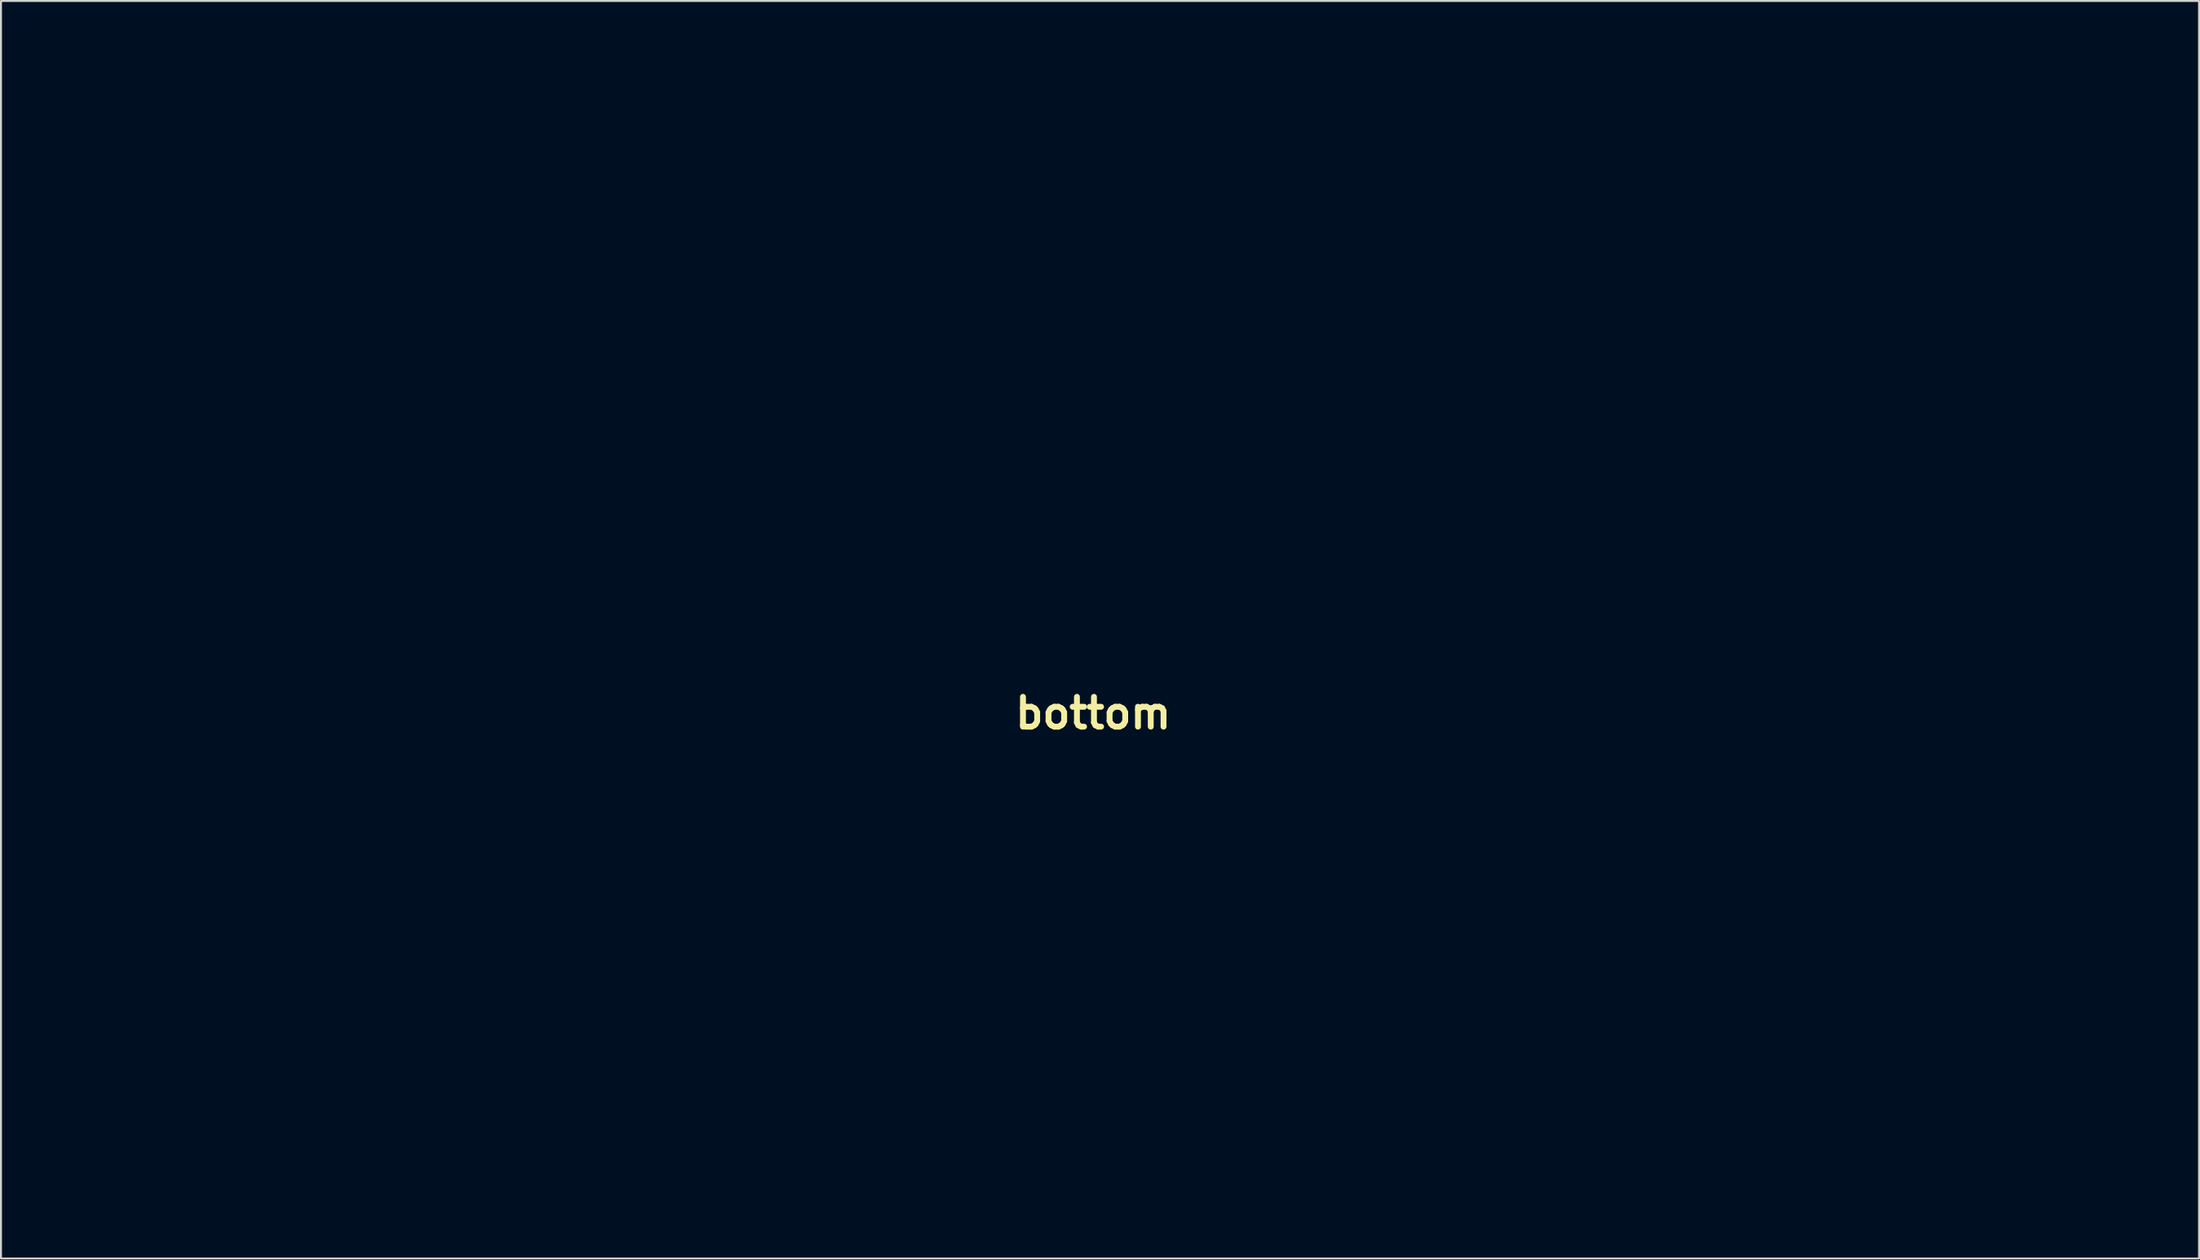
<source format=kicad_pcb>
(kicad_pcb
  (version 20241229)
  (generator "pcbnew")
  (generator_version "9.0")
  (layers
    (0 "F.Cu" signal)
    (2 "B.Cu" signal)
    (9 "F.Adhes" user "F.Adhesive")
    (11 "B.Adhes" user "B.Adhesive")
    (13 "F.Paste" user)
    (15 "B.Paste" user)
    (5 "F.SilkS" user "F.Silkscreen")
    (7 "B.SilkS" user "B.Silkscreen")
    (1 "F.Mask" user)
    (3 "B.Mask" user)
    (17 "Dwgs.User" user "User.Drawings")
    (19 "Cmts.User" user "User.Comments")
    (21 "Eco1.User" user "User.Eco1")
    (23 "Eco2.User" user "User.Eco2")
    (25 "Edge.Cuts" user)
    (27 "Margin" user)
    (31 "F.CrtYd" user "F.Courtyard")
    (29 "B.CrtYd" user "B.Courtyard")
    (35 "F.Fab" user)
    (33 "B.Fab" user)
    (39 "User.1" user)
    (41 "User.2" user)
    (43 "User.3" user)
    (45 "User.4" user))
  (footprint "bottom"
    (layer "F.Cu")
    (at 52.841 33.414)
    (property "Reference" "bottom" (at 0 0 0) (layer "F.SilkS") (effects (font (size 1.524 1.524) (thickness 0.3))))
    (attr through_hole)
    (fp_poly (pts (xy -19.037 19.368) (xy -19.063 19.394) (xy -19.088 19.368) (xy -19.063 19.343) (xy -19.037 19.368)) (stroke (width 0.01) (type solid)) (fill yes) (layer "F.Mask"))
    (fp_poly (pts (xy -18.935 19.266) (xy -18.961 19.292) (xy -18.986 19.266) (xy -18.961 19.241) (xy -18.935 19.266)) (stroke (width 0.01) (type solid)) (fill yes) (layer "F.Mask"))
    (fp_poly (pts (xy -18.376 19.826) (xy -18.401 19.852) (xy -18.426 19.826) (xy -18.401 19.801) (xy -18.376 19.826)) (stroke (width 0.01) (type solid)) (fill yes) (layer "F.Mask"))
    (fp_poly (pts (xy -17.968 19.877) (xy -17.994 19.903) (xy -18.019 19.877) (xy -17.994 19.852) (xy -17.968 19.877)) (stroke (width 0.01) (type solid)) (fill yes) (layer "F.Mask"))
    (fp_poly (pts (xy -16.798 20.488) (xy -16.823 20.513) (xy -16.848 20.488) (xy -16.823 20.463) (xy -16.798 20.488)) (stroke (width 0.01) (type solid)) (fill yes) (layer "F.Mask"))
    (fp_poly (pts (xy -22.261 18.749) (xy -22.268 18.779) (xy -22.295 18.783) (xy -22.337 18.764) (xy -22.329 18.749) (xy -22.269 18.743) (xy -22.261 18.749)) (stroke (width 0.01) (type solid)) (fill yes) (layer "F.Mask"))
    (fp_poly (pts (xy -20.938 19.716) (xy -20.945 19.746) (xy -20.972 19.75) (xy -21.013 19.731) (xy -21.005 19.716) (xy -20.945 19.71) (xy -20.938 19.716)) (stroke (width 0.01) (type solid)) (fill yes) (layer "F.Mask"))
    (fp_poly (pts (xy -18.494 19.818) (xy -18.501 19.848) (xy -18.528 19.852) (xy -18.57 19.833) (xy -18.562 19.818) (xy -18.502 19.812) (xy -18.494 19.818)) (stroke (width 0.01) (type solid)) (fill yes) (layer "F.Mask"))
    (fp_poly (pts (xy -17.374 20.887) (xy -17.381 20.917) (xy -17.408 20.921) (xy -17.45 20.902) (xy -17.442 20.887) (xy -17.382 20.881) (xy -17.374 20.887)) (stroke (width 0.01) (type solid)) (fill yes) (layer "F.Mask"))
    (fp_poly (pts (xy -21.663 19.744) (xy -21.669 19.801) (xy -21.703 19.889) (xy -21.729 19.888) (xy -21.735 19.829) (xy -21.707 19.745) (xy -21.689 19.727) (xy -21.663 19.744)) (stroke (width 0.01) (type solid)) (fill yes) (layer "F.Mask"))
    (fp_poly (pts (xy -21.152 19.68) (xy -21.081 19.721) (xy -21.093 19.747) (xy -21.121 19.75) (xy -21.19 19.713) (xy -21.2 19.7) (xy -21.192 19.671) (xy -21.152 19.68)) (stroke (width 0.01) (type solid)) (fill yes) (layer "F.Mask"))
    (fp_poly (pts (xy -17.994 23.212) (xy -18.049 23.254) (xy -18.107 23.261) (xy -18.121 23.242) (xy -18.081 23.209) (xy -18.042 23.192) (xy -17.99 23.188) (xy -17.994 23.212)) (stroke (width 0.01) (type solid)) (fill yes) (layer "F.Mask"))
    (fp_poly (pts (xy 21.075 -3.154) (xy 21.099 -3.054) (xy 21.071 -2.949) (xy 20.984 -2.911) (xy 20.877 -2.929) (xy 20.839 -2.974) (xy 20.827 -3.1) (xy 20.888 -3.182) (xy 20.984 -3.198) (xy 21.075 -3.154)) (stroke (width 0.01) (type solid)) (fill yes) (layer "F.Mask"))
    (fp_poly (pts (xy 31.001 6.416) (xy 31.025 6.515) (xy 30.997 6.62) (xy 30.91 6.659) (xy 30.803 6.64) (xy 30.764 6.595) (xy 30.753 6.469) (xy 30.814 6.387) (xy 30.91 6.372) (xy 31.001 6.416)) (stroke (width 0.01) (type solid)) (fill yes) (layer "F.Mask"))
    (fp_poly (pts (xy -17.663 22.924) (xy -17.701 22.963) (xy -17.792 23.03) (xy -17.796 23.032) (xy -17.877 23.077) (xy -17.898 23.07) (xy -17.895 23.064) (xy -17.841 23.01) (xy -17.759 22.954) (xy -17.687 22.92) (xy -17.663 22.924)) (stroke (width 0.01) (type solid)) (fill yes) (layer "F.Mask"))
    (fp_poly (pts (xy 8.228 12.854) (xy 8.267 12.967) (xy 8.23 13.061) (xy 8.145 13.118) (xy 8.038 13.12) (xy 7.937 13.052) (xy 7.898 12.954) (xy 7.924 12.887) (xy 8.023 12.8) (xy 8.14 12.791) (xy 8.228 12.854)) (stroke (width 0.01) (type solid)) (fill yes) (layer "F.Mask"))
    (fp_poly (pts (xy 35.243 -2.942) (xy 35.33 -2.895) (xy 35.351 -2.8) (xy 35.317 -2.692) (xy 35.235 -2.655) (xy 35.14 -2.703) (xy 35.129 -2.715) (xy 35.091 -2.818) (xy 35.129 -2.907) (xy 35.223 -2.944) (xy 35.243 -2.942)) (stroke (width 0.01) (type solid)) (fill yes) (layer "F.Mask"))
    (fp_poly (pts (xy 29.799 5.726) (xy 29.908 5.802) (xy 29.968 5.924) (xy 29.964 6.067) (xy 29.885 6.205) (xy 29.879 6.21) (xy 29.784 6.291) (xy 29.705 6.301) (xy 29.613 6.257) (xy 29.496 6.144) (xy 29.452 6.003) (xy 29.476 5.864) (xy 29.568 5.757) (xy 29.651 5.722) (xy 29.799 5.726)) (stroke (width 0.01) (type solid)) (fill yes) (layer "F.Mask"))
    (fp_poly (pts (xy 30.431 5.826) (xy 30.535 5.91) (xy 30.584 5.99) (xy 30.638 6.149) (xy 30.605 6.283) (xy 30.518 6.39) (xy 30.367 6.496) (xy 30.228 6.5) (xy 30.115 6.421) (xy 30.058 6.325) (xy 30.073 6.211) (xy 30.082 6.188) (xy 30.122 6.039) (xy 30.134 5.927) (xy 30.153 5.835) (xy 30.23 5.805) (xy 30.274 5.804) (xy 30.431 5.826)) (stroke (width 0.01) (type solid)) (fill yes) (layer "F.Mask"))
    (fp_poly (pts (xy -47.859 14.751) (xy -47.796 14.847) (xy -47.789 14.86) (xy -47.736 14.965) (xy -47.737 15.026) (xy -47.789 15.078) (xy -47.926 15.189) (xy -48.008 15.237) (xy -48.06 15.226) (xy -48.107 15.158) (xy -48.131 15.112) (xy -48.183 14.999) (xy -48.179 14.93) (xy -48.107 14.858) (xy -48.07 14.828) (xy -47.968 14.752) (xy -47.904 14.713) (xy -47.899 14.711) (xy -47.859 14.751)) (stroke (width 0.01) (type solid)) (fill yes) (layer "F.Mask"))
    (fp_poly (pts (xy -21.632 17.136) (xy -21.627 17.284) (xy -21.657 17.493) (xy -21.72 17.756) (xy -21.815 18.063) (xy -21.943 18.406) (xy -21.946 18.414) (xy -22.012 18.532) (xy -22.103 18.576) (xy -22.155 18.579) (xy -22.268 18.557) (xy -22.325 18.509) (xy -22.331 18.397) (xy -22.3 18.218) (xy -22.239 17.996) (xy -22.159 17.757) (xy -22.067 17.524) (xy -21.971 17.322) (xy -21.88 17.176) (xy -21.854 17.145) (xy -21.744 17.058) (xy -21.67 17.058) (xy -21.632 17.136)) (stroke (width 0.01) (type solid)) (fill yes) (layer "F.Mask"))
    (fp_poly (pts (xy -16.573 17.305) (xy -16.494 17.44) (xy -16.45 17.564) (xy -16.432 17.716) (xy -16.43 17.904) (xy -16.443 18.085) (xy -16.474 18.298) (xy -16.518 18.519) (xy -16.57 18.727) (xy -16.623 18.897) (xy -16.673 19.007) (xy -16.706 19.037) (xy -16.764 19.007) (xy -16.862 18.933) (xy -16.882 18.916) (xy -16.965 18.82) (xy -17.008 18.698) (xy -17.012 18.534) (xy -16.975 18.311) (xy -16.9 18.012) (xy -16.894 17.992) (xy -16.835 17.761) (xy -16.785 17.531) (xy -16.752 17.347) (xy -16.75 17.332) (xy -16.72 17.078) (xy -16.573 17.305)) (stroke (width 0.01) (type solid)) (fill yes) (layer "F.Mask"))
    (fp_poly (pts (xy -17.293 16.483) (xy -17.203 16.587) (xy -17.136 16.72) (xy -17.131 16.734) (xy -17.12 16.886) (xy -17.149 17.1) (xy -17.212 17.35) (xy -17.303 17.609) (xy -17.366 17.752) (xy -17.446 17.909) (xy -17.513 18.021) (xy -17.552 18.064) (xy -17.553 18.064) (xy -17.626 18.048) (xy -17.676 18.035) (xy -17.761 17.964) (xy -17.806 17.82) (xy -17.804 17.625) (xy -17.8 17.599) (xy -17.767 17.453) (xy -17.712 17.264) (xy -17.643 17.053) (xy -17.567 16.844) (xy -17.494 16.658) (xy -17.431 16.519) (xy -17.387 16.447) (xy -17.378 16.443) (xy -17.293 16.483)) (stroke (width 0.01) (type solid)) (fill yes) (layer "F.Mask"))
    (fp_poly (pts (xy -18.571 16.111) (xy -18.529 16.134) (xy -18.485 16.179) (xy -18.494 16.244) (xy -18.545 16.339) (xy -18.604 16.482) (xy -18.651 16.671) (xy -18.667 16.777) (xy -18.723 17.045) (xy -18.823 17.245) (xy -18.961 17.367) (xy -19.066 17.398) (xy -19.184 17.4) (xy -19.25 17.382) (xy -19.258 17.317) (xy -19.24 17.189) (xy -19.205 17.032) (xy -19.161 16.88) (xy -19.116 16.766) (xy -19.094 16.732) (xy -19.044 16.634) (xy -19.037 16.584) (xy -19.007 16.507) (xy -18.93 16.39) (xy -18.831 16.263) (xy -18.732 16.154) (xy -18.655 16.091) (xy -18.637 16.086) (xy -18.571 16.111)) (stroke (width 0.01) (type solid)) (fill yes) (layer "F.Mask"))
    (fp_poly (pts (xy 25.044 10.453) (xy 25.172 10.501) (xy 25.324 10.561) (xy 25.582 10.651) (xy 25.801 10.681) (xy 26.022 10.65) (xy 26.275 10.562) (xy 26.468 10.486) (xy 26.586 10.449) (xy 26.646 10.452) (xy 26.669 10.496) (xy 26.672 10.575) (xy 26.629 10.867) (xy 26.51 11.138) (xy 26.331 11.359) (xy 26.16 11.48) (xy 25.953 11.542) (xy 25.716 11.547) (xy 25.498 11.496) (xy 25.425 11.459) (xy 25.194 11.274) (xy 25.032 11.057) (xy 24.996 10.979) (xy 24.964 10.853) (xy 24.946 10.703) (xy 24.944 10.562) (xy 24.958 10.462) (xy 24.98 10.435) (xy 25.044 10.453)) (stroke (width 0.01) (type solid)) (fill yes) (layer "F.Mask"))
    (fp_poly (pts (xy 31.959 10.58) (xy 31.966 10.689) (xy 31.953 10.83) (xy 31.921 10.968) (xy 31.892 11.042) (xy 31.729 11.264) (xy 31.517 11.403) (xy 31.269 11.451) (xy 31.263 11.451) (xy 31.085 11.434) (xy 30.928 11.393) (xy 30.889 11.375) (xy 30.729 11.238) (xy 30.598 11.03) (xy 30.517 10.784) (xy 30.511 10.751) (xy 30.499 10.616) (xy 30.526 10.548) (xy 30.606 10.542) (xy 30.754 10.593) (xy 30.854 10.637) (xy 31.065 10.714) (xy 31.256 10.732) (xy 31.468 10.692) (xy 31.622 10.639) (xy 31.776 10.583) (xy 31.889 10.546) (xy 31.928 10.537) (xy 31.959 10.58)) (stroke (width 0.01) (type solid)) (fill yes) (layer "F.Mask"))
    (fp_poly (pts (xy 28.622 8.497) (xy 28.646 8.663) (xy 28.673 8.921) (xy 28.702 9.275) (xy 28.711 9.394) (xy 28.728 9.69) (xy 28.739 10.018) (xy 28.745 10.369) (xy 28.746 10.73) (xy 28.742 11.091) (xy 28.734 11.441) (xy 28.722 11.768) (xy 28.707 12.062) (xy 28.689 12.311) (xy 28.668 12.504) (xy 28.645 12.629) (xy 28.621 12.677) (xy 28.595 12.635) (xy 28.592 12.624) (xy 28.56 12.448) (xy 28.532 12.188) (xy 28.508 11.86) (xy 28.488 11.48) (xy 28.472 11.066) (xy 28.462 10.635) (xy 28.456 10.203) (xy 28.456 9.788) (xy 28.462 9.405) (xy 28.475 9.072) (xy 28.493 8.807) (xy 28.512 8.658) (xy 28.543 8.503) (xy 28.571 8.421) (xy 28.597 8.418) (xy 28.622 8.497)) (stroke (width 0.01) (type solid)) (fill yes) (layer "F.Mask"))
    (fp_poly (pts (xy 45.279 -21.612) (xy 45.24 -21.479) (xy 45.177 -21.283) (xy 45.095 -21.038) (xy 45 -20.76) (xy 44.897 -20.466) (xy 44.791 -20.172) (xy 44.689 -19.892) (xy 44.594 -19.643) (xy 44.516 -19.444) (xy 44.262 -18.855) (xy 44.015 -18.351) (xy 43.766 -17.917) (xy 43.505 -17.538) (xy 43.223 -17.198) (xy 43.009 -16.976) (xy 42.646 -16.619) (xy 42.925 -17.052) (xy 43.109 -17.347) (xy 43.29 -17.659) (xy 43.477 -18.004) (xy 43.676 -18.396) (xy 43.896 -18.849) (xy 44.144 -19.379) (xy 44.209 -19.521) (xy 44.379 -19.888) (xy 44.55 -20.249) (xy 44.716 -20.593) (xy 44.872 -20.907) (xy 45.01 -21.182) (xy 45.127 -21.406) (xy 45.216 -21.567) (xy 45.272 -21.654) (xy 45.287 -21.666) (xy 45.279 -21.612)) (stroke (width 0.01) (type solid)) (fill yes) (layer "F.Mask"))
    (fp_poly (pts (xy 11.397 -21.761) (xy 11.412 -21.356) (xy 11.435 -20.911) (xy 11.465 -20.449) (xy 11.499 -19.997) (xy 11.537 -19.578) (xy 11.575 -19.219) (xy 11.602 -19.01) (xy 11.698 -18.455) (xy 11.82 -17.934) (xy 11.977 -17.424) (xy 12.175 -16.902) (xy 12.424 -16.345) (xy 12.699 -15.792) (xy 12.825 -15.548) (xy 12.931 -15.339) (xy 13.01 -15.179) (xy 13.054 -15.086) (xy 13.061 -15.067) (xy 13.026 -15.104) (xy 12.943 -15.201) (xy 12.829 -15.341) (xy 12.794 -15.385) (xy 12.321 -16.007) (xy 11.932 -16.591) (xy 11.622 -17.147) (xy 11.385 -17.685) (xy 11.216 -18.215) (xy 11.195 -18.299) (xy 11.107 -18.795) (xy 11.065 -19.357) (xy 11.066 -19.958) (xy 11.111 -20.575) (xy 11.198 -21.182) (xy 11.295 -21.633) (xy 11.391 -22.015) (xy 11.397 -21.761)) (stroke (width 0.01) (type solid)) (fill yes) (layer "F.Mask"))
    (fp_poly (pts (xy -27.303 -24.113) (xy -27.302 -24.112) (xy -27.313 -24.062) (xy -27.352 -23.929) (xy -27.414 -23.727) (xy -27.495 -23.471) (xy -27.591 -23.174) (xy -27.638 -23.03) (xy -28.092 -21.583) (xy -28.508 -20.109) (xy -28.876 -18.645) (xy -29.137 -17.468) (xy -29.196 -17.191) (xy -29.249 -16.95) (xy -29.293 -16.762) (xy -29.323 -16.645) (xy -29.334 -16.614) (xy -29.388 -16.603) (xy -29.524 -16.585) (xy -29.722 -16.563) (xy -29.962 -16.539) (xy -30.223 -16.514) (xy -30.487 -16.49) (xy -30.733 -16.469) (xy -30.941 -16.453) (xy -31.091 -16.443) (xy -31.139 -16.442) (xy -31.234 -16.473) (xy -31.254 -16.53) (xy -31.244 -16.606) (xy -31.216 -16.765) (xy -31.174 -16.989) (xy -31.121 -17.262) (xy -31.059 -17.567) (xy -31.054 -17.592) (xy -30.619 -19.497) (xy -30.095 -21.411) (xy -29.548 -23.135) (xy -29.238 -24.051) (xy -28.278 -24.09) (xy -27.977 -24.101) (xy -27.713 -24.109) (xy -27.502 -24.114) (xy -27.36 -24.115) (xy -27.303 -24.113)) (stroke (width 0.01) (type solid)) (fill yes) (layer "F.Mask"))
    (fp_poly (pts (xy -48.012 15.716) (xy -48.006 15.788) (xy -48.022 15.917) (xy -48.062 16.117) (xy -48.127 16.4) (xy -48.153 16.509) (xy -48.23 16.847) (xy -48.279 17.095) (xy -48.301 17.266) (xy -48.296 17.366) (xy -48.266 17.407) (xy -48.253 17.408) (xy -48.182 17.387) (xy -48.053 17.331) (xy -47.948 17.28) (xy -47.788 17.209) (xy -47.707 17.197) (xy -47.695 17.217) (xy -47.734 17.291) (xy -47.81 17.355) (xy -48.112 17.543) (xy -48.342 17.673) (xy -48.508 17.747) (xy -48.619 17.767) (xy -48.683 17.736) (xy -48.711 17.657) (xy -48.713 17.609) (xy -48.701 17.5) (xy -48.667 17.318) (xy -48.618 17.088) (xy -48.558 16.838) (xy -48.486 16.542) (xy -48.443 16.332) (xy -48.431 16.199) (xy -48.451 16.131) (xy -48.502 16.118) (xy -48.587 16.149) (xy -48.608 16.16) (xy -48.734 16.22) (xy -48.795 16.231) (xy -48.814 16.194) (xy -48.814 16.174) (xy -48.773 16.123) (xy -48.666 16.039) (xy -48.519 15.938) (xy -48.355 15.837) (xy -48.199 15.751) (xy -48.089 15.7) (xy -48.04 15.691) (xy -48.012 15.716)) (stroke (width 0.01) (type solid)) (fill yes) (layer "F.Mask"))
    (fp_poly (pts (xy -40.063 15.72) (xy -40.031 15.735) (xy -39.871 15.861) (xy -39.787 16.052) (xy -39.778 16.307) (xy -39.846 16.629) (xy -39.915 16.832) (xy -40.058 17.126) (xy -40.254 17.359) (xy -40.523 17.554) (xy -40.612 17.604) (xy -40.902 17.729) (xy -41.141 17.767) (xy -41.328 17.719) (xy -41.436 17.625) (xy -41.496 17.534) (xy -41.525 17.435) (xy -41.531 17.293) (xy -41.522 17.138) (xy -41.503 17.035) (xy -41.15 17.035) (xy -41.147 17.222) (xy -41.129 17.339) (xy -41.086 17.415) (xy -41.034 17.464) (xy -40.892 17.545) (xy -40.755 17.542) (xy -40.608 17.45) (xy -40.516 17.362) (xy -40.322 17.087) (xy -40.2 16.756) (xy -40.162 16.418) (xy -40.189 16.174) (xy -40.27 16.013) (xy -40.402 15.938) (xy -40.463 15.932) (xy -40.643 15.98) (xy -40.811 16.113) (xy -40.956 16.313) (xy -41.067 16.562) (xy -41.135 16.845) (xy -41.15 17.035) (xy -41.503 17.035) (xy -41.447 16.744) (xy -41.285 16.395) (xy -41.045 16.102) (xy -40.735 15.875) (xy -40.437 15.747) (xy -40.273 15.701) (xy -40.162 15.692) (xy -40.063 15.72)) (stroke (width 0.01) (type solid)) (fill yes) (layer "F.Mask"))
    (fp_poly (pts (xy -30.17 15.718) (xy -30.087 15.752) (xy -29.969 15.842) (xy -29.902 15.972) (xy -29.882 16.164) (xy -29.895 16.373) (xy -29.96 16.686) (xy -30.08 16.986) (xy -30.241 17.245) (xy -30.428 17.433) (xy -30.446 17.446) (xy -30.772 17.641) (xy -31.051 17.75) (xy -31.281 17.771) (xy -31.461 17.704) (xy -31.507 17.664) (xy -31.605 17.526) (xy -31.646 17.351) (xy -31.634 17.118) (xy -31.612 16.993) (xy -31.253 16.993) (xy -31.246 17.221) (xy -31.187 17.399) (xy -31.15 17.45) (xy -31.031 17.54) (xy -30.902 17.549) (xy -30.738 17.478) (xy -30.712 17.463) (xy -30.565 17.327) (xy -30.439 17.128) (xy -30.343 16.888) (xy -30.28 16.635) (xy -30.259 16.391) (xy -30.285 16.183) (xy -30.358 16.04) (xy -30.495 15.948) (xy -30.653 15.954) (xy -30.833 16.059) (xy -30.868 16.088) (xy -31.016 16.264) (xy -31.133 16.489) (xy -31.214 16.741) (xy -31.253 16.993) (xy -31.612 16.993) (xy -31.611 16.987) (xy -31.504 16.611) (xy -31.339 16.308) (xy -31.103 16.063) (xy -30.805 15.868) (xy -30.549 15.749) (xy -30.343 15.7) (xy -30.17 15.718)) (stroke (width 0.01) (type solid)) (fill yes) (layer "F.Mask"))
    (fp_poly (pts (xy -31.693 -3.801) (xy -31.992 -2.881) (xy -32.289 -1.9) (xy -32.577 -0.889) (xy -32.846 0.124) (xy -33.09 1.109) (xy -33.3 2.038) (xy -33.342 2.24) (xy -33.399 2.509) (xy -33.449 2.741) (xy -33.489 2.919) (xy -33.514 3.024) (xy -33.521 3.046) (xy -33.575 3.057) (xy -33.71 3.073) (xy -33.907 3.094) (xy -34.145 3.117) (xy -34.405 3.141) (xy -34.666 3.163) (xy -34.909 3.182) (xy -35.113 3.196) (xy -35.259 3.204) (xy -35.291 3.205) (xy -35.417 3.198) (xy -35.464 3.168) (xy -35.46 3.118) (xy -35.442 3.039) (xy -35.409 2.88) (xy -35.363 2.659) (xy -35.311 2.395) (xy -35.275 2.214) (xy -35.088 1.327) (xy -34.869 0.39) (xy -34.627 -0.556) (xy -34.392 -1.4) (xy -34.294 -1.732) (xy -34.184 -2.091) (xy -34.067 -2.465) (xy -33.948 -2.839) (xy -33.83 -3.2) (xy -33.719 -3.536) (xy -33.617 -3.834) (xy -33.531 -4.079) (xy -33.463 -4.259) (xy -33.419 -4.361) (xy -33.408 -4.378) (xy -33.346 -4.391) (xy -33.199 -4.406) (xy -32.984 -4.42) (xy -32.717 -4.433) (xy -32.417 -4.444) (xy -31.467 -4.472) (xy -31.693 -3.801)) (stroke (width 0.01) (type solid)) (fill yes) (layer "F.Mask"))
    (fp_poly (pts (xy -41.107 14.385) (xy -41.057 14.416) (xy -41.071 14.465) (xy -41.136 14.541) (xy -41.253 14.629) (xy -41.378 14.635) (xy -41.385 14.634) (xy -41.523 14.634) (xy -41.638 14.706) (xy -41.739 14.859) (xy -41.834 15.101) (xy -41.866 15.207) (xy -41.922 15.408) (xy -41.987 15.661) (xy -42.058 15.946) (xy -42.13 16.244) (xy -42.199 16.537) (xy -42.259 16.805) (xy -42.308 17.03) (xy -42.34 17.193) (xy -42.35 17.273) (xy -42.317 17.366) (xy -42.218 17.383) (xy -42.057 17.325) (xy -41.943 17.261) (xy -41.784 17.165) (xy -41.692 17.117) (xy -41.649 17.11) (xy -41.638 17.139) (xy -41.638 17.145) (xy -41.678 17.198) (xy -41.784 17.288) (xy -41.934 17.4) (xy -42.105 17.518) (xy -42.276 17.627) (xy -42.424 17.713) (xy -42.527 17.76) (xy -42.551 17.765) (xy -42.657 17.718) (xy -42.707 17.637) (xy -42.714 17.536) (xy -42.695 17.356) (xy -42.656 17.111) (xy -42.599 16.821) (xy -42.529 16.501) (xy -42.451 16.168) (xy -42.368 15.84) (xy -42.284 15.533) (xy -42.203 15.265) (xy -42.13 15.052) (xy -42.068 14.912) (xy -42.047 14.88) (xy -41.861 14.684) (xy -41.65 14.525) (xy -41.436 14.417) (xy -41.24 14.369) (xy -41.107 14.385)) (stroke (width 0.01) (type solid)) (fill yes) (layer "F.Mask"))
    (fp_poly (pts (xy -36.123 15.741) (xy -36.031 15.851) (xy -36 16.006) (xy -36.041 16.188) (xy -36.084 16.27) (xy -36.168 16.37) (xy -36.313 16.504) (xy -36.493 16.652) (xy -36.594 16.728) (xy -36.815 16.898) (xy -36.951 17.037) (xy -37.01 17.158) (xy -36.998 17.274) (xy -36.921 17.4) (xy -36.913 17.41) (xy -36.786 17.492) (xy -36.614 17.485) (xy -36.395 17.386) (xy -36.204 17.256) (xy -36.047 17.15) (xy -35.958 17.116) (xy -35.941 17.147) (xy -36 17.236) (xy -36.138 17.375) (xy -36.395 17.572) (xy -36.651 17.702) (xy -36.891 17.763) (xy -37.099 17.751) (xy -37.262 17.661) (xy -37.266 17.657) (xy -37.321 17.59) (xy -37.351 17.51) (xy -37.36 17.389) (xy -37.354 17.198) (xy -37.352 17.157) (xy -37.296 16.79) (xy -36.968 16.79) (xy -36.962 16.798) (xy -36.902 16.77) (xy -36.792 16.699) (xy -36.716 16.645) (xy -36.517 16.469) (xy -36.39 16.292) (xy -36.34 16.127) (xy -36.372 15.988) (xy -36.422 15.931) (xy -36.488 15.899) (xy -36.564 15.931) (xy -36.63 15.988) (xy -36.731 16.094) (xy -36.799 16.183) (xy -36.801 16.187) (xy -36.847 16.294) (xy -36.894 16.438) (xy -36.936 16.589) (xy -36.963 16.716) (xy -36.968 16.79) (xy -37.296 16.79) (xy -37.286 16.728) (xy -37.144 16.361) (xy -36.929 16.059) (xy -36.643 15.829) (xy -36.441 15.727) (xy -36.263 15.693) (xy -36.123 15.741)) (stroke (width 0.01) (type solid)) (fill yes) (layer "F.Mask"))
    (fp_poly (pts (xy -28.084 21.214) (xy -28.002 21.271) (xy -27.904 21.42) (xy -27.895 21.587) (xy -27.976 21.775) (xy -28.15 21.988) (xy -28.417 22.229) (xy -28.582 22.359) (xy -28.805 22.532) (xy -28.952 22.668) (xy -29.033 22.78) (xy -29.057 22.886) (xy -29.035 23.002) (xy -29.013 23.062) (xy -28.912 23.203) (xy -28.763 23.255) (xy -28.566 23.219) (xy -28.319 23.094) (xy -28.149 22.978) (xy -27.976 22.863) (xy -27.874 22.819) (xy -27.847 22.841) (xy -27.897 22.924) (xy -28.028 23.063) (xy -28.068 23.1) (xy -28.341 23.316) (xy -28.613 23.468) (xy -28.871 23.55) (xy -29.1 23.559) (xy -29.288 23.491) (xy -29.347 23.443) (xy -29.418 23.357) (xy -29.456 23.257) (xy -29.47 23.108) (xy -29.472 22.989) (xy -29.433 22.57) (xy -29.391 22.425) (xy -29.032 22.425) (xy -29.019 22.448) (xy -28.957 22.42) (xy -28.846 22.349) (xy -28.78 22.302) (xy -28.551 22.114) (xy -28.406 21.944) (xy -28.332 21.777) (xy -28.323 21.73) (xy -28.325 21.557) (xy -28.383 21.457) (xy -28.479 21.433) (xy -28.598 21.485) (xy -28.724 21.614) (xy -28.779 21.697) (xy -28.853 21.844) (xy -28.923 22.015) (xy -28.982 22.186) (xy -29.021 22.33) (xy -29.032 22.425) (xy -29.391 22.425) (xy -29.319 22.176) (xy -29.141 21.827) (xy -28.907 21.541) (xy -28.747 21.411) (xy -28.479 21.255) (xy -28.258 21.189) (xy -28.084 21.214)) (stroke (width 0.01) (type solid)) (fill yes) (layer "F.Mask"))
    (fp_poly (pts (xy -25.822 21.212) (xy -25.788 21.311) (xy -25.811 21.433) (xy -25.854 21.569) (xy -25.886 21.668) (xy -25.888 21.675) (xy -25.92 21.712) (xy -25.993 21.681) (xy -26.022 21.662) (xy -26.156 21.595) (xy -26.297 21.595) (xy -26.478 21.661) (xy -26.492 21.668) (xy -26.561 21.702) (xy -26.615 21.741) (xy -26.661 21.797) (xy -26.704 21.886) (xy -26.75 22.021) (xy -26.806 22.218) (xy -26.877 22.489) (xy -26.931 22.702) (xy -26.995 22.944) (xy -27.052 23.149) (xy -27.097 23.298) (xy -27.123 23.371) (xy -27.125 23.374) (xy -27.188 23.414) (xy -27.308 23.472) (xy -27.354 23.492) (xy -27.477 23.541) (xy -27.529 23.547) (xy -27.533 23.51) (xy -27.526 23.482) (xy -27.429 23.131) (xy -27.338 22.788) (xy -27.257 22.468) (xy -27.189 22.186) (xy -27.138 21.956) (xy -27.106 21.792) (xy -27.099 21.709) (xy -27.1 21.705) (xy -27.172 21.641) (xy -27.308 21.655) (xy -27.443 21.713) (xy -27.546 21.762) (xy -27.584 21.76) (xy -27.581 21.705) (xy -27.58 21.704) (xy -27.53 21.643) (xy -27.411 21.553) (xy -27.248 21.45) (xy -27.064 21.348) (xy -26.884 21.26) (xy -26.732 21.201) (xy -26.729 21.2) (xy -26.653 21.184) (xy -26.623 21.211) (xy -26.626 21.306) (xy -26.635 21.376) (xy -26.664 21.588) (xy -26.503 21.465) (xy -26.267 21.305) (xy -26.069 21.21) (xy -25.918 21.178) (xy -25.822 21.212)) (stroke (width 0.01) (type solid)) (fill yes) (layer "F.Mask"))
    (fp_poly (pts (xy -43.391 19.709) (xy -43.155 19.724) (xy -43.266 19.866) (xy -43.361 19.962) (xy -43.46 19.987) (xy -43.546 19.976) (xy -43.658 19.962) (xy -43.752 19.975) (xy -43.834 20.023) (xy -43.909 20.116) (xy -43.982 20.265) (xy -44.057 20.478) (xy -44.141 20.765) (xy -44.238 21.136) (xy -44.306 21.404) (xy -44.417 21.859) (xy -44.505 22.225) (xy -44.57 22.513) (xy -44.613 22.732) (xy -44.637 22.892) (xy -44.643 23.004) (xy -44.633 23.076) (xy -44.608 23.12) (xy -44.589 23.136) (xy -44.522 23.128) (xy -44.394 23.078) (xy -44.231 22.997) (xy -44.207 22.983) (xy -44.034 22.898) (xy -43.919 22.862) (xy -43.87 22.872) (xy -43.896 22.924) (xy -44.006 23.016) (xy -44.043 23.042) (xy -44.172 23.129) (xy -44.345 23.248) (xy -44.508 23.36) (xy -44.715 23.492) (xy -44.864 23.554) (xy -44.968 23.55) (xy -45.039 23.482) (xy -45.046 23.469) (xy -45.072 23.415) (xy -45.087 23.355) (xy -45.09 23.276) (xy -45.08 23.166) (xy -45.054 23.01) (xy -45.01 22.797) (xy -44.947 22.512) (xy -44.863 22.143) (xy -44.85 22.083) (xy -44.746 21.635) (xy -44.661 21.274) (xy -44.59 20.988) (xy -44.529 20.766) (xy -44.474 20.595) (xy -44.421 20.465) (xy -44.366 20.362) (xy -44.306 20.275) (xy -44.235 20.192) (xy -44.195 20.148) (xy -43.977 19.933) (xy -43.789 19.796) (xy -43.611 19.724) (xy -43.424 19.707) (xy -43.391 19.709)) (stroke (width 0.01) (type solid)) (fill yes) (layer "F.Mask"))
    (fp_poly (pts (xy -45.821 20.254) (xy -45.6 20.41) (xy -45.438 20.645) (xy -45.34 20.956) (xy -45.316 21.141) (xy -45.326 21.627) (xy -45.429 22.081) (xy -45.62 22.495) (xy -45.895 22.859) (xy -46.248 23.164) (xy -46.562 23.35) (xy -46.786 23.452) (xy -46.973 23.511) (xy -47.174 23.541) (xy -47.328 23.55) (xy -47.535 23.552) (xy -47.718 23.54) (xy -47.839 23.517) (xy -47.848 23.514) (xy -48.078 23.364) (xy -48.248 23.139) (xy -48.357 22.851) (xy -48.4 22.508) (xy -48.387 22.317) (xy -47.932 22.317) (xy -47.89 22.658) (xy -47.788 22.94) (xy -47.63 23.154) (xy -47.423 23.295) (xy -47.171 23.355) (xy -46.881 23.327) (xy -46.834 23.314) (xy -46.531 23.175) (xy -46.271 22.948) (xy -46.059 22.635) (xy -45.899 22.243) (xy -45.857 22.093) (xy -45.793 21.797) (xy -45.769 21.546) (xy -45.776 21.321) (xy -45.82 21.026) (xy -45.902 20.803) (xy -46.035 20.623) (xy -46.119 20.545) (xy -46.239 20.462) (xy -46.371 20.422) (xy -46.558 20.412) (xy -46.563 20.412) (xy -46.899 20.459) (xy -47.198 20.597) (xy -47.453 20.82) (xy -47.66 21.122) (xy -47.814 21.498) (xy -47.908 21.924) (xy -47.932 22.317) (xy -48.387 22.317) (xy -48.374 22.121) (xy -48.331 21.902) (xy -48.182 21.441) (xy -47.967 21.056) (xy -47.683 20.742) (xy -47.325 20.494) (xy -47.22 20.44) (xy -46.801 20.269) (xy -46.425 20.182) (xy -46.097 20.178) (xy -45.821 20.254)) (stroke (width 0.01) (type solid)) (fill yes) (layer "F.Mask"))
    (fp_poly (pts (xy -47.463 -30.682) (xy -47.462 -30.681) (xy -47.468 -30.627) (xy -47.501 -30.496) (xy -47.555 -30.306) (xy -47.625 -30.077) (xy -47.633 -30.053) (xy -47.826 -29.447) (xy -48.409 -29.409) (xy -48.693 -29.392) (xy -49.035 -29.371) (xy -49.393 -29.351) (xy -49.725 -29.333) (xy -49.731 -29.332) (xy -50.469 -29.293) (xy -50.049 -29.149) (xy -49.861 -29.079) (xy -49.716 -29.014) (xy -49.637 -28.964) (xy -49.629 -28.951) (xy -49.644 -28.884) (xy -49.685 -28.74) (xy -49.746 -28.541) (xy -49.821 -28.306) (xy -49.829 -28.28) (xy -50.076 -27.49) (xy -50.319 -26.643) (xy -50.548 -25.785) (xy -50.697 -25.184) (xy -50.913 -24.28) (xy -52.517 -24.28) (xy -52.4 -24.853) (xy -52.038 -26.418) (xy -51.593 -27.971) (xy -51.388 -28.599) (xy -51.16 -29.279) (xy -51.998 -29.242) (xy -52.277 -29.232) (xy -52.517 -29.227) (xy -52.7 -29.228) (xy -52.811 -29.235) (xy -52.836 -29.243) (xy -52.822 -29.299) (xy -52.785 -29.429) (xy -52.732 -29.609) (xy -52.669 -29.816) (xy -52.604 -30.028) (xy -52.544 -30.222) (xy -52.496 -30.374) (xy -52.466 -30.461) (xy -52.461 -30.473) (xy -52.409 -30.478) (xy -52.267 -30.487) (xy -52.048 -30.499) (xy -51.762 -30.513) (xy -51.422 -30.529) (xy -51.04 -30.546) (xy -50.628 -30.564) (xy -50.198 -30.582) (xy -49.761 -30.601) (xy -49.329 -30.618) (xy -48.915 -30.635) (xy -48.53 -30.649) (xy -48.187 -30.662) (xy -47.896 -30.672) (xy -47.671 -30.679) (xy -47.522 -30.682) (xy -47.463 -30.682)) (stroke (width 0.01) (type solid)) (fill yes) (layer "F.Mask"))
    (fp_poly (pts (xy -37.522 15.647) (xy -37.473 15.764) (xy -37.469 15.935) (xy -37.51 16.151) (xy -37.595 16.399) (xy -37.723 16.668) (xy -37.891 16.947) (xy -37.902 16.963) (xy -38.154 17.282) (xy -38.419 17.527) (xy -38.687 17.689) (xy -38.948 17.762) (xy -39.012 17.765) (xy -39.159 17.742) (xy -39.244 17.665) (xy -39.25 17.655) (xy -39.293 17.479) (xy -39.277 17.251) (xy -39.209 16.995) (xy -39.096 16.736) (xy -38.946 16.497) (xy -38.869 16.403) (xy -38.767 16.285) (xy -38.7 16.197) (xy -38.685 16.168) (xy -38.73 16.143) (xy -38.839 16.136) (xy -38.979 16.146) (xy -39.115 16.17) (xy -39.17 16.187) (xy -39.3 16.29) (xy -39.385 16.443) (xy -39.448 16.575) (xy -39.493 16.618) (xy -39.516 16.583) (xy -39.511 16.484) (xy -39.475 16.331) (xy -39.452 16.261) (xy -39.391 16.098) (xy -39.338 15.976) (xy -39.309 15.928) (xy -39.245 15.91) (xy -39.103 15.893) (xy -38.907 15.878) (xy -38.778 15.872) (xy -38.285 15.852) (xy -38.386 15.981) (xy -38.612 16.302) (xy -38.781 16.611) (xy -38.891 16.897) (xy -38.937 17.146) (xy -38.915 17.347) (xy -38.871 17.432) (xy -38.769 17.498) (xy -38.628 17.476) (xy -38.459 17.368) (xy -38.351 17.268) (xy -38.156 17.021) (xy -38 16.733) (xy -37.892 16.43) (xy -37.841 16.139) (xy -37.857 15.885) (xy -37.863 15.86) (xy -37.888 15.741) (xy -37.863 15.676) (xy -37.77 15.627) (xy -37.764 15.625) (xy -37.619 15.597) (xy -37.522 15.647)) (stroke (width 0.01) (type solid)) (fill yes) (layer "F.Mask"))
    (fp_poly (pts (xy -23.984 -4.651) (xy -24.005 -4.608) (xy -24.074 -4.495) (xy -24.182 -4.326) (xy -24.319 -4.116) (xy -24.421 -3.963) (xy -24.703 -3.53) (xy -25.015 -3.035) (xy -25.348 -2.491) (xy -25.695 -1.911) (xy -26.048 -1.309) (xy -26.401 -0.698) (xy -26.746 -0.09) (xy -27.075 0.502) (xy -27.381 1.063) (xy -27.656 1.582) (xy -27.893 2.045) (xy -28.085 2.44) (xy -28.128 2.535) (xy -28.3 2.912) (xy -28.594 2.878) (xy -28.743 2.871) (xy -28.971 2.872) (xy -29.251 2.88) (xy -29.56 2.893) (xy -29.875 2.911) (xy -30.17 2.933) (xy -30.422 2.956) (xy -30.606 2.979) (xy -30.63 2.984) (xy -30.796 3.015) (xy -30.796 1.693) (xy -30.764 -0.113) (xy -30.67 -1.994) (xy -30.533 -3.729) (xy -30.474 -4.378) (xy -30.164 -4.382) (xy -29.986 -4.387) (xy -29.741 -4.396) (xy -29.463 -4.409) (xy -29.226 -4.421) (xy -28.598 -4.454) (xy -28.63 -4.199) (xy -28.722 -3.326) (xy -28.789 -2.393) (xy -28.833 -1.384) (xy -28.845 -0.916) (xy -28.851 -0.546) (xy -28.855 -0.213) (xy -28.855 0.071) (xy -28.853 0.293) (xy -28.849 0.441) (xy -28.841 0.501) (xy -28.839 0.502) (xy -28.808 0.449) (xy -28.737 0.318) (xy -28.635 0.123) (xy -28.508 -0.123) (xy -28.364 -0.408) (xy -28.283 -0.567) (xy -27.787 -1.521) (xy -27.276 -2.449) (xy -26.763 -3.323) (xy -26.407 -3.894) (xy -25.985 -4.556) (xy -24.993 -4.607) (xy -24.686 -4.623) (xy -24.417 -4.636) (xy -24.199 -4.645) (xy -24.051 -4.65) (xy -23.986 -4.651) (xy -23.984 -4.651)) (stroke (width 0.01) (type solid)) (fill yes) (layer "F.Mask"))
    (fp_poly (pts (xy -46.569 15.315) (xy -46.585 15.433) (xy -46.626 15.601) (xy -46.63 15.614) (xy -46.679 15.79) (xy -46.714 15.926) (xy -46.728 15.995) (xy -46.728 15.996) (xy -46.682 16.016) (xy -46.561 16.03) (xy -46.413 16.034) (xy -46.244 16.036) (xy -46.162 16.046) (xy -46.152 16.069) (xy -46.196 16.109) (xy -46.307 16.155) (xy -46.467 16.182) (xy -46.531 16.185) (xy -46.766 16.187) (xy -46.874 16.618) (xy -46.939 16.893) (xy -46.972 17.09) (xy -46.975 17.223) (xy -46.947 17.311) (xy -46.907 17.357) (xy -46.844 17.385) (xy -46.755 17.37) (xy -46.612 17.305) (xy -46.577 17.287) (xy -46.415 17.204) (xy -46.322 17.164) (xy -46.28 17.163) (xy -46.27 17.194) (xy -46.27 17.201) (xy -46.311 17.256) (xy -46.419 17.344) (xy -46.571 17.45) (xy -46.743 17.56) (xy -46.913 17.658) (xy -47.057 17.731) (xy -47.153 17.764) (xy -47.161 17.765) (xy -47.258 17.735) (xy -47.323 17.632) (xy -47.334 17.599) (xy -47.355 17.503) (xy -47.355 17.382) (xy -47.332 17.215) (xy -47.285 16.98) (xy -47.262 16.875) (xy -47.211 16.645) (xy -47.17 16.448) (xy -47.143 16.308) (xy -47.135 16.251) (xy -47.182 16.205) (xy -47.311 16.187) (xy -47.319 16.187) (xy -47.436 16.181) (xy -47.468 16.157) (xy -47.44 16.11) (xy -47.347 16.056) (xy -47.215 16.034) (xy -47.125 16.029) (xy -47.07 15.996) (xy -47.033 15.914) (xy -46.997 15.759) (xy -46.991 15.729) (xy -46.946 15.548) (xy -46.893 15.438) (xy -46.817 15.369) (xy -46.779 15.347) (xy -46.662 15.294) (xy -46.583 15.271) (xy -46.581 15.271) (xy -46.569 15.315)) (stroke (width 0.01) (type solid)) (fill yes) (layer "F.Mask"))
    (fp_poly (pts (xy 21.22 -4.351) (xy 21.632 -4.265) (xy 22.011 -4.099) (xy 22.365 -3.85) (xy 22.704 -3.511) (xy 23.037 -3.077) (xy 23.117 -2.958) (xy 23.261 -2.726) (xy 23.34 -2.55) (xy 23.354 -2.408) (xy 23.3 -2.277) (xy 23.178 -2.134) (xy 23.079 -2.04) (xy 22.863 -1.855) (xy 22.653 -1.705) (xy 22.423 -1.575) (xy 22.142 -1.449) (xy 21.896 -1.352) (xy 21.672 -1.267) (xy 21.526 -1.212) (xy 21.439 -1.185) (xy 21.394 -1.179) (xy 21.373 -1.19) (xy 21.357 -1.215) (xy 21.295 -1.246) (xy 21.166 -1.278) (xy 21.07 -1.294) (xy 20.649 -1.39) (xy 20.291 -1.56) (xy 19.995 -1.805) (xy 19.76 -2.129) (xy 19.583 -2.534) (xy 19.485 -2.929) (xy 20.014 -2.929) (xy 20.032 -2.69) (xy 20.076 -2.537) (xy 20.251 -2.279) (xy 20.499 -2.067) (xy 20.777 -1.929) (xy 21.115 -1.849) (xy 21.432 -1.854) (xy 21.71 -1.926) (xy 21.949 -2.037) (xy 22.235 -2.217) (xy 22.55 -2.451) (xy 22.645 -2.529) (xy 22.779 -2.64) (xy 22.654 -2.878) (xy 22.464 -3.173) (xy 22.225 -3.441) (xy 21.966 -3.654) (xy 21.819 -3.74) (xy 21.528 -3.845) (xy 21.156 -3.917) (xy 21.096 -3.924) (xy 20.795 -3.958) (xy 20.579 -3.977) (xy 20.431 -3.981) (xy 20.334 -3.969) (xy 20.271 -3.94) (xy 20.228 -3.895) (xy 20.227 -3.894) (xy 20.138 -3.716) (xy 20.07 -3.474) (xy 20.028 -3.201) (xy 20.014 -2.929) (xy 19.485 -2.929) (xy 19.462 -3.021) (xy 19.414 -3.371) (xy 19.402 -3.587) (xy 19.425 -3.748) (xy 19.498 -3.875) (xy 19.634 -3.99) (xy 19.847 -4.115) (xy 19.909 -4.148) (xy 20.096 -4.242) (xy 20.249 -4.302) (xy 20.403 -4.337) (xy 20.596 -4.356) (xy 20.766 -4.365) (xy 21.22 -4.351)) (stroke (width 0.01) (type solid)) (fill yes) (layer "F.Mask"))
    (fp_poly (pts (xy -15.742 -14.588) (xy -15.753 -14.538) (xy -15.792 -14.409) (xy -15.852 -14.217) (xy -15.93 -13.98) (xy -15.975 -13.842) (xy -16.221 -13.107) (xy -16.496 -13.074) (xy -16.673 -13.058) (xy -16.91 -13.044) (xy -17.169 -13.034) (xy -17.281 -13.031) (xy -17.532 -13.024) (xy -17.776 -13.011) (xy -17.974 -12.996) (xy -18.04 -12.988) (xy -18.289 -12.955) (xy -18.485 -12.293) (xy -18.631 -11.791) (xy -18.79 -11.23) (xy -18.956 -10.632) (xy -19.122 -10.023) (xy -19.281 -9.424) (xy -19.428 -8.859) (xy -19.556 -8.353) (xy -19.627 -8.062) (xy -19.873 -7.039) (xy -20.613 -6.978) (xy -20.9 -6.954) (xy -21.172 -6.929) (xy -21.403 -6.908) (xy -21.566 -6.891) (xy -21.595 -6.888) (xy -21.735 -6.878) (xy -21.823 -6.885) (xy -21.837 -6.896) (xy -21.826 -6.955) (xy -21.797 -7.098) (xy -21.753 -7.307) (xy -21.697 -7.568) (xy -21.632 -7.862) (xy -21.632 -7.863) (xy -21.494 -8.463) (xy -21.331 -9.13) (xy -21.151 -9.834) (xy -20.961 -10.543) (xy -20.77 -11.228) (xy -20.585 -11.859) (xy -20.55 -11.974) (xy -20.275 -12.877) (xy -21.043 -12.85) (xy -21.332 -12.839) (xy -21.603 -12.827) (xy -21.831 -12.815) (xy -21.991 -12.804) (xy -22.028 -12.801) (xy -22.159 -12.795) (xy -22.236 -12.807) (xy -22.244 -12.817) (xy -22.229 -12.876) (xy -22.186 -13.014) (xy -22.123 -13.214) (xy -22.043 -13.456) (xy -21.998 -13.592) (xy -21.752 -14.329) (xy -21.502 -14.344) (xy -21.351 -14.352) (xy -21.121 -14.363) (xy -20.824 -14.377) (xy -20.471 -14.393) (xy -20.072 -14.411) (xy -19.638 -14.43) (xy -19.182 -14.45) (xy -18.713 -14.47) (xy -18.242 -14.49) (xy -17.781 -14.51) (xy -17.341 -14.528) (xy -16.933 -14.545) (xy -16.567 -14.559) (xy -16.254 -14.571) (xy -16.007 -14.581) (xy -15.835 -14.586) (xy -15.749 -14.588) (xy -15.742 -14.588)) (stroke (width 0.01) (type solid)) (fill yes) (layer "F.Mask"))
    (fp_poly (pts (xy 35.458 -4.439) (xy 35.59 -4.396) (xy 35.784 -4.316) (xy 36.013 -4.213) (xy 36.305 -4.076) (xy 36.514 -3.965) (xy 36.654 -3.863) (xy 36.735 -3.757) (xy 36.769 -3.633) (xy 36.768 -3.475) (xy 36.749 -3.309) (xy 36.683 -2.938) (xy 36.586 -2.571) (xy 36.467 -2.23) (xy 36.334 -1.94) (xy 36.196 -1.724) (xy 36.176 -1.701) (xy 35.921 -1.462) (xy 35.639 -1.303) (xy 35.306 -1.214) (xy 35.02 -1.189) (xy 34.804 -1.187) (xy 34.614 -1.195) (xy 34.482 -1.211) (xy 34.461 -1.216) (xy 34.359 -1.256) (xy 34.194 -1.328) (xy 33.993 -1.418) (xy 33.893 -1.464) (xy 33.545 -1.65) (xy 33.255 -1.856) (xy 33.033 -2.072) (xy 32.888 -2.287) (xy 32.885 -2.3) (xy 33.39 -2.3) (xy 33.531 -2.192) (xy 33.839 -1.962) (xy 34.094 -1.784) (xy 34.286 -1.666) (xy 34.312 -1.652) (xy 34.605 -1.551) (xy 34.939 -1.519) (xy 35.278 -1.555) (xy 35.589 -1.659) (xy 35.613 -1.671) (xy 35.88 -1.855) (xy 36.064 -2.091) (xy 36.166 -2.383) (xy 36.187 -2.733) (xy 36.126 -3.144) (xy 36.12 -3.17) (xy 36.051 -3.408) (xy 35.967 -3.558) (xy 35.854 -3.635) (xy 35.696 -3.652) (xy 35.606 -3.644) (xy 35.423 -3.621) (xy 35.19 -3.592) (xy 34.96 -3.564) (xy 34.735 -3.526) (xy 34.518 -3.47) (xy 34.356 -3.409) (xy 34.353 -3.408) (xy 34.124 -3.255) (xy 33.888 -3.036) (xy 33.675 -2.782) (xy 33.531 -2.559) (xy 33.39 -2.3) (xy 32.885 -2.3) (xy 32.832 -2.491) (xy 32.832 -2.508) (xy 32.861 -2.606) (xy 32.941 -2.762) (xy 33.058 -2.953) (xy 33.196 -3.159) (xy 33.342 -3.357) (xy 33.483 -3.526) (xy 33.511 -3.555) (xy 33.771 -3.794) (xy 34.07 -4.008) (xy 34.383 -4.184) (xy 34.688 -4.31) (xy 34.96 -4.373) (xy 35.045 -4.378) (xy 35.195 -4.393) (xy 35.311 -4.431) (xy 35.316 -4.434) (xy 35.371 -4.45) (xy 35.458 -4.439)) (stroke (width 0.01) (type solid)) (fill yes) (layer "F.Mask"))
    (fp_poly (pts (xy -34.979 21.194) (xy -34.788 21.215) (xy -34.636 21.241) (xy -34.552 21.268) (xy -34.547 21.272) (xy -34.538 21.345) (xy -34.578 21.437) (xy -34.621 21.535) (xy -34.678 21.706) (xy -34.741 21.923) (xy -34.784 22.094) (xy -34.869 22.455) (xy -34.926 22.726) (xy -34.952 22.916) (xy -34.946 23.033) (xy -34.908 23.084) (xy -34.834 23.079) (xy -34.724 23.026) (xy -34.625 22.964) (xy -34.469 22.869) (xy -34.382 22.835) (xy -34.358 22.863) (xy -34.373 22.919) (xy -34.427 22.98) (xy -34.547 23.076) (xy -34.708 23.193) (xy -34.89 23.316) (xy -35.067 23.429) (xy -35.218 23.516) (xy -35.321 23.563) (xy -35.341 23.568) (xy -35.418 23.552) (xy -35.45 23.49) (xy -35.444 23.362) (xy -35.427 23.262) (xy -35.406 23.122) (xy -35.399 23.032) (xy -35.402 23.016) (xy -35.448 23.036) (xy -35.56 23.101) (xy -35.719 23.202) (xy -35.843 23.284) (xy -36.089 23.439) (xy -36.272 23.53) (xy -36.403 23.559) (xy -36.495 23.529) (xy -36.552 23.458) (xy -36.587 23.319) (xy -36.594 23.108) (xy -36.575 22.853) (xy -36.559 22.75) (xy -36.179 22.75) (xy -36.174 22.947) (xy -36.15 23.033) (xy -36.098 23.111) (xy -36.026 23.138) (xy -35.917 23.11) (xy -35.757 23.024) (xy -35.593 22.919) (xy -35.399 22.768) (xy -35.303 22.633) (xy -35.295 22.608) (xy -35.269 22.499) (xy -35.226 22.322) (xy -35.172 22.109) (xy -35.148 22.015) (xy -35.098 21.812) (xy -35.064 21.648) (xy -35.048 21.546) (xy -35.049 21.526) (xy -35.119 21.49) (xy -35.253 21.468) (xy -35.414 21.459) (xy -35.564 21.468) (xy -35.658 21.49) (xy -35.772 21.588) (xy -35.885 21.763) (xy -35.99 21.991) (xy -36.079 22.247) (xy -36.145 22.508) (xy -36.179 22.75) (xy -36.559 22.75) (xy -36.532 22.578) (xy -36.467 22.31) (xy -36.43 22.193) (xy -36.262 21.84) (xy -36.025 21.556) (xy -35.709 21.33) (xy -35.601 21.275) (xy -35.462 21.215) (xy -35.334 21.186) (xy -35.179 21.181) (xy -34.979 21.194)) (stroke (width 0.01) (type solid)) (fill yes) (layer "F.Mask"))
    (fp_poly (pts (xy -32.797 -24.111) (xy -32.697 -24.102) (xy -32.679 -24.093) (xy -32.694 -24.036) (xy -32.737 -23.897) (xy -32.802 -23.692) (xy -32.885 -23.435) (xy -32.981 -23.14) (xy -33.007 -23.062) (xy -33.128 -22.688) (xy -33.257 -22.28) (xy -33.384 -21.871) (xy -33.498 -21.496) (xy -33.57 -21.252) (xy -33.644 -20.991) (xy -33.727 -20.687) (xy -33.817 -20.352) (xy -33.91 -20) (xy -34.003 -19.644) (xy -34.091 -19.299) (xy -34.172 -18.978) (xy -34.242 -18.696) (xy -34.297 -18.464) (xy -34.334 -18.298) (xy -34.35 -18.211) (xy -34.349 -18.202) (xy -34.287 -18.197) (xy -34.142 -18.199) (xy -33.933 -18.208) (xy -33.679 -18.222) (xy -33.398 -18.24) (xy -33.109 -18.261) (xy -32.83 -18.283) (xy -32.581 -18.306) (xy -32.379 -18.327) (xy -32.284 -18.34) (xy -32.031 -18.372) (xy -31.875 -18.379) (xy -31.814 -18.361) (xy -31.814 -18.357) (xy -31.83 -18.293) (xy -31.874 -18.15) (xy -31.94 -17.947) (xy -32.023 -17.702) (xy -32.073 -17.556) (xy -32.333 -16.808) (xy -32.697 -16.754) (xy -32.884 -16.729) (xy -33.141 -16.697) (xy -33.439 -16.663) (xy -33.746 -16.63) (xy -33.825 -16.622) (xy -34.449 -16.561) (xy -35.005 -16.513) (xy -35.488 -16.477) (xy -35.894 -16.453) (xy -36.218 -16.443) (xy -36.454 -16.446) (xy -36.6 -16.462) (xy -36.649 -16.491) (xy -36.637 -16.6) (xy -36.604 -16.794) (xy -36.552 -17.06) (xy -36.484 -17.386) (xy -36.403 -17.759) (xy -36.313 -18.165) (xy -36.216 -18.592) (xy -36.114 -19.026) (xy -36.012 -19.454) (xy -35.912 -19.863) (xy -35.818 -20.241) (xy -35.731 -20.574) (xy -35.681 -20.756) (xy -35.616 -20.981) (xy -35.532 -21.26) (xy -35.432 -21.581) (xy -35.323 -21.929) (xy -35.208 -22.291) (xy -35.091 -22.651) (xy -34.978 -22.996) (xy -34.873 -23.312) (xy -34.78 -23.586) (xy -34.705 -23.802) (xy -34.651 -23.948) (xy -34.625 -24.005) (xy -34.567 -24.023) (xy -34.428 -24.042) (xy -34.228 -24.06) (xy -33.986 -24.077) (xy -33.72 -24.091) (xy -33.449 -24.103) (xy -33.192 -24.11) (xy -32.969 -24.113) (xy -32.797 -24.111)) (stroke (width 0.01) (type solid)) (fill yes) (layer "F.Mask"))
    (fp_poly (pts (xy -20.278 -24.263) (xy -20.274 -24.262) (xy -20.28 -24.207) (xy -20.315 -24.073) (xy -20.373 -23.877) (xy -20.45 -23.638) (xy -20.495 -23.506) (xy -20.742 -22.779) (xy -21.756 -22.728) (xy -22.102 -22.71) (xy -22.361 -22.694) (xy -22.545 -22.678) (xy -22.668 -22.661) (xy -22.744 -22.64) (xy -22.787 -22.614) (xy -22.81 -22.58) (xy -22.812 -22.575) (xy -22.855 -22.454) (xy -22.919 -22.25) (xy -23.001 -21.975) (xy -23.098 -21.638) (xy -23.207 -21.253) (xy -23.324 -20.83) (xy -23.447 -20.38) (xy -23.573 -19.914) (xy -23.698 -19.444) (xy -23.82 -18.982) (xy -23.936 -18.537) (xy -24.043 -18.123) (xy -24.137 -17.749) (xy -24.216 -17.428) (xy -24.277 -17.17) (xy -24.316 -16.986) (xy -24.331 -16.889) (xy -24.331 -16.886) (xy -24.365 -16.792) (xy -24.393 -16.766) (xy -24.457 -16.751) (xy -24.601 -16.731) (xy -24.805 -16.707) (xy -25.052 -16.68) (xy -25.321 -16.653) (xy -25.592 -16.628) (xy -25.848 -16.606) (xy -26.068 -16.589) (xy -26.233 -16.579) (xy -26.325 -16.577) (xy -26.336 -16.58) (xy -26.337 -16.642) (xy -26.314 -16.791) (xy -26.268 -17.017) (xy -26.203 -17.31) (xy -26.121 -17.66) (xy -26.025 -18.055) (xy -25.918 -18.485) (xy -25.803 -18.94) (xy -25.682 -19.409) (xy -25.557 -19.882) (xy -25.432 -20.349) (xy -25.31 -20.798) (xy -25.192 -21.22) (xy -25.082 -21.604) (xy -24.983 -21.939) (xy -24.897 -22.216) (xy -24.826 -22.423) (xy -24.81 -22.467) (xy -24.801 -22.5) (xy -24.813 -22.524) (xy -24.857 -22.539) (xy -24.946 -22.547) (xy -25.094 -22.548) (xy -25.313 -22.543) (xy -25.615 -22.532) (xy -25.771 -22.526) (xy -26.77 -22.489) (xy -26.515 -23.253) (xy -26.259 -24.017) (xy -25.792 -24.047) (xy -25.568 -24.061) (xy -25.275 -24.076) (xy -24.926 -24.093) (xy -24.531 -24.111) (xy -24.102 -24.13) (xy -23.648 -24.15) (xy -23.183 -24.169) (xy -22.716 -24.187) (xy -22.259 -24.205) (xy -21.824 -24.221) (xy -21.42 -24.235) (xy -21.06 -24.247) (xy -20.755 -24.256) (xy -20.515 -24.262) (xy -20.353 -24.264) (xy -20.278 -24.263)) (stroke (width 0.01) (type solid)) (fill yes) (layer "F.Mask"))
    (fp_poly (pts (xy -42.55 -30.784) (xy -42.463 -30.772) (xy -42.452 -30.763) (xy -42.467 -30.707) (xy -42.509 -30.57) (xy -42.572 -30.368) (xy -42.652 -30.119) (xy -42.727 -29.885) (xy -42.889 -29.369) (xy -43.05 -28.824) (xy -43.206 -28.268) (xy -43.35 -27.72) (xy -43.479 -27.2) (xy -43.588 -26.727) (xy -43.67 -26.319) (xy -43.704 -26.122) (xy -43.733 -25.976) (xy -43.778 -25.875) (xy -43.855 -25.811) (xy -43.982 -25.775) (xy -44.176 -25.76) (xy -44.453 -25.756) (xy -44.466 -25.756) (xy -44.718 -25.758) (xy -44.885 -25.764) (xy -44.984 -25.777) (xy -45.032 -25.8) (xy -45.045 -25.836) (xy -45.046 -25.845) (xy -45.034 -25.925) (xy -45.003 -26.083) (xy -44.957 -26.301) (xy -44.901 -26.557) (xy -44.875 -26.673) (xy -44.816 -26.931) (xy -44.767 -27.152) (xy -44.732 -27.317) (xy -44.715 -27.408) (xy -44.713 -27.421) (xy -44.764 -27.425) (xy -44.899 -27.429) (xy -45.099 -27.434) (xy -45.348 -27.438) (xy -45.483 -27.44) (xy -46.244 -27.448) (xy -46.354 -27.149) (xy -46.408 -26.984) (xy -46.477 -26.749) (xy -46.551 -26.476) (xy -46.623 -26.195) (xy -46.628 -26.176) (xy -46.792 -25.502) (xy -48.056 -25.502) (xy -48.021 -25.693) (xy -47.972 -25.928) (xy -47.896 -26.245) (xy -47.798 -26.627) (xy -47.682 -27.059) (xy -47.552 -27.526) (xy -47.413 -28.011) (xy -47.27 -28.5) (xy -47.127 -28.976) (xy -46.988 -29.424) (xy -46.858 -29.828) (xy -46.79 -30.032) (xy -46.642 -30.465) (xy -46.418 -30.499) (xy -46.248 -30.518) (xy -46.045 -30.53) (xy -45.832 -30.536) (xy -45.633 -30.535) (xy -45.472 -30.527) (xy -45.373 -30.513) (xy -45.354 -30.5) (xy -45.368 -30.443) (xy -45.409 -30.304) (xy -45.47 -30.101) (xy -45.547 -29.85) (xy -45.635 -29.565) (xy -45.729 -29.265) (xy -45.824 -28.964) (xy -45.915 -28.679) (xy -45.934 -28.62) (xy -45.971 -28.505) (xy -44.441 -28.505) (xy -44.389 -28.696) (xy -44.357 -28.805) (xy -44.3 -28.991) (xy -44.223 -29.236) (xy -44.132 -29.519) (xy -44.04 -29.803) (xy -43.743 -30.719) (xy -43.492 -30.753) (xy -43.316 -30.771) (xy -43.11 -30.783) (xy -42.897 -30.79) (xy -42.703 -30.79) (xy -42.55 -30.784)) (stroke (width 0.01) (type solid)) (fill yes) (layer "F.Mask"))
    (fp_poly (pts (xy -44.254 14.367) (xy -44.209 14.422) (xy -44.252 14.528) (xy -44.284 14.571) (xy -44.391 14.664) (xy -44.511 14.673) (xy -44.722 14.672) (xy -44.887 14.752) (xy -44.968 14.856) (xy -45.009 14.958) (xy -45.064 15.123) (xy -45.126 15.329) (xy -45.189 15.554) (xy -45.249 15.777) (xy -45.297 15.975) (xy -45.33 16.127) (xy -45.34 16.211) (xy -45.338 16.22) (xy -45.286 16.207) (xy -45.175 16.15) (xy -45.041 16.07) (xy -44.851 15.953) (xy -44.654 15.84) (xy -44.546 15.783) (xy -44.409 15.72) (xy -44.316 15.701) (xy -44.264 15.736) (xy -44.252 15.833) (xy -44.275 16.003) (xy -44.332 16.256) (xy -44.376 16.43) (xy -44.46 16.77) (xy -44.512 17.023) (xy -44.535 17.198) (xy -44.528 17.305) (xy -44.494 17.353) (xy -44.469 17.358) (xy -44.388 17.334) (xy -44.254 17.274) (xy -44.157 17.222) (xy -44.008 17.148) (xy -43.939 17.137) (xy -43.936 17.158) (xy -43.987 17.217) (xy -44.102 17.311) (xy -44.257 17.425) (xy -44.431 17.544) (xy -44.598 17.65) (xy -44.736 17.729) (xy -44.822 17.764) (xy -44.828 17.765) (xy -44.892 17.731) (xy -44.919 17.626) (xy -44.911 17.443) (xy -44.866 17.176) (xy -44.798 16.875) (xy -44.739 16.627) (xy -44.69 16.412) (xy -44.656 16.25) (xy -44.641 16.163) (xy -44.641 16.157) (xy -44.66 16.101) (xy -44.724 16.094) (xy -44.845 16.14) (xy -45.035 16.241) (xy -45.096 16.276) (xy -45.424 16.467) (xy -45.559 17.006) (xy -45.617 17.231) (xy -45.669 17.42) (xy -45.709 17.551) (xy -45.727 17.599) (xy -45.795 17.652) (xy -45.913 17.706) (xy -45.916 17.707) (xy -46.021 17.738) (xy -46.054 17.722) (xy -46.046 17.674) (xy -46.027 17.599) (xy -45.989 17.442) (xy -45.936 17.218) (xy -45.872 16.944) (xy -45.801 16.637) (xy -45.785 16.569) (xy -45.687 16.141) (xy -45.606 15.8) (xy -45.538 15.534) (xy -45.478 15.328) (xy -45.421 15.171) (xy -45.364 15.05) (xy -45.3 14.952) (xy -45.225 14.865) (xy -45.134 14.776) (xy -45.088 14.734) (xy -44.905 14.582) (xy -44.729 14.465) (xy -44.602 14.408) (xy -44.386 14.362) (xy -44.254 14.367)) (stroke (width 0.01) (type solid)) (fill yes) (layer "F.Mask"))
    (fp_poly (pts (xy -19.856 15.955) (xy -19.81 16.012) (xy -19.813 16.108) (xy -19.87 16.261) (xy -19.926 16.376) (xy -20.012 16.577) (xy -20.085 16.795) (xy -20.105 16.876) (xy -20.173 17.147) (xy -20.263 17.451) (xy -20.357 17.728) (xy -20.366 17.752) (xy -20.449 17.85) (xy -20.525 17.872) (xy -20.601 17.879) (xy -20.579 17.893) (xy -20.54 17.904) (xy -20.401 17.99) (xy -20.309 18.165) (xy -20.286 18.261) (xy -20.251 18.373) (xy -20.21 18.426) (xy -20.206 18.426) (xy -20.171 18.471) (xy -20.16 18.585) (xy -20.173 18.739) (xy -20.207 18.906) (xy -20.242 19.012) (xy -20.294 19.167) (xy -20.326 19.3) (xy -20.328 19.325) (xy -20.346 19.404) (xy -20.366 19.416) (xy -20.418 19.436) (xy -20.503 19.51) (xy -20.516 19.523) (xy -20.651 19.621) (xy -20.805 19.638) (xy -20.927 19.625) (xy -20.996 19.607) (xy -20.998 19.605) (xy -21.059 19.588) (xy -21.177 19.576) (xy -21.183 19.576) (xy -21.302 19.552) (xy -21.368 19.503) (xy -21.369 19.5) (xy -21.363 19.456) (xy -21.334 19.466) (xy -21.283 19.469) (xy -21.277 19.45) (xy -21.314 19.379) (xy -21.328 19.368) (xy -21.362 19.3) (xy -21.379 19.177) (xy -21.379 19.162) (xy -21.393 19.045) (xy -21.427 18.988) (xy -21.433 18.986) (xy -21.464 19.027) (xy -21.453 19.101) (xy -21.437 19.176) (xy -21.467 19.168) (xy -21.481 19.156) (xy -21.514 19.096) (xy -21.513 18.995) (xy -21.482 18.838) (xy -21.44 18.693) (xy -21.401 18.599) (xy -21.382 18.579) (xy -21.338 18.538) (xy -21.284 18.445) (xy -21.24 18.343) (xy -21.228 18.284) (xy -21.25 18.296) (xy -21.301 18.374) (xy -21.302 18.376) (xy -21.355 18.45) (xy -21.376 18.431) (xy -21.377 18.42) (xy -21.345 18.333) (xy -21.272 18.247) (xy -21.194 18.203) (xy -21.18 18.203) (xy -21.124 18.179) (xy -21.019 18.112) (xy -20.972 18.078) (xy -20.858 17.994) (xy -20.783 17.94) (xy -20.772 17.932) (xy -20.758 17.877) (xy -20.746 17.751) (xy -20.74 17.633) (xy -20.713 17.432) (xy -20.649 17.197) (xy -20.557 16.945) (xy -20.444 16.692) (xy -20.32 16.452) (xy -20.193 16.242) (xy -20.07 16.077) (xy -19.961 15.974) (xy -19.873 15.948) (xy -19.856 15.955)) (stroke (width 0.01) (type solid)) (fill yes) (layer "F.Mask"))
    (fp_poly (pts (xy -33.175 -14.623) (xy -32.674 -14.517) (xy -32.244 -14.341) (xy -31.887 -14.095) (xy -31.604 -13.78) (xy -31.492 -13.599) (xy -31.352 -13.342) (xy -31.659 -13.134) (xy -31.809 -13.028) (xy -31.918 -12.944) (xy -31.966 -12.897) (xy -31.966 -12.895) (xy -31.942 -12.836) (xy -31.882 -12.728) (xy -31.866 -12.702) (xy -31.714 -12.363) (xy -31.635 -11.97) (xy -31.628 -11.536) (xy -31.689 -11.073) (xy -31.815 -10.595) (xy -32.005 -10.114) (xy -32.256 -9.644) (xy -32.546 -9.222) (xy -33.021 -8.68) (xy -33.555 -8.199) (xy -34.134 -7.789) (xy -34.748 -7.456) (xy -35.383 -7.208) (xy -36.026 -7.052) (xy -36.199 -7.027) (xy -36.473 -6.996) (xy -36.686 -6.983) (xy -36.875 -6.988) (xy -37.079 -7.011) (xy -37.207 -7.032) (xy -37.637 -7.152) (xy -38.02 -7.356) (xy -38.349 -7.638) (xy -38.619 -7.987) (xy -38.823 -8.397) (xy -38.955 -8.857) (xy -39.008 -9.361) (xy -39.009 -9.442) (xy -38.992 -9.65) (xy -37.148 -9.65) (xy -37.092 -9.264) (xy -36.973 -8.958) (xy -36.79 -8.731) (xy -36.544 -8.584) (xy -36.235 -8.517) (xy -35.864 -8.53) (xy -35.728 -8.553) (xy -35.3 -8.683) (xy -34.888 -8.904) (xy -34.504 -9.203) (xy -34.16 -9.569) (xy -33.871 -9.99) (xy -33.648 -10.453) (xy -33.646 -10.46) (xy -33.554 -10.788) (xy -33.521 -11.124) (xy -33.545 -11.438) (xy -33.628 -11.697) (xy -33.737 -11.915) (xy -33.424 -12.124) (xy -33.271 -12.228) (xy -33.153 -12.307) (xy -33.095 -12.347) (xy -33.093 -12.349) (xy -33.093 -12.406) (xy -33.156 -12.505) (xy -33.261 -12.623) (xy -33.392 -12.742) (xy -33.528 -12.84) (xy -33.556 -12.856) (xy -33.69 -12.925) (xy -33.808 -12.969) (xy -33.941 -12.993) (xy -34.119 -13.003) (xy -34.333 -13.005) (xy -34.706 -12.99) (xy -35.016 -12.937) (xy -35.297 -12.837) (xy -35.585 -12.679) (xy -35.682 -12.616) (xy -36.045 -12.317) (xy -36.374 -11.941) (xy -36.657 -11.505) (xy -36.885 -11.031) (xy -37.048 -10.537) (xy -37.137 -10.045) (xy -37.148 -9.65) (xy -38.992 -9.65) (xy -38.958 -10.065) (xy -38.812 -10.69) (xy -38.577 -11.307) (xy -38.26 -11.907) (xy -37.866 -12.48) (xy -37.401 -13.014) (xy -36.871 -13.5) (xy -36.367 -13.874) (xy -35.777 -14.212) (xy -35.167 -14.454) (xy -34.526 -14.601) (xy -33.845 -14.657) (xy -33.748 -14.658) (xy -33.175 -14.623)) (stroke (width 0.01) (type solid)) (fill yes) (layer "F.Mask"))
    (fp_poly (pts (xy -10.315 -14.59) (xy -10.186 -14.578) (xy -9.982 -14.562) (xy -9.727 -14.546) (xy -9.447 -14.531) (xy -9.377 -14.528) (xy -9.093 -14.514) (xy -8.896 -14.501) (xy -8.774 -14.487) (xy -8.711 -14.469) (xy -8.695 -14.444) (xy -8.711 -14.41) (xy -8.715 -14.404) (xy -8.764 -14.342) (xy -8.868 -14.211) (xy -9.017 -14.025) (xy -9.201 -13.795) (xy -9.412 -13.533) (xy -9.597 -13.304) (xy -9.976 -12.83) (xy -10.36 -12.34) (xy -10.737 -11.85) (xy -11.098 -11.374) (xy -11.431 -10.925) (xy -11.725 -10.52) (xy -11.97 -10.171) (xy -12.059 -10.039) (xy -12.213 -9.792) (xy -12.348 -9.534) (xy -12.47 -9.248) (xy -12.585 -8.92) (xy -12.699 -8.532) (xy -12.818 -8.069) (xy -12.896 -7.743) (xy -12.959 -7.476) (xy -13.014 -7.247) (xy -13.058 -7.072) (xy -13.085 -6.969) (xy -13.092 -6.949) (xy -13.146 -6.943) (xy -13.284 -6.936) (xy -13.493 -6.927) (xy -13.755 -6.917) (xy -14.055 -6.907) (xy -14.065 -6.906) (xy -15.023 -6.876) (xy -14.99 -7.039) (xy -14.936 -7.285) (xy -14.863 -7.601) (xy -14.776 -7.958) (xy -14.685 -8.327) (xy -14.594 -8.68) (xy -14.512 -8.989) (xy -14.455 -9.191) (xy -14.387 -9.428) (xy -14.347 -9.594) (xy -14.33 -9.711) (xy -14.336 -9.805) (xy -14.36 -9.901) (xy -14.375 -9.946) (xy -14.468 -10.251) (xy -14.566 -10.637) (xy -14.668 -11.083) (xy -14.769 -11.571) (xy -14.865 -12.079) (xy -14.953 -12.588) (xy -15.029 -13.077) (xy -15.088 -13.526) (xy -15.128 -13.915) (xy -15.129 -13.934) (xy -15.134 -14.071) (xy -15.11 -14.139) (xy -15.037 -14.169) (xy -14.992 -14.178) (xy -14.891 -14.196) (xy -14.71 -14.227) (xy -14.47 -14.267) (xy -14.19 -14.314) (xy -13.985 -14.349) (xy -13.133 -14.491) (xy -13.131 -14.385) (xy -13.124 -14.236) (xy -13.107 -14.015) (xy -13.083 -13.746) (xy -13.055 -13.452) (xy -13.023 -13.155) (xy -12.992 -12.88) (xy -12.963 -12.65) (xy -12.939 -12.488) (xy -12.931 -12.445) (xy -12.877 -12.224) (xy -12.817 -12.018) (xy -12.759 -11.849) (xy -12.711 -11.739) (xy -12.683 -11.709) (xy -12.644 -11.751) (xy -12.566 -11.86) (xy -12.465 -12.018) (xy -12.412 -12.104) (xy -12.153 -12.513) (xy -11.856 -12.95) (xy -11.542 -13.385) (xy -11.233 -13.79) (xy -10.948 -14.134) (xy -10.94 -14.143) (xy -10.525 -14.619) (xy -10.315 -14.59)) (stroke (width 0.01) (type solid)) (fill yes) (layer "F.Mask"))
    (fp_poly (pts (xy -48.968 15.593) (xy -48.928 15.713) (xy -48.929 15.921) (xy -48.931 15.939) (xy -48.99 16.223) (xy -49.112 16.523) (xy -49.281 16.822) (xy -49.487 17.105) (xy -49.715 17.356) (xy -49.953 17.559) (xy -50.188 17.7) (xy -50.407 17.763) (xy -50.446 17.765) (xy -50.615 17.741) (xy -50.711 17.66) (xy -50.743 17.511) (xy -50.736 17.377) (xy -50.71 17.143) (xy -50.946 17.37) (xy -51.147 17.554) (xy -51.304 17.673) (xy -51.439 17.738) (xy -51.573 17.763) (xy -51.624 17.765) (xy -51.773 17.746) (xy -51.859 17.679) (xy -51.873 17.656) (xy -51.913 17.48) (xy -51.885 17.252) (xy -51.793 16.989) (xy -51.643 16.709) (xy -51.441 16.429) (xy -51.441 16.429) (xy -51.202 16.136) (xy -51.502 16.136) (xy -51.698 16.146) (xy -51.831 16.19) (xy -51.932 16.287) (xy -52.032 16.459) (xy -52.043 16.481) (xy -52.109 16.582) (xy -52.165 16.622) (xy -52.174 16.62) (xy -52.187 16.557) (xy -52.159 16.427) (xy -52.098 16.255) (xy -52.011 16.063) (xy -52.002 16.045) (xy -51.922 15.891) (xy -51.374 15.872) (xy -51.149 15.865) (xy -50.965 15.862) (xy -50.843 15.862) (xy -50.805 15.866) (xy -50.826 15.907) (xy -50.901 16) (xy -50.999 16.112) (xy -51.198 16.368) (xy -51.359 16.655) (xy -51.468 16.942) (xy -51.512 17.199) (xy -51.513 17.218) (xy -51.508 17.364) (xy -51.484 17.435) (xy -51.429 17.458) (xy -51.393 17.459) (xy -51.203 17.411) (xy -51.009 17.272) (xy -50.822 17.055) (xy -50.649 16.771) (xy -50.501 16.43) (xy -50.471 16.344) (xy -50.399 16.141) (xy -50.341 16.013) (xy -50.281 15.939) (xy -50.206 15.895) (xy -50.178 15.885) (xy -50.066 15.852) (xy -50.006 15.844) (xy -50.005 15.845) (xy -50.013 15.897) (xy -50.048 16.025) (xy -50.103 16.209) (xy -50.16 16.393) (xy -50.264 16.727) (xy -50.332 16.981) (xy -50.367 17.168) (xy -50.371 17.301) (xy -50.346 17.396) (xy -50.326 17.43) (xy -50.265 17.493) (xy -50.192 17.497) (xy -50.094 17.462) (xy -49.901 17.337) (xy -49.71 17.13) (xy -49.537 16.859) (xy -49.482 16.749) (xy -49.409 16.571) (xy -49.369 16.399) (xy -49.352 16.192) (xy -49.35 16.053) (xy -49.348 15.849) (xy -49.339 15.723) (xy -49.314 15.651) (xy -49.268 15.612) (xy -49.2 15.583) (xy -49.058 15.552) (xy -48.968 15.593)) (stroke (width 0.01) (type solid)) (fill yes) (layer "F.Mask"))
    (fp_poly (pts (xy -31.256 19.705) (xy -31.212 19.736) (xy -31.245 19.817) (xy -31.288 19.884) (xy -31.373 19.976) (xy -31.478 19.991) (xy -31.517 19.985) (xy -31.717 19.99) (xy -31.885 20.092) (xy -32.014 20.279) (xy -32.065 20.414) (xy -32.132 20.628) (xy -32.209 20.902) (xy -32.293 21.219) (xy -32.378 21.559) (xy -32.46 21.905) (xy -32.536 22.237) (xy -32.6 22.538) (xy -32.647 22.788) (xy -32.674 22.97) (xy -32.679 23.037) (xy -32.664 23.124) (xy -32.61 23.152) (xy -32.506 23.12) (xy -32.338 23.027) (xy -32.269 22.983) (xy -32.093 22.874) (xy -31.987 22.82) (xy -31.941 22.817) (xy -31.942 22.861) (xy -31.951 22.888) (xy -32.01 22.957) (xy -32.136 23.059) (xy -32.306 23.178) (xy -32.497 23.302) (xy -32.687 23.414) (xy -32.853 23.502) (xy -32.972 23.551) (xy -33.01 23.556) (xy -33.07 23.535) (xy -33.098 23.475) (xy -33.103 23.35) (xy -33.101 23.277) (xy -33.09 23.013) (xy -33.497 23.29) (xy -33.684 23.41) (xy -33.849 23.504) (xy -33.969 23.559) (xy -34.007 23.568) (xy -34.103 23.522) (xy -34.187 23.382) (xy -34.188 23.38) (xy -34.23 23.232) (xy -34.238 23.06) (xy -34.226 22.969) (xy -33.841 22.969) (xy -33.815 23.108) (xy -33.798 23.135) (xy -33.75 23.186) (xy -33.699 23.202) (xy -33.624 23.178) (xy -33.505 23.108) (xy -33.351 23.007) (xy -33.045 22.802) (xy -32.908 22.212) (xy -32.85 21.958) (xy -32.816 21.785) (xy -32.803 21.672) (xy -32.811 21.602) (xy -32.837 21.556) (xy -32.849 21.543) (xy -32.988 21.47) (xy -33.155 21.478) (xy -33.325 21.564) (xy -33.423 21.655) (xy -33.532 21.817) (xy -33.632 22.033) (xy -33.72 22.278) (xy -33.787 22.532) (xy -33.83 22.77) (xy -33.841 22.969) (xy -34.226 22.969) (xy -34.21 22.844) (xy -34.142 22.568) (xy -34.069 22.32) (xy -33.991 22.095) (xy -33.911 21.931) (xy -33.807 21.79) (xy -33.678 21.656) (xy -33.454 21.463) (xy -33.228 21.314) (xy -33.02 21.22) (xy -32.851 21.19) (xy -32.807 21.196) (xy -32.727 21.205) (xy -32.678 21.164) (xy -32.638 21.052) (xy -32.627 21.01) (xy -32.556 20.753) (xy -32.491 20.567) (xy -32.417 20.425) (xy -32.323 20.297) (xy -32.261 20.228) (xy -32.029 20.008) (xy -31.788 19.838) (xy -31.561 19.731) (xy -31.389 19.699) (xy -31.256 19.705)) (stroke (width 0.01) (type solid)) (fill yes) (layer "F.Mask"))
    (fp_poly (pts (xy -43.937 -24.424) (xy -43.818 -24.413) (xy -43.583 -24.377) (xy -43.928 -23.374) (xy -44.273 -22.371) (xy -44.546 -22.333) (xy -44.695 -22.313) (xy -44.919 -22.285) (xy -45.191 -22.25) (xy -45.485 -22.214) (xy -45.593 -22.201) (xy -45.898 -22.162) (xy -46.12 -22.129) (xy -46.279 -22.096) (xy -46.393 -22.06) (xy -46.481 -22.015) (xy -46.548 -21.969) (xy -46.746 -21.774) (xy -46.844 -21.566) (xy -46.847 -21.37) (xy -46.818 -21.265) (xy -46.76 -21.086) (xy -46.68 -20.852) (xy -46.584 -20.585) (xy -46.52 -20.412) (xy -46.348 -19.943) (xy -46.213 -19.552) (xy -46.109 -19.223) (xy -46.033 -18.939) (xy -45.98 -18.685) (xy -45.946 -18.444) (xy -45.927 -18.2) (xy -45.927 -18.194) (xy -45.922 -17.791) (xy -45.956 -17.452) (xy -46.034 -17.144) (xy -46.147 -16.868) (xy -46.303 -16.608) (xy -46.526 -16.33) (xy -46.79 -16.06) (xy -47.072 -15.825) (xy -47.151 -15.769) (xy -47.576 -15.514) (xy -48.082 -15.267) (xy -48.65 -15.035) (xy -49.261 -14.826) (xy -49.894 -14.648) (xy -50.159 -14.585) (xy -50.387 -14.538) (xy -50.657 -14.486) (xy -50.946 -14.434) (xy -51.23 -14.386) (xy -51.487 -14.346) (xy -51.692 -14.317) (xy -51.824 -14.305) (xy -51.831 -14.304) (xy -51.86 -14.347) (xy -51.867 -14.418) (xy -51.859 -14.531) (xy -51.842 -14.714) (xy -51.815 -14.948) (xy -51.783 -15.216) (xy -51.748 -15.497) (xy -51.712 -15.775) (xy -51.677 -16.029) (xy -51.646 -16.241) (xy -51.621 -16.393) (xy -51.605 -16.466) (xy -51.603 -16.469) (xy -51.543 -16.49) (xy -51.404 -16.523) (xy -51.206 -16.562) (xy -50.995 -16.6) (xy -50.71 -16.652) (xy -50.411 -16.713) (xy -50.142 -16.773) (xy -50.011 -16.806) (xy -49.638 -16.918) (xy -49.337 -17.041) (xy -49.107 -17.183) (xy -48.945 -17.353) (xy -48.848 -17.559) (xy -48.815 -17.81) (xy -48.843 -18.114) (xy -48.93 -18.48) (xy -49.074 -18.915) (xy -49.272 -19.429) (xy -49.292 -19.478) (xy -49.451 -19.873) (xy -49.572 -20.191) (xy -49.661 -20.448) (xy -49.722 -20.66) (xy -49.758 -20.844) (xy -49.776 -21.015) (xy -49.777 -21.19) (xy -49.774 -21.272) (xy -49.708 -21.688) (xy -49.545 -22.098) (xy -49.285 -22.507) (xy -49.042 -22.795) (xy -48.561 -23.255) (xy -48.045 -23.629) (xy -47.484 -23.923) (xy -46.865 -24.142) (xy -46.179 -24.293) (xy -46.092 -24.306) (xy -45.821 -24.34) (xy -45.5 -24.371) (xy -45.152 -24.396) (xy -44.799 -24.414) (xy -44.464 -24.426) (xy -44.169 -24.43) (xy -43.937 -24.424)) (stroke (width 0.01) (type solid)) (fill yes) (layer "F.Mask"))
    (fp_poly (pts (xy -40.766 19.71) (xy -40.728 19.755) (xy -40.773 19.851) (xy -40.799 19.889) (xy -40.884 19.966) (xy -41.015 19.992) (xy -41.076 19.991) (xy -41.195 19.995) (xy -41.298 20.025) (xy -41.387 20.089) (xy -41.468 20.196) (xy -41.546 20.358) (xy -41.625 20.582) (xy -41.709 20.878) (xy -41.803 21.255) (xy -41.909 21.71) (xy -42.002 22.117) (xy -42.073 22.436) (xy -42.126 22.679) (xy -42.161 22.855) (xy -42.18 22.977) (xy -42.185 23.055) (xy -42.177 23.1) (xy -42.159 23.124) (xy -42.131 23.138) (xy -42.125 23.14) (xy -42.031 23.13) (xy -41.88 23.06) (xy -41.764 22.988) (xy -41.599 22.88) (xy -41.501 22.824) (xy -41.452 22.813) (xy -41.435 22.842) (xy -41.434 22.873) (xy -41.475 22.93) (xy -41.583 23.024) (xy -41.739 23.141) (xy -41.922 23.267) (xy -42.113 23.387) (xy -42.285 23.484) (xy -42.448 23.556) (xy -42.545 23.56) (xy -42.592 23.487) (xy -42.605 23.327) (xy -42.605 23.313) (xy -42.609 23.168) (xy -42.62 23.076) (xy -42.629 23.059) (xy -42.679 23.085) (xy -42.794 23.154) (xy -42.953 23.255) (xy -43.042 23.313) (xy -43.272 23.455) (xy -43.436 23.536) (xy -43.55 23.559) (xy -43.628 23.528) (xy -43.672 23.469) (xy -43.717 23.303) (xy -43.721 23.069) (xy -43.704 22.93) (xy -43.317 22.93) (xy -43.311 23.087) (xy -43.286 23.175) (xy -43.283 23.177) (xy -43.245 23.203) (xy -43.191 23.199) (xy -43.104 23.157) (xy -42.963 23.069) (xy -42.852 22.995) (xy -42.529 22.779) (xy -42.416 22.27) (xy -42.355 21.991) (xy -42.319 21.794) (xy -42.308 21.663) (xy -42.322 21.579) (xy -42.361 21.528) (xy -42.426 21.49) (xy -42.429 21.489) (xy -42.604 21.459) (xy -42.777 21.523) (xy -42.94 21.673) (xy -43.085 21.9) (xy -43.204 22.197) (xy -43.238 22.318) (xy -43.279 22.518) (xy -43.306 22.731) (xy -43.317 22.93) (xy -43.704 22.93) (xy -43.688 22.791) (xy -43.623 22.49) (xy -43.528 22.192) (xy -43.415 21.93) (xy -43.293 21.758) (xy -43.115 21.582) (xy -42.903 21.421) (xy -42.683 21.29) (xy -42.478 21.207) (xy -42.316 21.186) (xy -42.246 21.187) (xy -42.197 21.156) (xy -42.155 21.074) (xy -42.108 20.921) (xy -42.085 20.839) (xy -42.002 20.594) (xy -41.899 20.384) (xy -41.837 20.296) (xy -41.677 20.133) (xy -41.478 19.975) (xy -41.265 19.839) (xy -41.067 19.742) (xy -40.909 19.7) (xy -40.894 19.699) (xy -40.766 19.71)) (stroke (width 0.01) (type solid)) (fill yes) (layer "F.Mask"))
    (fp_poly (pts (xy -29.642 21.195) (xy -29.58 21.237) (xy -29.594 21.308) (xy -29.679 21.408) (xy -29.699 21.428) (xy -29.757 21.5) (xy -29.812 21.611) (xy -29.868 21.778) (xy -29.931 22.016) (xy -29.984 22.238) (xy -30.095 22.72) (xy -30.187 23.114) (xy -30.262 23.429) (xy -30.324 23.676) (xy -30.375 23.865) (xy -30.42 24.007) (xy -30.462 24.112) (xy -30.503 24.191) (xy -30.547 24.253) (xy -30.597 24.309) (xy -30.646 24.359) (xy -30.934 24.602) (xy -31.251 24.763) (xy -31.616 24.852) (xy -31.89 24.874) (xy -32.103 24.877) (xy -32.283 24.874) (xy -32.4 24.864) (xy -32.424 24.858) (xy -32.583 24.753) (xy -32.67 24.609) (xy -32.68 24.54) (xy -32.662 24.465) (xy -32.6 24.367) (xy -32.597 24.364) (xy -32.212 24.364) (xy -32.171 24.452) (xy -32.155 24.47) (xy -32.042 24.535) (xy -31.873 24.586) (xy -31.694 24.611) (xy -31.585 24.607) (xy -31.464 24.588) (xy -31.311 24.564) (xy -31.301 24.562) (xy -31.158 24.525) (xy -31.042 24.456) (xy -30.946 24.34) (xy -30.86 24.166) (xy -30.778 23.92) (xy -30.691 23.588) (xy -30.676 23.528) (xy -30.617 23.273) (xy -30.572 23.058) (xy -30.542 22.899) (xy -30.532 22.814) (xy -30.535 22.804) (xy -30.584 22.834) (xy -30.699 22.915) (xy -30.862 23.037) (xy -31.059 23.187) (xy -31.126 23.239) (xy -31.491 23.529) (xy -31.776 23.769) (xy -31.985 23.967) (xy -32.124 24.128) (xy -32.198 24.258) (xy -32.212 24.364) (xy -32.597 24.364) (xy -32.486 24.234) (xy -32.309 24.053) (xy -32.166 23.914) (xy -31.651 23.421) (xy -31.71 23.242) (xy -31.739 23.018) (xy -31.705 22.719) (xy -31.702 22.708) (xy -31.305 22.708) (xy -31.287 22.847) (xy -31.245 22.973) (xy -31.192 23.05) (xy -31.169 23.059) (xy -31.117 23.03) (xy -31.005 22.955) (xy -30.853 22.846) (xy -30.79 22.8) (xy -30.609 22.659) (xy -30.494 22.548) (xy -30.427 22.445) (xy -30.387 22.329) (xy -30.319 22.084) (xy -30.257 21.911) (xy -30.185 21.781) (xy -30.091 21.665) (xy -30.069 21.64) (xy -29.905 21.467) (xy -30.361 21.5) (xy -30.597 21.522) (xy -30.756 21.55) (xy -30.862 21.591) (xy -30.934 21.644) (xy -31.008 21.75) (xy -31.091 21.926) (xy -31.172 22.142) (xy -31.242 22.366) (xy -31.289 22.57) (xy -31.305 22.708) (xy -31.702 22.708) (xy -31.609 22.353) (xy -31.566 22.227) (xy -31.455 21.958) (xy -31.321 21.752) (xy -31.139 21.575) (xy -30.973 21.452) (xy -30.775 21.33) (xy -30.593 21.26) (xy -30.372 21.221) (xy -30.347 21.218) (xy -30.02 21.187) (xy -29.787 21.179) (xy -29.642 21.195)) (stroke (width 0.01) (type solid)) (fill yes) (layer "F.Mask"))
    (fp_poly (pts (xy 35.017 -6.601) (xy 35.752 -6.545) (xy 36.402 -6.441) (xy 36.977 -6.289) (xy 37.483 -6.084) (xy 37.929 -5.826) (xy 38.321 -5.51) (xy 38.386 -5.447) (xy 38.71 -5.087) (xy 38.958 -4.714) (xy 39.136 -4.312) (xy 39.251 -3.862) (xy 39.309 -3.349) (xy 39.319 -3.003) (xy 39.318 -2.712) (xy 39.31 -2.496) (xy 39.293 -2.329) (xy 39.263 -2.184) (xy 39.217 -2.034) (xy 39.188 -1.951) (xy 38.951 -1.446) (xy 38.625 -0.976) (xy 38.22 -0.547) (xy 37.745 -0.166) (xy 37.209 0.159) (xy 36.622 0.422) (xy 35.993 0.615) (xy 35.647 0.687) (xy 35.284 0.733) (xy 34.863 0.756) (xy 34.418 0.758) (xy 33.984 0.739) (xy 33.593 0.699) (xy 33.381 0.663) (xy 33.005 0.577) (xy 32.69 0.485) (xy 32.395 0.374) (xy 32.078 0.229) (xy 31.914 0.147) (xy 31.355 -0.185) (xy 30.917 -0.537) (xy 31.531 -0.537) (xy 31.551 -0.471) (xy 31.618 -0.406) (xy 31.749 -0.322) (xy 31.826 -0.276) (xy 32.457 0.035) (xy 33.132 0.257) (xy 33.843 0.389) (xy 34.582 0.43) (xy 35.341 0.378) (xy 35.673 0.327) (xy 36.04 0.245) (xy 36.4 0.139) (xy 36.737 0.014) (xy 37.033 -0.121) (xy 37.273 -0.26) (xy 37.438 -0.395) (xy 37.498 -0.475) (xy 37.637 -0.784) (xy 37.749 -1.128) (xy 37.837 -1.521) (xy 37.904 -1.977) (xy 37.952 -2.51) (xy 37.976 -2.927) (xy 38.005 -3.475) (xy 38.038 -3.93) (xy 38.075 -4.301) (xy 38.118 -4.596) (xy 38.167 -4.824) (xy 38.202 -4.937) (xy 38.273 -5.138) (xy 38.059 -5.321) (xy 37.68 -5.588) (xy 37.221 -5.814) (xy 36.699 -5.997) (xy 36.128 -6.134) (xy 35.523 -6.225) (xy 34.9 -6.266) (xy 34.272 -6.257) (xy 33.656 -6.194) (xy 33.066 -6.076) (xy 32.823 -6.008) (xy 32.489 -5.905) (xy 32.462 -5.128) (xy 32.452 -4.851) (xy 32.439 -4.619) (xy 32.42 -4.413) (xy 32.392 -4.213) (xy 32.351 -4) (xy 32.295 -3.754) (xy 32.219 -3.455) (xy 32.12 -3.085) (xy 32.085 -2.953) (xy 31.985 -2.572) (xy 31.882 -2.16) (xy 31.781 -1.74) (xy 31.688 -1.337) (xy 31.61 -0.977) (xy 31.551 -0.684) (xy 31.54 -0.625) (xy 31.531 -0.537) (xy 30.917 -0.537) (xy 30.882 -0.565) (xy 30.495 -0.984) (xy 30.193 -1.434) (xy 29.976 -1.908) (xy 29.845 -2.398) (xy 29.799 -2.897) (xy 29.837 -3.395) (xy 29.961 -3.886) (xy 30.17 -4.362) (xy 30.463 -4.815) (xy 30.841 -5.237) (xy 31.303 -5.621) (xy 31.85 -5.958) (xy 31.992 -6.03) (xy 32.617 -6.292) (xy 33.264 -6.474) (xy 33.948 -6.579) (xy 34.685 -6.61) (xy 35.017 -6.601)) (stroke (width 0.01) (type solid)) (fill yes) (layer "F.Mask"))
    (fp_poly (pts (xy -27.905 15.723) (xy -27.909 15.839) (xy -27.921 15.94) (xy -27.957 16.202) (xy -27.786 16.099) (xy -27.491 15.928) (xy -27.255 15.8) (xy -27.087 15.721) (xy -27.042 15.705) (xy -26.96 15.694) (xy -26.931 15.746) (xy -26.929 15.814) (xy -26.943 15.922) (xy -26.98 16.1) (xy -27.034 16.32) (xy -27.081 16.492) (xy -27.17 16.829) (xy -27.219 17.076) (xy -27.228 17.242) (xy -27.195 17.332) (xy -27.117 17.352) (xy -26.994 17.308) (xy -26.892 17.25) (xy -26.775 17.19) (xy -26.695 17.172) (xy -26.683 17.177) (xy -26.691 17.226) (xy -26.779 17.311) (xy -26.952 17.436) (xy -27.196 17.592) (xy -27.362 17.689) (xy -27.469 17.732) (xy -27.537 17.73) (xy -27.565 17.712) (xy -27.605 17.671) (xy -27.627 17.617) (xy -27.632 17.533) (xy -27.616 17.405) (xy -27.579 17.216) (xy -27.52 16.95) (xy -27.49 16.817) (xy -27.435 16.572) (xy -27.394 16.363) (xy -27.369 16.209) (xy -27.364 16.131) (xy -27.365 16.127) (xy -27.41 16.091) (xy -27.486 16.1) (xy -27.613 16.158) (xy -27.764 16.245) (xy -28.031 16.405) (xy -28.178 17.016) (xy -28.24 17.271) (xy -28.288 17.446) (xy -28.33 17.558) (xy -28.374 17.626) (xy -28.429 17.668) (xy -28.497 17.699) (xy -28.614 17.741) (xy -28.684 17.752) (xy -28.689 17.75) (xy -28.687 17.694) (xy -28.656 17.579) (xy -28.64 17.531) (xy -28.582 17.348) (xy -28.522 17.125) (xy -28.462 16.884) (xy -28.409 16.644) (xy -28.367 16.428) (xy -28.34 16.257) (xy -28.332 16.152) (xy -28.338 16.13) (xy -28.408 16.126) (xy -28.551 16.184) (xy -28.771 16.303) (xy -28.883 16.371) (xy -28.944 16.451) (xy -29.015 16.625) (xy -29.099 16.896) (xy -29.135 17.029) (xy -29.203 17.282) (xy -29.255 17.454) (xy -29.3 17.565) (xy -29.347 17.632) (xy -29.404 17.673) (xy -29.466 17.7) (xy -29.578 17.742) (xy -29.62 17.738) (xy -29.616 17.686) (xy -29.614 17.679) (xy -29.594 17.597) (xy -29.554 17.438) (xy -29.501 17.222) (xy -29.439 16.969) (xy -29.419 16.887) (xy -29.345 16.574) (xy -29.302 16.349) (xy -29.29 16.202) (xy -29.311 16.123) (xy -29.367 16.102) (xy -29.458 16.129) (xy -29.517 16.158) (xy -29.625 16.206) (xy -29.67 16.2) (xy -29.676 16.172) (xy -29.635 16.114) (xy -29.527 16.03) (xy -29.379 15.934) (xy -29.213 15.84) (xy -29.055 15.762) (xy -28.93 15.714) (xy -28.861 15.709) (xy -28.859 15.711) (xy -28.838 15.797) (xy -28.862 15.934) (xy -28.902 16.096) (xy -28.898 16.175) (xy -28.839 16.179) (xy -28.714 16.113) (xy -28.635 16.064) (xy -28.443 15.946) (xy -28.252 15.836) (xy -28.084 15.747) (xy -27.962 15.691) (xy -27.917 15.678) (xy -27.905 15.723)) (stroke (width 0.01) (type solid)) (fill yes) (layer "F.Mask"))
    (fp_poly (pts (xy 21.62 -6.803) (xy 22.082 -6.753) (xy 22.092 -6.752) (xy 22.774 -6.599) (xy 23.406 -6.378) (xy 23.983 -6.093) (xy 24.497 -5.75) (xy 24.942 -5.353) (xy 25.31 -4.909) (xy 25.596 -4.421) (xy 25.793 -3.896) (xy 25.808 -3.838) (xy 25.893 -3.313) (xy 25.882 -2.797) (xy 25.778 -2.296) (xy 25.589 -1.816) (xy 25.318 -1.362) (xy 24.971 -0.942) (xy 24.553 -0.561) (xy 24.069 -0.224) (xy 23.524 0.061) (xy 22.924 0.29) (xy 22.273 0.455) (xy 22.123 0.483) (xy 21.742 0.529) (xy 21.305 0.55) (xy 20.851 0.548) (xy 20.421 0.522) (xy 20.081 0.477) (xy 19.571 0.367) (xy 19.117 0.225) (xy 18.671 0.036) (xy 18.486 -0.055) (xy 17.915 -0.395) (xy 17.428 -0.786) (xy 17.027 -1.225) (xy 16.715 -1.709) (xy 16.494 -2.236) (xy 16.44 -2.423) (xy 16.355 -2.952) (xy 16.37 -3.478) (xy 16.48 -3.995) (xy 16.683 -4.495) (xy 16.977 -4.97) (xy 17.317 -5.365) (xy 17.801 -5.365) (xy 17.931 -5.037) (xy 17.999 -4.854) (xy 18.054 -4.672) (xy 18.097 -4.475) (xy 18.133 -4.248) (xy 18.161 -3.975) (xy 18.185 -3.641) (xy 18.206 -3.231) (xy 18.22 -2.9) (xy 18.241 -2.442) (xy 18.265 -2.067) (xy 18.294 -1.758) (xy 18.332 -1.497) (xy 18.381 -1.267) (xy 18.445 -1.05) (xy 18.526 -0.827) (xy 18.585 -0.681) (xy 18.693 -0.45) (xy 18.79 -0.304) (xy 18.877 -0.235) (xy 19.073 -0.151) (xy 19.334 -0.062) (xy 19.626 0.024) (xy 19.916 0.097) (xy 20.072 0.128) (xy 20.378 0.167) (xy 20.749 0.19) (xy 21.152 0.197) (xy 21.553 0.187) (xy 21.916 0.16) (xy 22.148 0.129) (xy 22.644 0.015) (xy 23.139 -0.15) (xy 23.606 -0.353) (xy 24.022 -0.585) (xy 24.344 -0.82) (xy 24.574 -1.016) (xy 24.506 -1.335) (xy 24.476 -1.468) (xy 24.424 -1.684) (xy 24.355 -1.965) (xy 24.272 -2.297) (xy 24.18 -2.662) (xy 24.082 -3.044) (xy 24.073 -3.08) (xy 23.966 -3.498) (xy 23.882 -3.835) (xy 23.818 -4.106) (xy 23.771 -4.327) (xy 23.738 -4.514) (xy 23.716 -4.683) (xy 23.702 -4.852) (xy 23.693 -5.036) (xy 23.688 -5.191) (xy 23.668 -5.878) (xy 23.48 -5.974) (xy 22.984 -6.182) (xy 22.418 -6.335) (xy 21.799 -6.43) (xy 21.145 -6.464) (xy 21.124 -6.465) (xy 20.515 -6.44) (xy 19.964 -6.365) (xy 19.441 -6.233) (xy 19.301 -6.188) (xy 19.026 -6.082) (xy 18.729 -5.948) (xy 18.439 -5.801) (xy 18.184 -5.655) (xy 17.993 -5.524) (xy 17.971 -5.507) (xy 17.801 -5.365) (xy 17.317 -5.365) (xy 17.358 -5.412) (xy 17.664 -5.689) (xy 17.969 -5.907) (xy 18.343 -6.126) (xy 18.758 -6.33) (xy 19.18 -6.505) (xy 19.581 -6.635) (xy 19.623 -6.646) (xy 20.07 -6.735) (xy 20.577 -6.792) (xy 21.106 -6.815) (xy 21.62 -6.803)) (stroke (width 0.01) (type solid)) (fill yes) (layer "F.Mask"))
    (fp_poly (pts (xy -37.585 -30.782) (xy -37.593 -30.729) (xy -37.627 -30.601) (xy -37.682 -30.421) (xy -37.723 -30.297) (xy -37.775 -30.135) (xy -37.817 -30.013) (xy -37.864 -29.924) (xy -37.929 -29.862) (xy -38.027 -29.819) (xy -38.172 -29.791) (xy -38.378 -29.769) (xy -38.659 -29.748) (xy -38.965 -29.726) (xy -39.326 -29.699) (xy -39.599 -29.675) (xy -39.798 -29.65) (xy -39.936 -29.619) (xy -40.028 -29.579) (xy -40.086 -29.523) (xy -40.125 -29.447) (xy -40.157 -29.347) (xy -40.166 -29.318) (xy -40.223 -29.113) (xy -40.271 -28.906) (xy -40.288 -28.818) (xy -40.325 -28.596) (xy -40.18 -28.626) (xy -40.024 -28.651) (xy -39.796 -28.678) (xy -39.528 -28.705) (xy -39.248 -28.729) (xy -38.988 -28.748) (xy -38.776 -28.758) (xy -38.705 -28.76) (xy -38.572 -28.758) (xy -38.487 -28.742) (xy -38.446 -28.694) (xy -38.445 -28.6) (xy -38.479 -28.442) (xy -38.544 -28.203) (xy -38.552 -28.174) (xy -38.666 -27.767) (xy -38.968 -27.755) (xy -39.163 -27.744) (xy -39.406 -27.726) (xy -39.673 -27.703) (xy -39.94 -27.678) (xy -40.182 -27.652) (xy -40.375 -27.628) (xy -40.493 -27.609) (xy -40.501 -27.607) (xy -40.602 -27.536) (xy -40.686 -27.393) (xy -40.731 -27.26) (xy -40.778 -27.089) (xy -40.821 -26.909) (xy -40.854 -26.747) (xy -40.869 -26.633) (xy -40.866 -26.596) (xy -40.812 -26.595) (xy -40.677 -26.604) (xy -40.481 -26.622) (xy -40.244 -26.646) (xy -40.238 -26.647) (xy -39.937 -26.679) (xy -39.614 -26.71) (xy -39.316 -26.736) (xy -39.151 -26.749) (xy -38.93 -26.763) (xy -38.792 -26.767) (xy -38.721 -26.757) (xy -38.697 -26.731) (xy -38.703 -26.689) (xy -38.728 -26.599) (xy -38.771 -26.439) (xy -38.823 -26.241) (xy -38.84 -26.176) (xy -38.897 -25.986) (xy -38.952 -25.841) (xy -38.997 -25.763) (xy -39.009 -25.756) (xy -39.169 -25.75) (xy -39.412 -25.735) (xy -39.719 -25.713) (xy -40.073 -25.685) (xy -40.454 -25.653) (xy -40.844 -25.619) (xy -41.226 -25.584) (xy -41.579 -25.549) (xy -41.887 -25.517) (xy -42.13 -25.489) (xy -42.261 -25.471) (xy -42.401 -25.463) (xy -42.452 -25.497) (xy -42.452 -25.502) (xy -42.439 -25.605) (xy -42.401 -25.792) (xy -42.342 -26.05) (xy -42.266 -26.364) (xy -42.176 -26.722) (xy -42.076 -27.109) (xy -41.97 -27.511) (xy -41.86 -27.915) (xy -41.751 -28.307) (xy -41.645 -28.674) (xy -41.548 -29.001) (xy -41.538 -29.033) (xy -41.474 -29.244) (xy -41.422 -29.417) (xy -41.391 -29.53) (xy -41.383 -29.562) (xy -41.429 -29.571) (xy -41.545 -29.567) (xy -41.643 -29.557) (xy -41.794 -29.542) (xy -41.867 -29.549) (xy -41.885 -29.585) (xy -41.874 -29.639) (xy -41.847 -29.744) (xy -41.807 -29.913) (xy -41.76 -30.108) (xy -41.758 -30.115) (xy -41.673 -30.478) (xy -41.108 -30.511) (xy -40.199 -30.569) (xy -39.35 -30.633) (xy -38.579 -30.702) (xy -38.361 -30.723) (xy -38.096 -30.749) (xy -37.868 -30.769) (xy -37.697 -30.781) (xy -37.6 -30.784) (xy -37.585 -30.782)) (stroke (width 0.01) (type solid)) (fill yes) (layer "F.Mask"))
    (fp_poly (pts (xy -38.759 -24.198) (xy -38.467 -24.193) (xy -38.234 -24.183) (xy -38.044 -24.169) (xy -37.883 -24.15) (xy -37.737 -24.125) (xy -37.672 -24.112) (xy -37.182 -23.977) (xy -36.787 -23.803) (xy -36.485 -23.591) (xy -36.278 -23.339) (xy -36.164 -23.047) (xy -36.143 -22.716) (xy -36.216 -22.344) (xy -36.382 -21.931) (xy -36.528 -21.661) (xy -36.835 -21.219) (xy -37.227 -20.785) (xy -37.69 -20.372) (xy -38.207 -19.993) (xy -38.763 -19.662) (xy -38.882 -19.601) (xy -39.183 -19.463) (xy -39.534 -19.325) (xy -39.913 -19.192) (xy -40.3 -19.071) (xy -40.673 -18.969) (xy -41.01 -18.891) (xy -41.291 -18.845) (xy -41.441 -18.834) (xy -41.56 -18.811) (xy -41.623 -18.77) (xy -41.653 -18.704) (xy -41.706 -18.556) (xy -41.78 -18.342) (xy -41.867 -18.077) (xy -41.963 -17.776) (xy -41.99 -17.688) (xy -42.087 -17.383) (xy -42.175 -17.111) (xy -42.249 -16.887) (xy -42.305 -16.726) (xy -42.338 -16.644) (xy -42.342 -16.636) (xy -42.403 -16.62) (xy -42.545 -16.599) (xy -42.75 -16.576) (xy -42.997 -16.552) (xy -43.063 -16.547) (xy -43.335 -16.524) (xy -43.586 -16.502) (xy -43.791 -16.482) (xy -43.924 -16.468) (xy -43.936 -16.467) (xy -44.121 -16.442) (xy -43.981 -16.887) (xy -43.938 -17.02) (xy -43.867 -17.24) (xy -43.772 -17.534) (xy -43.655 -17.893) (xy -43.521 -18.306) (xy -43.373 -18.761) (xy -43.214 -19.249) (xy -43.048 -19.758) (xy -42.968 -20.001) (xy -42.88 -20.272) (xy -41.167 -20.272) (xy -41.145 -20.223) (xy -41.03 -20.211) (xy -40.821 -20.237) (xy -40.517 -20.301) (xy -40.469 -20.312) (xy -40.014 -20.447) (xy -39.595 -20.623) (xy -39.221 -20.831) (xy -38.899 -21.064) (xy -38.637 -21.314) (xy -38.445 -21.574) (xy -38.328 -21.836) (xy -38.297 -22.092) (xy -38.347 -22.309) (xy -38.465 -22.479) (xy -38.663 -22.611) (xy -38.945 -22.707) (xy -39.314 -22.766) (xy -39.773 -22.791) (xy -40.324 -22.782) (xy -40.41 -22.777) (xy -41.154 -22.739) (xy -40.825 -22.591) (xy -40.66 -22.515) (xy -40.535 -22.455) (xy -40.477 -22.424) (xy -40.476 -22.423) (xy -40.487 -22.373) (xy -40.525 -22.243) (xy -40.584 -22.05) (xy -40.659 -21.809) (xy -40.745 -21.539) (xy -40.837 -21.254) (xy -40.929 -20.972) (xy -41.016 -20.71) (xy -41.093 -20.483) (xy -41.153 -20.309) (xy -41.167 -20.272) (xy -42.88 -20.272) (xy -42.806 -20.499) (xy -42.654 -20.968) (xy -42.515 -21.399) (xy -42.393 -21.782) (xy -42.289 -22.109) (xy -42.207 -22.372) (xy -42.15 -22.561) (xy -42.119 -22.667) (xy -42.116 -22.688) (xy -42.171 -22.687) (xy -42.297 -22.667) (xy -42.452 -22.634) (xy -42.77 -22.56) (xy -42.738 -22.911) (xy -42.715 -23.164) (xy -42.69 -23.443) (xy -42.675 -23.614) (xy -42.643 -23.966) (xy -42.306 -24.025) (xy -41.984 -24.078) (xy -41.672 -24.119) (xy -41.351 -24.15) (xy -41.004 -24.173) (xy -40.611 -24.188) (xy -40.154 -24.197) (xy -39.615 -24.201) (xy -39.576 -24.201) (xy -39.124 -24.201) (xy -38.759 -24.198)) (stroke (width 0.01) (type solid)) (fill yes) (layer "F.Mask"))
    (fp_poly (pts (xy -32.407 14.389) (xy -32.414 14.445) (xy -32.477 14.534) (xy -32.483 14.541) (xy -32.582 14.62) (xy -32.697 14.638) (xy -32.782 14.628) (xy -32.999 14.632) (xy -33.164 14.722) (xy -33.259 14.853) (xy -33.299 14.95) (xy -33.352 15.108) (xy -33.412 15.303) (xy -33.472 15.512) (xy -33.526 15.71) (xy -33.566 15.874) (xy -33.587 15.981) (xy -33.587 16.009) (xy -33.531 16.02) (xy -33.404 16.031) (xy -33.29 16.036) (xy -33.121 16.033) (xy -32.966 16.003) (xy -32.788 15.937) (xy -32.633 15.864) (xy -32.455 15.783) (xy -32.311 15.727) (xy -32.225 15.705) (xy -32.215 15.707) (xy -32.194 15.769) (xy -32.204 15.884) (xy -32.204 15.884) (xy -32.234 16.036) (xy -31.968 15.857) (xy -31.749 15.728) (xy -31.595 15.677) (xy -31.505 15.706) (xy -31.48 15.813) (xy -31.512 15.976) (xy -31.572 16.175) (xy -31.714 16.093) (xy -31.816 16.044) (xy -31.902 16.043) (xy -32.021 16.09) (xy -32.04 16.099) (xy -32.123 16.142) (xy -32.189 16.193) (xy -32.243 16.266) (xy -32.293 16.377) (xy -32.347 16.543) (xy -32.412 16.779) (xy -32.478 17.032) (xy -32.545 17.288) (xy -32.596 17.463) (xy -32.638 17.574) (xy -32.682 17.639) (xy -32.735 17.675) (xy -32.807 17.701) (xy -32.811 17.702) (xy -32.924 17.726) (xy -32.982 17.717) (xy -32.984 17.711) (xy -32.972 17.647) (xy -32.937 17.506) (xy -32.884 17.305) (xy -32.82 17.066) (xy -32.806 17.016) (xy -32.715 16.669) (xy -32.658 16.41) (xy -32.636 16.231) (xy -32.649 16.124) (xy -32.699 16.081) (xy -32.787 16.093) (xy -32.892 16.141) (xy -32.985 16.171) (xy -33.04 16.129) (xy -33.09 16.087) (xy -33.145 16.124) (xy -33.233 16.163) (xy -33.375 16.185) (xy -33.426 16.187) (xy -33.643 16.187) (xy -33.718 16.454) (xy -33.768 16.638) (xy -33.831 16.873) (xy -33.894 17.109) (xy -33.899 17.128) (xy -34.017 17.541) (xy -34.134 17.87) (xy -34.259 18.136) (xy -34.4 18.357) (xy -34.524 18.507) (xy -34.725 18.71) (xy -34.899 18.84) (xy -35.07 18.911) (xy -35.262 18.935) (xy -35.301 18.935) (xy -35.536 18.935) (xy -35.428 18.783) (xy -35.346 18.687) (xy -35.252 18.643) (xy -35.106 18.63) (xy -35.075 18.63) (xy -34.935 18.62) (xy -34.817 18.583) (xy -34.714 18.51) (xy -34.622 18.391) (xy -34.536 18.216) (xy -34.45 17.977) (xy -34.361 17.662) (xy -34.262 17.264) (xy -34.186 16.938) (xy -34.015 16.187) (xy -34.324 16.187) (xy -34.49 16.185) (xy -34.57 16.175) (xy -34.578 16.151) (xy -34.534 16.112) (xy -34.424 16.066) (xy -34.263 16.039) (xy -34.193 16.036) (xy -34.035 16.025) (xy -33.962 15.992) (xy -33.952 15.96) (xy -33.937 15.88) (xy -33.898 15.731) (xy -33.842 15.541) (xy -33.824 15.484) (xy -33.66 15.096) (xy -33.437 14.789) (xy -33.15 14.555) (xy -33.025 14.486) (xy -32.824 14.405) (xy -32.634 14.36) (xy -32.483 14.357) (xy -32.407 14.389)) (stroke (width 0.01) (type solid)) (fill yes) (layer "F.Mask"))
    (fp_poly (pts (xy -34.468 -4.962) (xy -34.468 -4.962) (xy -34.477 -4.91) (xy -34.513 -4.776) (xy -34.571 -4.577) (xy -34.648 -4.327) (xy -34.738 -4.041) (xy -34.741 -4.033) (xy -35.033 -3.122) (xy -35.93 -3.061) (xy -36.247 -3.038) (xy -36.604 -3.01) (xy -36.986 -2.978) (xy -37.378 -2.944) (xy -37.763 -2.909) (xy -38.126 -2.875) (xy -38.451 -2.842) (xy -38.722 -2.813) (xy -38.925 -2.79) (xy -39.043 -2.772) (xy -39.047 -2.771) (xy -39.114 -2.747) (xy -39.167 -2.694) (xy -39.218 -2.591) (xy -39.276 -2.42) (xy -39.313 -2.301) (xy -39.387 -2.034) (xy -39.459 -1.75) (xy -39.521 -1.474) (xy -39.569 -1.229) (xy -39.597 -1.043) (xy -39.602 -0.968) (xy -39.581 -0.892) (xy -39.502 -0.887) (xy -39.487 -0.89) (xy -39.337 -0.918) (xy -39.116 -0.947) (xy -38.839 -0.978) (xy -38.519 -1.01) (xy -38.17 -1.041) (xy -37.807 -1.07) (xy -37.444 -1.097) (xy -37.094 -1.12) (xy -36.772 -1.138) (xy -36.491 -1.151) (xy -36.267 -1.157) (xy -36.112 -1.155) (xy -36.041 -1.144) (xy -36.038 -1.14) (xy -36.05 -1.078) (xy -36.084 -0.935) (xy -36.137 -0.726) (xy -36.204 -0.468) (xy -36.276 -0.197) (xy -36.515 0.7) (xy -37.206 0.735) (xy -37.757 0.767) (xy -38.278 0.809) (xy -38.809 0.862) (xy -39.392 0.932) (xy -39.513 0.947) (xy -40.162 1.031) (xy -40.338 1.597) (xy -40.574 2.388) (xy -40.778 3.131) (xy -40.961 3.869) (xy -41 4.039) (xy -41.062 4.303) (xy -41.118 4.532) (xy -41.164 4.706) (xy -41.195 4.807) (xy -41.204 4.826) (xy -41.261 4.839) (xy -41.401 4.858) (xy -41.608 4.882) (xy -41.862 4.909) (xy -42.146 4.937) (xy -42.442 4.964) (xy -42.732 4.99) (xy -42.999 5.011) (xy -43.224 5.027) (xy -43.389 5.036) (xy -43.432 5.037) (xy -43.563 5.027) (xy -43.617 4.986) (xy -43.623 4.953) (xy -43.609 4.834) (xy -43.57 4.628) (xy -43.509 4.343) (xy -43.428 3.991) (xy -43.329 3.582) (xy -43.216 3.125) (xy -43.091 2.632) (xy -42.956 2.11) (xy -42.815 1.572) (xy -42.67 1.027) (xy -42.524 0.485) (xy -42.379 -0.044) (xy -42.239 -0.55) (xy -42.105 -1.022) (xy -41.981 -1.45) (xy -41.869 -1.825) (xy -41.771 -2.136) (xy -41.691 -2.374) (xy -41.662 -2.452) (xy -41.663 -2.491) (xy -41.709 -2.517) (xy -41.818 -2.536) (xy -42.006 -2.552) (xy -42.095 -2.557) (xy -42.303 -2.572) (xy -42.469 -2.589) (xy -42.57 -2.606) (xy -42.589 -2.614) (xy -42.586 -2.67) (xy -42.56 -2.809) (xy -42.515 -3.012) (xy -42.453 -3.264) (xy -42.393 -3.498) (xy -42.167 -4.352) (xy -41.788 -4.388) (xy -41.629 -4.401) (xy -41.388 -4.419) (xy -41.085 -4.441) (xy -40.738 -4.464) (xy -40.368 -4.489) (xy -40.136 -4.504) (xy -39.33 -4.557) (xy -38.483 -4.619) (xy -37.623 -4.687) (xy -36.782 -4.758) (xy -35.988 -4.83) (xy -35.428 -4.885) (xy -35.13 -4.914) (xy -34.869 -4.938) (xy -34.661 -4.954) (xy -34.522 -4.963) (xy -34.468 -4.962)) (stroke (width 0.01) (type solid)) (fill yes) (layer "F.Mask"))
    (fp_poly (pts (xy -37.951 20.068) (xy -37.952 20.125) (xy -37.942 20.165) (xy -37.865 20.193) (xy -37.707 20.213) (xy -37.631 20.219) (xy -37.33 20.262) (xy -37.104 20.342) (xy -36.962 20.455) (xy -36.925 20.526) (xy -36.893 20.782) (xy -36.96 21.028) (xy -37.124 21.259) (xy -37.382 21.471) (xy -37.425 21.498) (xy -37.675 21.653) (xy -37.451 21.719) (xy -37.215 21.827) (xy -37.064 21.991) (xy -36.998 22.211) (xy -37.018 22.486) (xy -37.018 22.487) (xy -37.121 22.736) (xy -37.325 22.968) (xy -37.629 23.183) (xy -37.848 23.298) (xy -38.253 23.491) (xy -39.105 23.509) (xy -39.413 23.513) (xy -39.663 23.51) (xy -39.844 23.502) (xy -39.943 23.489) (xy -39.958 23.48) (xy -39.916 23.396) (xy -39.816 23.305) (xy -39.693 23.234) (xy -39.598 23.211) (xy -39.564 23.204) (xy -39.2 23.204) (xy -39.057 23.225) (xy -38.94 23.236) (xy -38.756 23.246) (xy -38.539 23.253) (xy -38.482 23.254) (xy -38.247 23.253) (xy -38.084 23.238) (xy -37.964 23.203) (xy -37.883 23.161) (xy -37.682 22.98) (xy -37.542 22.732) (xy -37.485 22.514) (xy -37.491 22.272) (xy -37.584 22.078) (xy -37.756 21.937) (xy -38 21.856) (xy -38.187 21.84) (xy -38.307 21.845) (xy -38.371 21.883) (xy -38.411 21.982) (xy -38.429 22.053) (xy -38.545 22.388) (xy -38.718 22.702) (xy -38.926 22.959) (xy -38.976 23.006) (xy -39.2 23.204) (xy -39.564 23.204) (xy -39.47 23.184) (xy -39.326 23.12) (xy -39.314 23.113) (xy -39.238 23.055) (xy -39.168 22.971) (xy -39.101 22.85) (xy -39.033 22.681) (xy -38.958 22.452) (xy -38.873 22.153) (xy -38.773 21.772) (xy -38.744 21.657) (xy -38.329 21.657) (xy -38.286 21.686) (xy -38.179 21.684) (xy -38.036 21.658) (xy -37.889 21.611) (xy -37.798 21.569) (xy -37.615 21.416) (xy -37.467 21.203) (xy -37.378 20.968) (xy -37.362 20.832) (xy -37.408 20.643) (xy -37.53 20.485) (xy -37.701 20.384) (xy -37.835 20.361) (xy -38.011 20.361) (xy -38.17 20.996) (xy -38.23 21.236) (xy -38.279 21.439) (xy -38.314 21.585) (xy -38.329 21.655) (xy -38.329 21.657) (xy -38.744 21.657) (xy -38.709 21.517) (xy -38.634 21.218) (xy -38.566 20.949) (xy -38.509 20.727) (xy -38.469 20.569) (xy -38.448 20.493) (xy -38.44 20.436) (xy -38.477 20.414) (xy -38.58 20.419) (xy -38.659 20.429) (xy -38.923 20.497) (xy -39.177 20.618) (xy -39.39 20.773) (xy -39.514 20.917) (xy -39.576 21.039) (xy -39.611 21.176) (xy -39.625 21.363) (xy -39.626 21.489) (xy -39.624 21.88) (xy -39.793 21.96) (xy -39.917 22.013) (xy -40.003 22.04) (xy -40.011 22.04) (xy -40.041 21.995) (xy -40.057 21.876) (xy -40.058 21.71) (xy -40.047 21.526) (xy -40.024 21.35) (xy -39.99 21.209) (xy -39.981 21.186) (xy -39.811 20.905) (xy -39.555 20.661) (xy -39.226 20.463) (xy -38.836 20.318) (xy -38.673 20.278) (xy -38.471 20.23) (xy -38.289 20.176) (xy -38.172 20.13) (xy -38.024 20.066) (xy -37.951 20.068)) (stroke (width 0.01) (type solid)) (fill yes) (layer "F.Mask"))
    (fp_poly (pts (xy -17.036 -4.827) (xy -17.012 -4.803) (xy -17.011 -4.737) (xy -17.035 -4.616) (xy -17.087 -4.427) (xy -17.171 -4.158) (xy -17.191 -4.093) (xy -17.421 -3.376) (xy -18.242 -3.317) (xy -18.611 -3.288) (xy -19.032 -3.253) (xy -19.458 -3.215) (xy -19.84 -3.178) (xy -19.89 -3.173) (xy -20.718 -3.088) (xy -20.815 -2.775) (xy -20.873 -2.573) (xy -20.931 -2.346) (xy -20.985 -2.116) (xy -21.029 -1.905) (xy -21.06 -1.736) (xy -21.071 -1.63) (xy -21.067 -1.606) (xy -21.011 -1.602) (xy -20.873 -1.61) (xy -20.675 -1.627) (xy -20.435 -1.651) (xy -20.41 -1.654) (xy -20.11 -1.686) (xy -19.788 -1.717) (xy -19.458 -1.745) (xy -19.138 -1.77) (xy -18.842 -1.791) (xy -18.588 -1.806) (xy -18.391 -1.814) (xy -18.268 -1.815) (xy -18.233 -1.809) (xy -18.237 -1.754) (xy -18.264 -1.618) (xy -18.31 -1.42) (xy -18.372 -1.177) (xy -18.404 -1.054) (xy -18.6 -0.323) (xy -19.468 -0.263) (xy -19.922 -0.228) (xy -20.342 -0.189) (xy -20.716 -0.148) (xy -21.034 -0.106) (xy -21.284 -0.065) (xy -21.456 -0.025) (xy -21.539 0.011) (xy -21.543 0.015) (xy -21.592 0.121) (xy -21.654 0.298) (xy -21.722 0.518) (xy -21.788 0.754) (xy -21.843 0.978) (xy -21.879 1.161) (xy -21.882 1.184) (xy -21.923 1.485) (xy -21.715 1.457) (xy -21.469 1.426) (xy -21.172 1.393) (xy -20.84 1.359) (xy -20.487 1.326) (xy -20.128 1.294) (xy -19.777 1.266) (xy -19.45 1.241) (xy -19.16 1.222) (xy -18.923 1.209) (xy -18.754 1.204) (xy -18.666 1.207) (xy -18.658 1.21) (xy -18.664 1.263) (xy -18.693 1.392) (xy -18.738 1.577) (xy -18.794 1.797) (xy -18.856 2.03) (xy -18.918 2.255) (xy -18.974 2.452) (xy -19.019 2.598) (xy -19.046 2.674) (xy -19.048 2.677) (xy -19.113 2.702) (xy -19.266 2.726) (xy -19.495 2.747) (xy -19.787 2.765) (xy -19.837 2.768) (xy -20.448 2.802) (xy -21.132 2.851) (xy -21.859 2.913) (xy -22.602 2.985) (xy -23.251 3.055) (xy -23.545 3.088) (xy -23.809 3.117) (xy -24.023 3.139) (xy -24.169 3.152) (xy -24.225 3.156) (xy -24.255 3.149) (xy -24.272 3.12) (xy -24.274 3.057) (xy -24.26 2.946) (xy -24.227 2.774) (xy -24.175 2.53) (xy -24.1 2.201) (xy -24.095 2.176) (xy -23.983 1.701) (xy -23.847 1.155) (xy -23.695 0.564) (xy -23.533 -0.048) (xy -23.367 -0.657) (xy -23.204 -1.237) (xy -23.052 -1.763) (xy -22.934 -2.15) (xy -22.854 -2.413) (xy -22.786 -2.644) (xy -22.735 -2.823) (xy -22.706 -2.934) (xy -22.702 -2.958) (xy -22.735 -2.989) (xy -22.843 -2.998) (xy -23.037 -2.987) (xy -23.059 -2.985) (xy -23.21 -2.971) (xy -23.316 -2.971) (xy -23.381 -2.998) (xy -23.408 -3.066) (xy -23.4 -3.188) (xy -23.362 -3.377) (xy -23.296 -3.648) (xy -23.267 -3.767) (xy -23.122 -4.352) (xy -22.696 -4.388) (xy -22.524 -4.401) (xy -22.271 -4.419) (xy -21.956 -4.441) (xy -21.599 -4.464) (xy -21.221 -4.488) (xy -20.972 -4.504) (xy -20.429 -4.538) (xy -19.962 -4.57) (xy -19.547 -4.601) (xy -19.156 -4.634) (xy -18.765 -4.67) (xy -18.348 -4.711) (xy -17.879 -4.761) (xy -17.857 -4.764) (xy -17.588 -4.791) (xy -17.351 -4.812) (xy -17.167 -4.825) (xy -17.056 -4.829) (xy -17.036 -4.827)) (stroke (width 0.01) (type solid)) (fill yes) (layer "F.Mask"))
    (fp_poly (pts (xy -38.558 -14.895) (xy -38.594 -14.767) (xy -38.651 -14.58) (xy -38.723 -14.351) (xy -38.804 -14.099) (xy -38.887 -13.843) (xy -38.968 -13.599) (xy -39.039 -13.388) (xy -39.095 -13.227) (xy -39.131 -13.135) (xy -39.138 -13.12) (xy -39.199 -13.104) (xy -39.343 -13.084) (xy -39.552 -13.062) (xy -39.81 -13.04) (xy -39.986 -13.027) (xy -40.428 -12.995) (xy -40.876 -12.959) (xy -41.318 -12.92) (xy -41.743 -12.879) (xy -42.139 -12.838) (xy -42.494 -12.797) (xy -42.797 -12.759) (xy -43.034 -12.725) (xy -43.195 -12.695) (xy -43.268 -12.671) (xy -43.271 -12.668) (xy -43.314 -12.569) (xy -43.37 -12.4) (xy -43.434 -12.18) (xy -43.502 -11.93) (xy -43.567 -11.668) (xy -43.626 -11.414) (xy -43.674 -11.187) (xy -43.706 -11.006) (xy -43.718 -10.893) (xy -43.712 -10.864) (xy -43.657 -10.861) (xy -43.517 -10.87) (xy -43.309 -10.888) (xy -43.05 -10.913) (xy -42.803 -10.94) (xy -42.499 -10.972) (xy -42.164 -11.005) (xy -41.812 -11.036) (xy -41.458 -11.066) (xy -41.118 -11.092) (xy -40.806 -11.115) (xy -40.537 -11.131) (xy -40.325 -11.142) (xy -40.187 -11.145) (xy -40.137 -11.139) (xy -40.143 -11.087) (xy -40.172 -10.951) (xy -40.221 -10.749) (xy -40.285 -10.495) (xy -40.361 -10.206) (xy -40.361 -10.205) (xy -40.605 -9.29) (xy -40.93 -9.255) (xy -41.097 -9.239) (xy -41.339 -9.219) (xy -41.627 -9.197) (xy -41.935 -9.175) (xy -42.073 -9.166) (xy -42.391 -9.142) (xy -42.731 -9.112) (xy -43.076 -9.078) (xy -43.407 -9.043) (xy -43.704 -9.007) (xy -43.948 -8.974) (xy -44.122 -8.945) (xy -44.187 -8.93) (xy -44.232 -8.873) (xy -44.296 -8.729) (xy -44.377 -8.512) (xy -44.471 -8.234) (xy -44.573 -7.909) (xy -44.681 -7.547) (xy -44.789 -7.163) (xy -44.896 -6.77) (xy -44.996 -6.379) (xy -45.087 -6.004) (xy -45.164 -5.657) (xy -45.205 -5.455) (xy -45.245 -5.286) (xy -45.288 -5.162) (xy -45.323 -5.113) (xy -45.389 -5.104) (xy -45.54 -5.088) (xy -45.76 -5.067) (xy -46.031 -5.044) (xy -46.338 -5.019) (xy -46.372 -5.016) (xy -46.692 -4.99) (xy -46.991 -4.965) (xy -47.247 -4.942) (xy -47.441 -4.924) (xy -47.553 -4.912) (xy -47.555 -4.911) (xy -47.679 -4.906) (xy -47.743 -4.926) (xy -47.746 -4.935) (xy -47.733 -5.041) (xy -47.695 -5.235) (xy -47.636 -5.506) (xy -47.557 -5.845) (xy -47.461 -6.241) (xy -47.352 -6.684) (xy -47.231 -7.163) (xy -47.102 -7.669) (xy -46.967 -8.191) (xy -46.828 -8.719) (xy -46.689 -9.243) (xy -46.551 -9.752) (xy -46.418 -10.236) (xy -46.292 -10.684) (xy -46.176 -11.088) (xy -46.073 -11.436) (xy -46.044 -11.529) (xy -45.956 -11.819) (xy -45.878 -12.075) (xy -45.817 -12.281) (xy -45.776 -12.423) (xy -45.761 -12.483) (xy -45.761 -12.484) (xy -45.808 -12.5) (xy -45.935 -12.513) (xy -46.119 -12.521) (xy -46.244 -12.522) (xy -46.452 -12.525) (xy -46.615 -12.532) (xy -46.711 -12.543) (xy -46.728 -12.55) (xy -46.716 -12.606) (xy -46.682 -12.74) (xy -46.632 -12.932) (xy -46.571 -13.164) (xy -46.504 -13.418) (xy -46.436 -13.673) (xy -46.372 -13.91) (xy -46.317 -14.112) (xy -46.276 -14.258) (xy -46.255 -14.33) (xy -46.253 -14.334) (xy -46.202 -14.338) (xy -46.064 -14.348) (xy -45.856 -14.361) (xy -45.591 -14.377) (xy -45.285 -14.395) (xy -45.201 -14.4) (xy -44.706 -14.43) (xy -44.158 -14.467) (xy -43.572 -14.508) (xy -42.962 -14.553) (xy -42.341 -14.601) (xy -41.723 -14.65) (xy -41.123 -14.699) (xy -40.555 -14.748) (xy -40.033 -14.795) (xy -39.57 -14.839) (xy -39.182 -14.878) (xy -38.889 -14.912) (xy -38.719 -14.931) (xy -38.596 -14.943) (xy -38.548 -14.944) (xy -38.558 -14.895)) (stroke (width 0.01) (type solid)) (fill yes) (layer "F.Mask"))
    (fp_poly (pts (xy -25.84 -14.528) (xy -25.21 -14.481) (xy -24.67 -14.397) (xy -24.217 -14.275) (xy -23.848 -14.117) (xy -23.564 -13.92) (xy -23.361 -13.685) (xy -23.239 -13.412) (xy -23.232 -13.389) (xy -23.197 -13.056) (xy -23.249 -12.692) (xy -23.382 -12.308) (xy -23.592 -11.913) (xy -23.872 -11.516) (xy -24.215 -11.127) (xy -24.616 -10.755) (xy -25.07 -10.41) (xy -25.13 -10.369) (xy -25.317 -10.254) (xy -25.559 -10.117) (xy -25.831 -9.973) (xy -26.104 -9.835) (xy -26.35 -9.719) (xy -26.542 -9.638) (xy -26.57 -9.628) (xy -26.736 -9.571) (xy -26.438 -9.414) (xy -26.025 -9.159) (xy -25.655 -8.856) (xy -25.512 -8.71) (xy -25.352 -8.521) (xy -25.193 -8.307) (xy -25.043 -8.085) (xy -24.914 -7.871) (xy -24.812 -7.681) (xy -24.749 -7.529) (xy -24.732 -7.433) (xy -24.75 -7.408) (xy -24.818 -7.388) (xy -24.968 -7.348) (xy -25.182 -7.29) (xy -25.443 -7.221) (xy -25.705 -7.153) (xy -25.997 -7.076) (xy -26.257 -7.008) (xy -26.47 -6.951) (xy -26.617 -6.912) (xy -26.679 -6.894) (xy -26.745 -6.906) (xy -26.787 -7.001) (xy -26.794 -7.031) (xy -26.831 -7.154) (xy -26.901 -7.333) (xy -26.99 -7.534) (xy -27.011 -7.58) (xy -27.222 -7.931) (xy -27.508 -8.276) (xy -27.841 -8.59) (xy -28.197 -8.845) (xy -28.331 -8.921) (xy -28.691 -9.108) (xy -29.003 -8.13) (xy -29.1 -7.825) (xy -29.188 -7.547) (xy -29.261 -7.313) (xy -29.315 -7.141) (xy -29.344 -7.046) (xy -29.345 -7.039) (xy -29.363 -6.991) (xy -29.395 -6.954) (xy -29.455 -6.926) (xy -29.558 -6.902) (xy -29.718 -6.88) (xy -29.95 -6.856) (xy -30.266 -6.828) (xy -30.32 -6.823) (xy -30.686 -6.794) (xy -30.96 -6.777) (xy -31.149 -6.772) (xy -31.26 -6.78) (xy -31.304 -6.799) (xy -31.305 -6.804) (xy -31.289 -6.866) (xy -31.243 -7.013) (xy -31.171 -7.235) (xy -31.077 -7.52) (xy -30.964 -7.858) (xy -30.836 -8.237) (xy -30.697 -8.647) (xy -30.551 -9.078) (xy -30.4 -9.517) (xy -30.25 -9.955) (xy -30.104 -10.38) (xy -30.042 -10.557) (xy -28.183 -10.557) (xy -28.183 -10.492) (xy -28.174 -10.486) (xy -28.091 -10.496) (xy -27.942 -10.522) (xy -27.758 -10.559) (xy -27.757 -10.559) (xy -27.237 -10.696) (xy -26.759 -10.877) (xy -26.333 -11.094) (xy -25.971 -11.342) (xy -25.686 -11.611) (xy -25.488 -11.896) (xy -25.469 -11.935) (xy -25.368 -12.23) (xy -25.36 -12.483) (xy -25.444 -12.695) (xy -25.622 -12.867) (xy -25.742 -12.937) (xy -25.838 -12.98) (xy -25.935 -13.012) (xy -26.051 -13.035) (xy -26.204 -13.051) (xy -26.413 -13.062) (xy -26.694 -13.07) (xy -26.892 -13.074) (xy -27.309 -13.079) (xy -27.643 -13.075) (xy -27.892 -13.064) (xy -28.051 -13.045) (xy -28.117 -13.018) (xy -28.085 -12.985) (xy -28.072 -12.979) (xy -27.966 -12.936) (xy -27.813 -12.87) (xy -27.732 -12.835) (xy -27.493 -12.731) (xy -27.868 -11.609) (xy -27.997 -11.216) (xy -28.091 -10.914) (xy -28.153 -10.696) (xy -28.183 -10.557) (xy -30.042 -10.557) (xy -29.964 -10.781) (xy -29.836 -11.148) (xy -29.722 -11.469) (xy -29.627 -11.735) (xy -29.582 -11.86) (xy -29.469 -12.173) (xy -29.372 -12.452) (xy -29.295 -12.684) (xy -29.244 -12.856) (xy -29.222 -12.954) (xy -29.224 -12.971) (xy -29.295 -12.971) (xy -29.43 -12.952) (xy -29.53 -12.932) (xy -29.679 -12.903) (xy -29.779 -12.889) (xy -29.803 -12.89) (xy -29.806 -12.947) (xy -29.799 -13.083) (xy -29.783 -13.272) (xy -29.762 -13.492) (xy -29.738 -13.719) (xy -29.714 -13.93) (xy -29.691 -14.101) (xy -29.672 -14.209) (xy -29.664 -14.233) (xy -29.59 -14.273) (xy -29.421 -14.315) (xy -29.168 -14.357) (xy -28.837 -14.399) (xy -28.437 -14.439) (xy -28.276 -14.453) (xy -27.371 -14.514) (xy -26.559 -14.539) (xy -25.84 -14.528)) (stroke (width 0.01) (type solid)) (fill yes) (layer "F.Mask"))
    (fp_poly (pts (xy -19.005 17.586) (xy -19.005 17.586) (xy -18.875 17.641) (xy -18.772 17.663) (xy -18.672 17.71) (xy -18.604 17.842) (xy -18.57 18.047) (xy -18.575 18.311) (xy -18.594 18.476) (xy -18.627 18.703) (xy -18.531 18.544) (xy -18.417 18.405) (xy -18.278 18.294) (xy -18.278 18.293) (xy -18.174 18.222) (xy -18.122 18.167) (xy -18.121 18.161) (xy -18.077 18.133) (xy -17.97 18.121) (xy -17.969 18.121) (xy -17.858 18.14) (xy -17.767 18.214) (xy -17.689 18.324) (xy -17.612 18.458) (xy -17.567 18.565) (xy -17.561 18.593) (xy -17.528 18.689) (xy -17.51 18.712) (xy -17.493 18.789) (xy -17.511 18.924) (xy -17.554 19.084) (xy -17.614 19.235) (xy -17.671 19.331) (xy -17.68 19.357) (xy -17.624 19.324) (xy -17.58 19.291) (xy -17.485 19.204) (xy -17.441 19.141) (xy -17.441 19.13) (xy -17.42 19.093) (xy -17.333 19.068) (xy -17.216 19.059) (xy -17.103 19.07) (xy -17.056 19.086) (xy -16.956 19.172) (xy -16.878 19.284) (xy -16.8 19.408) (xy -16.728 19.49) (xy -16.674 19.595) (xy -16.669 19.762) (xy -16.705 19.966) (xy -16.775 20.184) (xy -16.872 20.393) (xy -16.988 20.567) (xy -17.078 20.658) (xy -17.216 20.735) (xy -17.382 20.79) (xy -17.395 20.792) (xy -17.527 20.828) (xy -17.611 20.871) (xy -17.618 20.88) (xy -17.663 20.901) (xy -17.684 20.877) (xy -17.753 20.843) (xy -17.785 20.849) (xy -17.859 20.834) (xy -17.883 20.799) (xy -17.884 20.745) (xy -17.826 20.754) (xy -17.77 20.769) (xy -17.782 20.738) (xy -17.828 20.683) (xy -17.898 20.554) (xy -17.917 20.449) (xy -17.938 20.336) (xy -17.976 20.279) (xy -18.015 20.281) (xy -18.007 20.353) (xy -18.001 20.427) (xy -18.024 20.434) (xy -18.062 20.358) (xy -18.065 20.227) (xy -18.034 20.079) (xy -18.003 20.004) (xy -17.928 19.849) (xy -17.903 19.762) (xy -17.927 19.722) (xy -17.974 19.713) (xy -18.053 19.727) (xy -18.07 19.752) (xy -18.111 19.771) (xy -18.204 19.747) (xy -18.321 19.719) (xy -18.454 19.709) (xy -18.573 19.715) (xy -18.644 19.737) (xy -18.649 19.76) (xy -18.648 19.798) (xy -18.7 19.79) (xy -18.771 19.741) (xy -18.773 19.74) (xy -18.822 19.669) (xy -18.83 19.623) (xy -17.867 19.623) (xy -17.841 19.648) (xy -17.816 19.623) (xy -17.841 19.597) (xy -17.867 19.623) (xy -18.83 19.623) (xy -18.831 19.616) (xy -18.794 19.616) (xy -18.793 19.616) (xy -18.77 19.588) (xy -18.761 19.486) (xy -18.762 19.429) (xy -18.773 19.252) (xy -18.786 19.168) (xy -18.806 19.165) (xy -18.835 19.235) (xy -18.837 19.241) (xy -18.867 19.319) (xy -18.875 19.307) (xy -18.867 19.208) (xy -18.863 19.101) (xy -18.889 19.078) (xy -18.961 19.118) (xy -19.074 19.209) (xy -19.18 19.317) (xy -19.291 19.406) (xy -19.404 19.444) (xy -19.406 19.444) (xy -19.48 19.435) (xy -19.461 19.405) (xy -19.446 19.396) (xy -19.403 19.353) (xy -19.451 19.319) (xy -19.471 19.312) (xy -19.569 19.25) (xy -19.685 19.145) (xy -19.71 19.118) (xy -19.794 19.033) (xy -19.844 19.006) (xy -19.85 19.014) (xy -19.819 19.094) (xy -19.791 19.128) (xy -19.755 19.195) (xy -19.762 19.219) (xy -19.806 19.212) (xy -19.855 19.13) (xy -19.897 18.996) (xy -19.923 18.837) (xy -19.927 18.786) (xy -19.913 18.584) (xy -19.859 18.429) (xy -19.857 18.426) (xy -19.806 18.342) (xy -19.813 18.33) (xy -19.865 18.369) (xy -19.933 18.407) (xy -19.944 18.365) (xy -19.903 18.248) (xy -19.868 18.19) (xy -19.855 18.223) (xy -19.834 18.215) (xy -19.786 18.141) (xy -19.724 18.027) (xy -19.662 17.901) (xy -19.615 17.789) (xy -19.595 17.726) (xy -19.56 17.662) (xy -19.509 17.599) (xy -19.378 17.525) (xy -19.2 17.52) (xy -19.005 17.586)) (stroke (width 0.01) (type solid)) (fill yes) (layer "F.Mask"))
    (fp_poly (pts (xy -21.956 18.772) (xy -21.939 18.783) (xy -21.895 18.821) (xy -21.945 18.833) (xy -21.963 18.833) (xy -22.028 18.838) (xy -22.013 18.867) (xy -21.95 18.913) (xy -21.866 18.995) (xy -21.837 19.059) (xy -21.801 19.144) (xy -21.753 19.196) (xy -21.696 19.236) (xy -21.692 19.2) (xy -21.708 19.145) (xy -21.723 19.061) (xy -21.688 19.06) (xy -21.656 19.13) (xy -21.64 19.271) (xy -21.64 19.37) (xy -21.651 19.516) (xy -21.672 19.605) (xy -21.689 19.619) (xy -21.724 19.646) (xy -21.758 19.744) (xy -21.763 19.771) (xy -21.818 19.934) (xy -21.906 20.096) (xy -21.917 20.111) (xy -21.999 20.244) (xy -22.003 20.311) (xy -21.933 20.311) (xy -21.804 20.248) (xy -21.636 20.179) (xy -21.416 20.129) (xy -21.176 20.1) (xy -20.95 20.096) (xy -20.772 20.121) (xy -20.717 20.141) (xy -20.544 20.198) (xy -20.381 20.197) (xy -20.264 20.138) (xy -20.259 20.132) (xy -20.148 20.073) (xy -19.955 20.06) (xy -19.688 20.092) (xy -19.397 20.158) (xy -19.195 20.208) (xy -19.015 20.243) (xy -18.893 20.259) (xy -18.885 20.259) (xy -18.782 20.276) (xy -18.661 20.335) (xy -18.511 20.445) (xy -18.317 20.615) (xy -18.129 20.793) (xy -17.981 20.932) (xy -17.859 21.037) (xy -17.781 21.094) (xy -17.768 21.099) (xy -17.694 21.132) (xy -17.68 21.145) (xy -17.674 21.167) (xy -17.708 21.151) (xy -17.758 21.14) (xy -17.752 21.181) (xy -17.703 21.239) (xy -17.68 21.242) (xy -17.637 21.276) (xy -17.627 21.319) (xy -17.611 21.408) (xy -17.574 21.563) (xy -17.523 21.751) (xy -17.519 21.767) (xy -17.467 21.959) (xy -17.444 22.09) (xy -17.449 22.196) (xy -17.48 22.315) (xy -17.502 22.378) (xy -17.596 22.571) (xy -17.74 22.769) (xy -17.909 22.947) (xy -18.08 23.08) (xy -18.221 23.142) (xy -18.319 23.176) (xy -18.347 23.215) (xy -18.346 23.217) (xy -18.371 23.248) (xy -18.468 23.265) (xy -18.487 23.266) (xy -18.59 23.272) (xy -18.601 23.289) (xy -18.554 23.313) (xy -18.523 23.338) (xy -18.581 23.352) (xy -18.732 23.357) (xy -18.877 23.351) (xy -18.936 23.336) (xy -18.917 23.319) (xy -18.887 23.292) (xy -18.935 23.258) (xy -19.072 23.213) (xy -19.122 23.199) (xy -19.327 23.128) (xy -19.526 23.036) (xy -19.623 22.979) (xy -19.753 22.901) (xy -19.902 22.825) (xy -20.045 22.763) (xy -20.156 22.726) (xy -20.207 22.725) (xy -20.208 22.729) (xy -20.167 22.762) (xy -20.06 22.825) (xy -19.954 22.88) (xy -19.788 22.968) (xy -19.713 23.015) (xy -19.725 23.023) (xy -19.821 22.992) (xy -19.997 22.921) (xy -20.107 22.874) (xy -20.413 22.758) (xy -20.675 22.699) (xy -20.814 22.687) (xy -20.968 22.676) (xy -21.067 22.656) (xy -21.089 22.637) (xy -21.121 22.618) (xy -21.229 22.612) (xy -21.35 22.617) (xy -21.582 22.615) (xy -21.784 22.564) (xy -21.875 22.525) (xy -22.016 22.45) (xy -22.136 22.369) (xy -22.214 22.3) (xy -22.162 22.3) (xy -22.162 22.304) (xy -22.102 22.351) (xy -21.98 22.421) (xy -21.831 22.496) (xy -21.687 22.56) (xy -21.583 22.596) (xy -21.561 22.6) (xy -21.532 22.587) (xy -21.536 22.583) (xy -21.607 22.539) (xy -21.727 22.478) (xy -21.869 22.412) (xy -22.007 22.352) (xy -22.113 22.311) (xy -22.162 22.3) (xy -22.214 22.3) (xy -22.216 22.298) (xy -22.238 22.253) (xy -22.215 22.244) (xy -22.219 22.212) (xy -22.279 22.133) (xy -22.305 22.104) (xy -22.46 21.866) (xy -22.53 21.586) (xy -22.513 21.28) (xy -22.439 21.038) (xy -22.4 20.922) (xy -22.391 20.85) (xy -22.371 20.793) (xy -22.346 20.793) (xy -22.32 20.819) (xy -22.295 20.793) (xy -22.32 20.768) (xy -22.346 20.793) (xy -22.371 20.793) (xy -22.368 20.786) (xy -22.298 20.677) (xy -22.253 20.619) (xy -22.104 20.434) (xy -22.269 20.453) (xy -22.411 20.445) (xy -22.516 20.366) (xy -22.529 20.35) (xy -22.626 20.251) (xy -22.71 20.196) (xy -22.791 20.114) (xy -22.832 19.958) (xy -22.83 19.748) (xy -22.802 19.583) (xy -22.744 19.349) (xy -22.691 19.192) (xy -22.626 19.089) (xy -22.535 19.017) (xy -22.401 18.953) (xy -22.369 18.939) (xy -22.226 18.871) (xy -22.137 18.811) (xy -22.12 18.778) (xy -22.114 18.739) (xy -22.048 18.738) (xy -21.956 18.772)) (stroke (width 0.01) (type solid)) (fill yes) (layer "F.Mask"))
    (fp_poly (pts (xy 29.389 -33.334) (xy 30.942 -33.165) (xy 32.481 -32.9) (xy 33.999 -32.54) (xy 35.491 -32.085) (xy 35.86 -31.956) (xy 37.102 -31.475) (xy 38.29 -30.941) (xy 39.447 -30.342) (xy 40.597 -29.665) (xy 41.332 -29.192) (xy 42.612 -28.28) (xy 43.825 -27.294) (xy 44.969 -26.236) (xy 46.041 -25.113) (xy 47.039 -23.926) (xy 47.959 -22.681) (xy 48.801 -21.383) (xy 49.559 -20.034) (xy 50.234 -18.639) (xy 50.821 -17.203) (xy 51.318 -15.729) (xy 51.722 -14.221) (xy 52.031 -12.685) (xy 52.169 -11.758) (xy 52.316 -10.244) (xy 52.369 -8.713) (xy 52.327 -7.177) (xy 52.193 -5.648) (xy 51.967 -4.137) (xy 51.651 -2.656) (xy 51.445 -1.883) (xy 51.278 -1.298) (xy 51.993 -0.555) (xy 52.271 -0.265) (xy 52.541 0.019) (xy 52.794 0.289) (xy 53.022 0.535) (xy 53.218 0.748) (xy 53.372 0.921) (xy 53.478 1.043) (xy 53.526 1.106) (xy 53.523 1.111) (xy 53.467 1.079) (xy 53.336 1.001) (xy 53.141 0.887) (xy 52.896 0.742) (xy 52.613 0.575) (xy 52.353 0.421) (xy 51.972 0.196) (xy 51.669 0.018) (xy 51.436 -0.118) (xy 51.263 -0.217) (xy 51.141 -0.285) (xy 51.06 -0.327) (xy 51.011 -0.347) (xy 50.986 -0.351) (xy 50.978 -0.347) (xy 50.953 -0.296) (xy 50.9 -0.168) (xy 50.826 0.017) (xy 50.738 0.24) (xy 50.732 0.255) (xy 50.504 0.84) (xy 51.48 1.832) (xy 51.763 2.122) (xy 52.047 2.412) (xy 52.316 2.688) (xy 52.556 2.935) (xy 52.75 3.137) (xy 52.862 3.253) (xy 52.974 3.37) (xy 53.064 3.465) (xy 53.126 3.535) (xy 53.154 3.576) (xy 53.142 3.587) (xy 53.083 3.564) (xy 52.972 3.504) (xy 52.803 3.405) (xy 52.57 3.264) (xy 52.266 3.077) (xy 51.886 2.843) (xy 51.54 2.629) (xy 51.203 2.422) (xy 50.894 2.233) (xy 50.624 2.069) (xy 50.403 1.936) (xy 50.241 1.84) (xy 50.15 1.789) (xy 50.134 1.782) (xy 50.099 1.824) (xy 50.032 1.94) (xy 49.945 2.107) (xy 49.887 2.225) (xy 49.786 2.429) (xy 49.648 2.694) (xy 49.491 2.989) (xy 49.329 3.287) (xy 49.262 3.408) (xy 49.124 3.658) (xy 49.006 3.877) (xy 48.916 4.052) (xy 48.862 4.165) (xy 48.85 4.199) (xy 48.876 4.261) (xy 48.944 4.39) (xy 49.044 4.568) (xy 49.16 4.766) (xy 49.36 5.103) (xy 49.508 5.365) (xy 49.61 5.562) (xy 49.671 5.704) (xy 49.696 5.801) (xy 49.689 5.864) (xy 49.677 5.883) (xy 49.602 5.945) (xy 49.568 5.956) (xy 49.515 5.923) (xy 49.403 5.832) (xy 49.246 5.696) (xy 49.059 5.526) (xy 48.976 5.45) (xy 48.781 5.27) (xy 48.611 5.118) (xy 48.48 5.005) (xy 48.404 4.945) (xy 48.391 4.938) (xy 48.349 4.976) (xy 48.261 5.083) (xy 48.14 5.245) (xy 47.997 5.448) (xy 47.941 5.53) (xy 47.532 6.127) (xy 47.84 6.767) (xy 48.113 7.335) (xy 48.344 7.819) (xy 48.538 8.223) (xy 48.696 8.554) (xy 48.822 8.818) (xy 48.918 9.022) (xy 48.988 9.172) (xy 49.035 9.274) (xy 49.061 9.334) (xy 49.069 9.359) (xy 49.069 9.36) (xy 49.039 9.34) (xy 48.959 9.262) (xy 48.853 9.147) (xy 48.401 8.643) (xy 48.013 8.212) (xy 47.687 7.851) (xy 47.42 7.557) (xy 47.21 7.328) (xy 47.053 7.16) (xy 46.947 7.051) (xy 46.889 6.997) (xy 46.876 6.99) (xy 46.833 7.03) (xy 46.74 7.132) (xy 46.612 7.276) (xy 46.523 7.381) (xy 46.364 7.566) (xy 46.159 7.797) (xy 45.935 8.047) (xy 45.716 8.288) (xy 45.69 8.316) (xy 45.179 8.87) (xy 45.348 9.182) (xy 45.518 9.493) (xy 45.276 9.256) (xy 45.034 9.019) (xy 44.392 9.607) (xy 43.163 10.664) (xy 41.885 11.633) (xy 40.559 12.512) (xy 39.188 13.301) (xy 37.773 13.998) (xy 36.318 14.604) (xy 34.823 15.116) (xy 33.292 15.534) (xy 31.726 15.857) (xy 30.129 16.085) (xy 29.023 16.184) (xy 28.686 16.202) (xy 28.276 16.215) (xy 27.821 16.224) (xy 27.348 16.227) (xy 26.886 16.226) (xy 26.461 16.22) (xy 26.103 16.208) (xy 26.011 16.203) (xy 25.586 16.172) (xy 25.094 16.125) (xy 24.568 16.067) (xy 24.041 16) (xy 23.547 15.929) (xy 23.237 15.879) (xy 21.653 15.557) (xy 20.108 15.141) (xy 18.603 14.631) (xy 17.14 14.03) (xy 15.72 13.337) (xy 14.347 12.554) (xy 13.021 11.682) (xy 11.745 10.721) (xy 10.519 9.673) (xy 9.783 8.976) (xy 9.575 8.773) (xy 9.392 8.598) (xy 9.246 8.461) (xy 9.149 8.375) (xy 9.115 8.351) (xy 9.073 8.388) (xy 8.979 8.489) (xy 8.847 8.638) (xy 8.691 8.82) (xy 8.679 8.834) (xy 8.523 9.017) (xy 8.393 9.168) (xy 8.302 9.272) (xy 8.262 9.314) (xy 8.262 9.315) (xy 8.277 9.272) (xy 8.326 9.158) (xy 8.399 8.995) (xy 8.433 8.921) (xy 8.535 8.696) (xy 8.638 8.468) (xy 8.681 8.373) (xy 8.857 8.373) (xy 8.997 8.216) (xy 9.074 8.128) (xy 9.191 7.997) (xy 12.573 7.997) (xy 12.606 7.974) (xy 12.697 7.89) (xy 12.834 7.758) (xy 13.004 7.588) (xy 13.069 7.522) (xy 13.311 7.281) (xy 13.587 7.016) (xy 13.86 6.76) (xy 14.066 6.575) (xy 14.425 6.267) (xy 14.738 6.02) (xy 14.746 6.014) (xy 15.302 6.014) (xy 15.477 6.119) (xy 16.202 6.568) (xy 16.886 7.022) (xy 17.546 7.493) (xy 18.198 7.995) (xy 18.861 8.541) (xy 19.55 9.144) (xy 20.234 9.77) (xy 20.662 10.168) (xy 21.031 10.505) (xy 21.353 10.793) (xy 21.64 11.043) (xy 21.905 11.265) (xy 22.162 11.471) (xy 22.422 11.671) (xy 22.573 11.784) (xy 22.982 12.077) (xy 23.375 12.337) (xy 23.767 12.571) (xy 24.171 12.785) (xy 24.602 12.985) (xy 25.074 13.177) (xy 25.601 13.37) (xy 26.197 13.568) (xy 26.877 13.778) (xy 26.997 13.814) (xy 27.319 13.911) (xy 27.566 13.982) (xy 27.761 14.026) (xy 27.926 14.045) (xy 28.085 14.038) (xy 28.26 14.006) (xy 28.474 13.949) (xy 28.751 13.868) (xy 28.861 13.835) (xy 30.075 13.43) (xy 31.216 12.957) (xy 32.29 12.411) (xy 33.299 11.793) (xy 33.315 11.783) (xy 33.749 11.482) (xy 34.152 11.18) (xy 34.542 10.862) (xy 34.939 10.512) (xy 35.36 10.114) (xy 35.824 9.653) (xy 35.86 9.616) (xy 36.566 8.923) (xy 37.246 8.305) (xy 37.922 7.747) (xy 38.614 7.233) (xy 39.343 6.748) (xy 40.129 6.275) (xy 40.636 5.992) (xy 41.339 5.609) (xy 41.017 5.458) (xy 40.811 5.363) (xy 40.603 5.27) (xy 40.467 5.211) (xy 40.299 5.125) (xy 40.107 5.001) (xy 39.978 4.905) (xy 39.857 4.81) (xy 39.753 4.746) (xy 39.641 4.703) (xy 39.491 4.673) (xy 39.277 4.644) (xy 39.185 4.634) (xy 38.865 4.605) (xy 38.619 4.606) (xy 38.419 4.64) (xy 38.239 4.715) (xy 38.054 4.834) (xy 38 4.874) (xy 37.777 5.063) (xy 37.602 5.264) (xy 37.459 5.499) (xy 37.332 5.794) (xy 37.239 6.07) (xy 37.162 6.308) (xy 37.087 6.509) (xy 37.001 6.7) (xy 36.895 6.902) (xy 36.755 7.139) (xy 36.571 7.435) (xy 36.553 7.463) (xy 36.477 7.603) (xy 36.376 7.814) (xy 36.262 8.073) (xy 36.147 8.354) (xy 36.095 8.485) (xy 35.941 8.863) (xy 35.791 9.191) (xy 35.653 9.45) (xy 35.582 9.562) (xy 35.475 9.71) (xy 35.393 9.817) (xy 35.35 9.862) (xy 35.347 9.862) (xy 35.35 9.81) (xy 35.367 9.673) (xy 35.395 9.464) (xy 35.432 9.201) (xy 35.476 8.897) (xy 35.49 8.806) (xy 35.549 8.398) (xy 35.591 8.056) (xy 35.62 7.747) (xy 35.638 7.436) (xy 35.647 7.089) (xy 35.651 6.719) (xy 35.65 6.328) (xy 35.643 6.001) (xy 35.627 5.714) (xy 35.598 5.445) (xy 35.554 5.168) (xy 35.49 4.861) (xy 35.405 4.498) (xy 35.318 4.148) (xy 35.248 3.858) (xy 35.205 3.63) (xy 35.183 3.428) (xy 35.178 3.218) (xy 35.183 3.054) (xy 35.188 2.965) (xy 38.91 2.965) (xy 38.918 3.024) (xy 38.979 3.147) (xy 39.082 3.316) (xy 39.217 3.517) (xy 39.371 3.733) (xy 39.535 3.949) (xy 39.696 4.148) (xy 39.845 4.315) (xy 39.882 4.354) (xy 40.078 4.546) (xy 40.238 4.684) (xy 40.392 4.788) (xy 40.569 4.879) (xy 40.745 4.955) (xy 41.235 5.198) (xy 41.763 5.534) (xy 42.328 5.961) (xy 42.927 6.477) (xy 43.558 7.082) (xy 43.646 7.17) (xy 43.828 7.352) (xy 43.984 7.502) (xy 44.101 7.609) (xy 44.165 7.66) (xy 44.173 7.662) (xy 44.157 7.613) (xy 44.098 7.492) (xy 44.005 7.315) (xy 43.886 7.098) (xy 43.832 7.001) (xy 43.418 6.298) (xy 43.013 5.666) (xy 42.621 5.112) (xy 42.246 4.638) (xy 41.89 4.251) (xy 41.71 4.089) (xy 42.21 4.089) (xy 42.472 4.399) (xy 42.609 4.563) (xy 42.73 4.713) (xy 42.811 4.819) (xy 42.818 4.829) (xy 42.863 4.886) (xy 42.912 4.918) (xy 42.989 4.928) (xy 43.119 4.917) (xy 43.325 4.889) (xy 43.338 4.887) (xy 43.726 4.855) (xy 44.106 4.865) (xy 44.44 4.915) (xy 44.53 4.939) (xy 44.667 4.976) (xy 44.725 4.978) (xy 44.722 4.945) (xy 44.717 4.937) (xy 44.643 4.865) (xy 44.5 4.759) (xy 44.31 4.635) (xy 44.093 4.505) (xy 43.871 4.383) (xy 43.68 4.288) (xy 43.482 4.193) (xy 43.305 4.102) (xy 43.182 4.032) (xy 43.165 4.02) (xy 43.095 3.978) (xy 43.022 3.958) (xy 42.919 3.96) (xy 42.759 3.985) (xy 42.624 4.01) (xy 42.21 4.089) (xy 41.71 4.089) (xy 41.558 3.954) (xy 41.405 3.843) (xy 41.236 3.751) (xy 40.979 3.639) (xy 40.63 3.508) (xy 40.185 3.355) (xy 40.035 3.306) (xy 39.719 3.203) (xy 39.436 3.114) (xy 39.201 3.042) (xy 39.027 2.991) (xy 38.928 2.966) (xy 38.91 2.965) (xy 35.188 2.965) (xy 35.198 2.799) (xy 35.225 2.608) (xy 35.272 2.442) (xy 35.347 2.263) (xy 35.358 2.24) (xy 35.474 2.023) (xy 35.616 1.802) (xy 35.724 1.657) (xy 35.829 1.526) (xy 35.899 1.429) (xy 35.917 1.389) (xy 35.863 1.388) (xy 35.735 1.399) (xy 35.56 1.422) (xy 35.55 1.423) (xy 35.248 1.453) (xy 34.88 1.47) (xy 34.479 1.472) (xy 34.08 1.462) (xy 33.716 1.438) (xy 33.44 1.405) (xy 32.784 1.268) (xy 32.154 1.078) (xy 31.866 0.968) (xy 31.508 0.82) (xy 31.508 0.998) (xy 31.519 1.135) (xy 31.546 1.332) (xy 31.584 1.547) (xy 31.588 1.567) (xy 31.648 1.836) (xy 31.719 2.102) (xy 31.805 2.374) (xy 31.911 2.666) (xy 32.042 2.988) (xy 32.202 3.351) (xy 32.396 3.766) (xy 32.628 4.246) (xy 32.904 4.8) (xy 32.986 4.963) (xy 33.27 5.531) (xy 33.509 6.021) (xy 33.708 6.442) (xy 33.871 6.805) (xy 34.002 7.12) (xy 34.106 7.397) (xy 34.186 7.647) (xy 34.246 7.88) (xy 34.292 8.107) (xy 34.306 8.195) (xy 34.354 8.814) (xy 34.308 9.424) (xy 34.171 10.014) (xy 33.95 10.574) (xy 33.649 11.092) (xy 33.272 11.557) (xy 32.825 11.958) (xy 32.679 12.062) (xy 32.368 12.255) (xy 31.974 12.464) (xy 31.513 12.685) (xy 31.002 12.907) (xy 30.457 13.125) (xy 30.165 13.234) (xy 29.839 13.349) (xy 29.498 13.463) (xy 29.159 13.571) (xy 28.839 13.667) (xy 28.554 13.748) (xy 28.321 13.807) (xy 28.158 13.84) (xy 28.104 13.845) (xy 27.946 13.826) (xy 27.708 13.773) (xy 27.405 13.69) (xy 27.052 13.583) (xy 26.663 13.455) (xy 26.253 13.312) (xy 25.835 13.158) (xy 25.425 12.999) (xy 25.037 12.838) (xy 25.018 12.83) (xy 24.419 12.559) (xy 23.91 12.297) (xy 23.48 12.035) (xy 23.12 11.766) (xy 22.819 11.481) (xy 22.567 11.173) (xy 22.354 10.834) (xy 22.265 10.664) (xy 22.049 10.159) (xy 21.911 9.671) (xy 21.846 9.169) (xy 21.837 8.882) (xy 23.96 8.882) (xy 23.976 9.297) (xy 24.035 9.671) (xy 24.146 10.041) (xy 24.316 10.445) (xy 24.334 10.482) (xy 24.618 11.006) (xy 24.939 11.457) (xy 25.307 11.841) (xy 25.732 12.165) (xy 26.221 12.436) (xy 26.787 12.661) (xy 27.436 12.847) (xy 27.673 12.902) (xy 27.921 12.955) (xy 28.115 12.992) (xy 28.28 13.013) (xy 28.439 13.018) (xy 28.618 13.008) (xy 28.841 12.982) (xy 29.133 12.943) (xy 29.244 12.927) (xy 29.769 12.842) (xy 30.212 12.744) (xy 30.595 12.624) (xy 30.937 12.476) (xy 31.26 12.291) (xy 31.545 12.092) (xy 31.942 11.732) (xy 32.282 11.293) (xy 32.56 10.787) (xy 32.767 10.225) (xy 32.788 10.152) (xy 32.853 9.824) (xy 32.892 9.44) (xy 32.904 9.035) (xy 32.89 8.641) (xy 32.847 8.294) (xy 32.815 8.144) (xy 32.631 7.604) (xy 32.375 7.108) (xy 32.04 6.648) (xy 31.62 6.216) (xy 31.107 5.803) (xy 30.852 5.626) (xy 30.301 5.289) (xy 29.786 5.04) (xy 29.296 4.876) (xy 28.816 4.796) (xy 28.337 4.796) (xy 27.845 4.876) (xy 27.385 5.013) (xy 26.681 5.302) (xy 26.045 5.647) (xy 25.483 6.043) (xy 24.999 6.487) (xy 24.599 6.973) (xy 24.286 7.497) (xy 24.091 7.977) (xy 24.021 8.222) (xy 23.981 8.454) (xy 23.963 8.719) (xy 23.96 8.882) (xy 21.837 8.882) (xy 21.837 8.88) (xy 21.85 8.555) (xy 21.89 8.222) (xy 21.962 7.87) (xy 22.069 7.491) (xy 22.214 7.074) (xy 22.401 6.609) (xy 22.632 6.085) (xy 22.912 5.493) (xy 23.163 4.983) (xy 23.451 4.405) (xy 23.694 3.906) (xy 23.898 3.477) (xy 24.067 3.106) (xy 24.206 2.784) (xy 24.317 2.501) (xy 24.407 2.246) (xy 24.479 2.01) (xy 24.537 1.781) (xy 24.559 1.679) (xy 24.6 1.462) (xy 24.634 1.231) (xy 24.66 1.007) (xy 24.675 0.809) (xy 24.679 0.659) (xy 24.669 0.577) (xy 24.657 0.568) (xy 24.593 0.599) (xy 24.461 0.663) (xy 24.283 0.75) (xy 24.178 0.801) (xy 23.667 1.03) (xy 23.184 1.202) (xy 22.701 1.325) (xy 22.193 1.403) (xy 21.632 1.442) (xy 21.197 1.45) (xy 20.277 1.451) (xy 20.475 1.702) (xy 20.754 2.122) (xy 20.934 2.552) (xy 21.016 2.997) (xy 21.022 3.157) (xy 21.01 3.318) (xy 20.976 3.547) (xy 20.926 3.812) (xy 20.867 4.073) (xy 20.717 4.743) (xy 20.599 5.386) (xy 20.517 5.977) (xy 20.487 6.312) (xy 20.478 6.627) (xy 20.492 7.021) (xy 20.528 7.497) (xy 20.588 8.06) (xy 20.671 8.715) (xy 20.712 9.01) (xy 20.746 9.262) (xy 20.772 9.475) (xy 20.788 9.631) (xy 20.791 9.71) (xy 20.79 9.716) (xy 20.739 9.706) (xy 20.644 9.653) (xy 20.643 9.652) (xy 20.541 9.56) (xy 20.439 9.409) (xy 20.33 9.188) (xy 20.206 8.885) (xy 20.16 8.764) (xy 20.081 8.566) (xy 19.965 8.296) (xy 19.819 7.97) (xy 19.652 7.607) (xy 19.473 7.225) (xy 19.29 6.841) (xy 19.112 6.474) (xy 18.946 6.141) (xy 18.801 5.86) (xy 18.719 5.707) (xy 18.581 5.475) (xy 18.431 5.247) (xy 18.29 5.058) (xy 18.223 4.98) (xy 18.102 4.857) (xy 18.004 4.781) (xy 17.893 4.735) (xy 17.736 4.704) (xy 17.593 4.684) (xy 17.192 4.631) (xy 16.785 5.065) (xy 16.594 5.265) (xy 16.436 5.41) (xy 16.281 5.524) (xy 16.096 5.63) (xy 15.85 5.752) (xy 15.84 5.757) (xy 15.302 6.014) (xy 14.746 6.014) (xy 15.027 5.818) (xy 15.314 5.646) (xy 15.621 5.489) (xy 15.666 5.467) (xy 16.087 5.235) (xy 16.441 4.958) (xy 16.756 4.613) (xy 16.877 4.453) (xy 16.985 4.294) (xy 17.104 4.109) (xy 17.221 3.918) (xy 17.325 3.741) (xy 17.403 3.598) (xy 17.445 3.508) (xy 17.448 3.488) (xy 17.398 3.501) (xy 17.266 3.543) (xy 17.066 3.609) (xy 16.811 3.694) (xy 16.517 3.795) (xy 16.383 3.841) (xy 16.014 3.971) (xy 15.726 4.077) (xy 15.504 4.166) (xy 15.333 4.245) (xy 15.195 4.322) (xy 15.076 4.402) (xy 15.041 4.429) (xy 14.803 4.64) (xy 14.534 4.927) (xy 14.245 5.274) (xy 13.95 5.668) (xy 13.725 5.994) (xy 13.616 6.164) (xy 13.482 6.382) (xy 13.332 6.632) (xy 13.175 6.898) (xy 13.02 7.167) (xy 12.875 7.422) (xy 12.749 7.647) (xy 12.651 7.829) (xy 12.589 7.951) (xy 12.573 7.997) (xy 9.191 7.997) (xy 9.206 7.979) (xy 9.378 7.784) (xy 9.577 7.558) (xy 9.789 7.316) (xy 10.175 6.887) (xy 10.576 6.464) (xy 10.976 6.061) (xy 11.362 5.691) (xy 11.718 5.369) (xy 12.03 5.11) (xy 12.098 5.058) (xy 12.316 4.905) (xy 12.598 4.905) (xy 12.806 4.943) (xy 12.962 4.98) (xy 13.168 5.04) (xy 13.366 5.107) (xy 13.546 5.169) (xy 13.692 5.216) (xy 13.774 5.237) (xy 13.777 5.238) (xy 13.837 5.204) (xy 13.936 5.109) (xy 14.053 4.976) (xy 14.212 4.787) (xy 14.389 4.587) (xy 14.497 4.471) (xy 14.723 4.234) (xy 14.337 4.149) (xy 13.951 4.063) (xy 13.707 4.266) (xy 13.546 4.384) (xy 13.332 4.52) (xy 13.102 4.65) (xy 13.031 4.687) (xy 12.598 4.905) (xy 12.316 4.905) (xy 12.337 4.891) (xy 12.611 4.719) (xy 12.87 4.573) (xy 12.935 4.54) (xy 13.336 4.313) (xy 13.712 4.035) (xy 14.081 3.69) (xy 14.452 3.276) (xy 14.586 3.108) (xy 14.747 2.899) (xy 14.922 2.662) (xy 15.103 2.412) (xy 15.279 2.164) (xy 15.439 1.932) (xy 15.574 1.732) (xy 15.672 1.577) (xy 15.723 1.483) (xy 15.729 1.465) (xy 15.685 1.475) (xy 15.563 1.52) (xy 15.378 1.596) (xy 15.144 1.696) (xy 14.902 1.802) (xy 14.557 1.955) (xy 14.158 2.129) (xy 13.745 2.308) (xy 13.357 2.474) (xy 13.192 2.544) (xy 12.878 2.678) (xy 12.64 2.784) (xy 12.458 2.874) (xy 12.314 2.957) (xy 12.19 3.046) (xy 12.065 3.15) (xy 11.922 3.282) (xy 11.91 3.293) (xy 11.585 3.627) (xy 11.261 4.015) (xy 10.929 4.471) (xy 10.58 5.007) (xy 10.433 5.248) (xy 10.279 5.513) (xy 10.097 5.844) (xy 9.896 6.22) (xy 9.688 6.62) (xy 9.484 7.023) (xy 9.293 7.408) (xy 9.128 7.753) (xy 8.998 8.038) (xy 8.964 8.119) (xy 8.857 8.373) (xy 8.681 8.373) (xy 8.722 8.282) (xy 8.73 8.263) (xy 8.848 8) (xy 8.415 7.499) (xy 8.212 7.26) (xy 7.997 6.998) (xy 7.798 6.75) (xy 7.669 6.583) (xy 7.525 6.403) (xy 7.393 6.259) (xy 7.293 6.17) (xy 7.254 6.15) (xy 7.168 6.095) (xy 7.135 5.981) (xy 7.101 5.844) (xy 7.052 5.752) (xy 6.968 5.642) (xy 6.842 5.462) (xy 6.686 5.227) (xy 6.509 4.955) (xy 6.444 4.852) (xy 8.108 4.852) (xy 8.131 4.868) (xy 8.213 4.814) (xy 8.356 4.689) (xy 8.565 4.494) (xy 8.843 4.228) (xy 8.99 4.087) (xy 9.288 3.802) (xy 9.588 3.519) (xy 10.086 3.519) (xy 10.093 3.58) (xy 10.122 3.717) (xy 10.166 3.907) (xy 10.221 4.129) (xy 10.28 4.36) (xy 10.339 4.577) (xy 10.392 4.758) (xy 10.415 4.832) (xy 10.451 4.825) (xy 10.533 4.74) (xy 10.652 4.584) (xy 10.762 4.425) (xy 10.931 4.182) (xy 11.121 3.924) (xy 11.302 3.69) (xy 11.387 3.587) (xy 11.689 3.229) (xy 10.904 2.766) (xy 10.504 3.117) (xy 10.336 3.268) (xy 10.2 3.396) (xy 10.111 3.486) (xy 10.086 3.519) (xy 9.588 3.519) (xy 9.593 3.514) (xy 9.888 3.238) (xy 10.155 2.991) (xy 10.379 2.787) (xy 10.511 2.67) (xy 10.926 2.321) (xy 11.284 2.043) (xy 11.582 1.838) (xy 11.819 1.709) (xy 11.841 1.7) (xy 12.122 1.551) (xy 12.442 1.319) (xy 12.805 1.002) (xy 13.209 0.603) (xy 13.385 0.414) (xy 13.582 0.195) (xy 13.789 -0.042) (xy 13.994 -0.283) (xy 14.186 -0.516) (xy 14.355 -0.725) (xy 14.489 -0.899) (xy 14.578 -1.024) (xy 14.609 -1.086) (xy 14.564 -1.077) (xy 14.44 -1.034) (xy 14.249 -0.962) (xy 14.005 -0.867) (xy 13.723 -0.754) (xy 13.415 -0.629) (xy 13.096 -0.498) (xy 12.778 -0.366) (xy 12.477 -0.238) (xy 12.204 -0.121) (xy 11.975 -0.019) (xy 11.834 0.046) (xy 11.564 0.182) (xy 11.355 0.309) (xy 11.171 0.453) (xy 10.976 0.639) (xy 10.975 0.64) (xy 10.681 0.961) (xy 10.352 1.366) (xy 9.992 1.846) (xy 9.609 2.394) (xy 9.208 2.999) (xy 8.795 3.655) (xy 8.538 4.079) (xy 8.359 4.378) (xy 8.226 4.607) (xy 8.141 4.765) (xy 8.108 4.852) (xy 6.444 4.852) (xy 6.323 4.662) (xy 6.137 4.364) (xy 5.963 4.079) (xy 5.811 3.822) (xy 5.776 3.761) (xy 5.638 3.522) (xy 5.516 3.314) (xy 5.419 3.152) (xy 5.357 3.054) (xy 5.342 3.034) (xy 5.286 3.044) (xy 5.159 3.106) (xy 4.973 3.212) (xy 4.741 3.356) (xy 4.59 3.454) (xy 4.352 3.609) (xy 4.144 3.742) (xy 3.98 3.844) (xy 3.875 3.905) (xy 3.844 3.919) (xy 3.863 3.884) (xy 3.943 3.785) (xy 4.074 3.632) (xy 4.246 3.436) (xy 4.451 3.208) (xy 4.678 2.959) (xy 4.92 2.698) (xy 4.922 2.696) (xy 5.09 2.516) (xy 4.961 2.238) (xy 5.814 2.238) (xy 5.866 2.213) (xy 5.992 2.141) (xy 6.177 2.032) (xy 6.41 1.891) (xy 6.677 1.728) (xy 6.781 1.663) (xy 7.564 1.183) (xy 7.958 0.947) (xy 8.628 0.947) (xy 8.639 1.29) (xy 8.654 1.506) (xy 8.681 1.715) (xy 8.707 1.842) (xy 8.761 2.014) (xy 8.832 2.2) (xy 8.908 2.373) (xy 8.978 2.511) (xy 9.031 2.587) (xy 9.045 2.594) (xy 9.088 2.554) (xy 9.174 2.445) (xy 9.289 2.285) (xy 9.408 2.111) (xy 9.731 1.629) (xy 9.617 1.446) (xy 9.539 1.301) (xy 9.448 1.106) (xy 9.37 0.919) (xy 9.237 0.576) (xy 8.932 0.761) (xy 8.628 0.947) (xy 7.958 0.947) (xy 8.267 0.761) (xy 8.894 0.396) (xy 9.448 0.087) (xy 9.931 -0.17) (xy 10.347 -0.374) (xy 10.698 -0.527) (xy 10.987 -0.632) (xy 11.144 -0.675) (xy 11.557 -0.8) (xy 12.006 -0.995) (xy 12.501 -1.266) (xy 12.663 -1.364) (xy 12.91 -1.526) (xy 13.206 -1.733) (xy 13.528 -1.969) (xy 13.852 -2.214) (xy 14.101 -2.41) (xy 15.644 -2.41) (xy 15.647 -2.134) (xy 15.672 -1.972) (xy 15.818 -1.517) (xy 16.059 -1.08) (xy 16.391 -0.667) (xy 16.81 -0.282) (xy 17.31 0.071) (xy 17.888 0.389) (xy 18.537 0.666) (xy 18.712 0.729) (xy 19.537 0.965) (xy 20.365 1.102) (xy 21.204 1.138) (xy 22.06 1.075) (xy 22.32 1.037) (xy 22.576 0.986) (xy 22.879 0.912) (xy 23.179 0.827) (xy 23.311 0.785) (xy 23.957 0.528) (xy 24.538 0.216) (xy 25.05 -0.144) (xy 25.492 -0.548) (xy 25.859 -0.988) (xy 26.148 -1.458) (xy 26.355 -1.951) (xy 26.479 -2.462) (xy 26.504 -2.835) (xy 29.178 -2.835) (xy 29.233 -2.321) (xy 29.373 -1.826) (xy 29.592 -1.354) (xy 29.885 -0.909) (xy 30.246 -0.496) (xy 30.67 -0.119) (xy 31.15 0.217) (xy 31.683 0.507) (xy 32.261 0.748) (xy 32.88 0.935) (xy 33.534 1.064) (xy 34.217 1.13) (xy 34.924 1.129) (xy 35.606 1.062) (xy 35.711 1.042) (xy 40.986 1.042) (xy 41.001 1.095) (xy 41.071 1.214) (xy 41.186 1.385) (xy 41.337 1.596) (xy 41.514 1.834) (xy 41.707 2.085) (xy 41.907 2.337) (xy 42.104 2.577) (xy 42.267 2.766) (xy 42.656 3.173) (xy 43.046 3.506) (xy 43.468 3.788) (xy 43.848 3.993) (xy 44.129 4.142) (xy 44.432 4.322) (xy 44.714 4.505) (xy 44.867 4.615) (xy 45.078 4.785) (xy 45.343 5.016) (xy 45.647 5.294) (xy 45.977 5.604) (xy 46.316 5.932) (xy 46.651 6.265) (xy 46.967 6.588) (xy 47.248 6.887) (xy 47.389 7.042) (xy 47.552 7.222) (xy 47.69 7.37) (xy 47.789 7.47) (xy 47.836 7.51) (xy 47.837 7.51) (xy 47.822 7.461) (xy 47.769 7.339) (xy 47.685 7.161) (xy 47.58 6.946) (xy 47.564 6.915) (xy 47.174 6.163) (xy 46.78 5.458) (xy 46.389 4.809) (xy 46.006 4.226) (xy 45.639 3.717) (xy 45.292 3.293) (xy 45.15 3.138) (xy 44.958 2.943) (xy 44.772 2.764) (xy 45.33 2.764) (xy 45.358 2.815) (xy 45.43 2.919) (xy 45.526 3.046) (xy 45.624 3.171) (xy 45.704 3.267) (xy 45.746 3.306) (xy 45.777 3.269) (xy 45.848 3.173) (xy 45.911 3.083) (xy 45.998 2.95) (xy 46.054 2.849) (xy 46.066 2.815) (xy 46.029 2.765) (xy 45.931 2.673) (xy 45.794 2.56) (xy 45.794 2.56) (xy 45.522 2.348) (xy 45.427 2.536) (xy 45.367 2.663) (xy 45.333 2.75) (xy 45.33 2.764) (xy 44.772 2.764) (xy 44.771 2.763) (xy 44.61 2.617) (xy 44.497 2.526) (xy 44.497 2.526) (xy 44.389 2.465) (xy 44.205 2.375) (xy 43.961 2.264) (xy 43.677 2.14) (xy 43.369 2.011) (xy 43.312 1.988) (xy 42.959 1.845) (xy 42.587 1.691) (xy 42.224 1.541) (xy 41.9 1.405) (xy 41.665 1.305) (xy 41.428 1.205) (xy 41.225 1.123) (xy 41.075 1.066) (xy 40.995 1.042) (xy 40.986 1.042) (xy 35.711 1.042) (xy 36.261 0.935) (xy 36.893 0.748) (xy 37.493 0.509) (xy 38.052 0.223) (xy 38.561 -0.103) (xy 39.01 -0.464) (xy 39.39 -0.851) (xy 39.692 -1.26) (xy 39.824 -1.522) (xy 41.681 -1.522) (xy 41.821 -1.333) (xy 42.018 -1.079) (xy 42.264 -0.782) (xy 42.537 -0.464) (xy 42.814 -0.152) (xy 43.076 0.132) (xy 43.3 0.361) (xy 43.325 0.385) (xy 43.68 0.714) (xy 43.993 0.973) (xy 44.284 1.174) (xy 44.568 1.332) (xy 44.647 1.369) (xy 44.899 1.503) (xy 45.203 1.697) (xy 45.542 1.938) (xy 45.898 2.213) (xy 46.168 2.438) (xy 46.398 2.638) (xy 46.68 2.888) (xy 46.995 3.169) (xy 47.323 3.465) (xy 47.647 3.759) (xy 47.947 4.035) (xy 48.206 4.275) (xy 48.379 4.438) (xy 48.544 4.596) (xy 48.68 4.723) (xy 48.772 4.807) (xy 48.803 4.834) (xy 48.792 4.795) (xy 48.746 4.698) (xy 48.732 4.67) (xy 48.674 4.566) (xy 48.574 4.398) (xy 48.445 4.186) (xy 48.301 3.952) (xy 48.265 3.894) (xy 47.729 3.056) (xy 47.231 2.312) (xy 46.768 1.663) (xy 46.342 1.108) (xy 45.963 0.661) (xy 46.416 0.661) (xy 46.686 1.016) (xy 46.809 1.175) (xy 46.905 1.297) (xy 46.962 1.365) (xy 46.97 1.373) (xy 47.001 1.334) (xy 47.073 1.229) (xy 47.171 1.078) (xy 47.201 1.031) (xy 47.323 0.839) (xy 47.438 0.655) (xy 47.524 0.517) (xy 47.529 0.508) (xy 47.638 0.328) (xy 46.838 -0.104) (xy 46.627 0.278) (xy 46.416 0.661) (xy 45.963 0.661) (xy 45.951 0.647) (xy 45.596 0.279) (xy 45.277 0.005) (xy 45.01 -0.167) (xy 44.792 -0.273) (xy 44.479 -0.412) (xy 44.075 -0.581) (xy 43.582 -0.781) (xy 43.004 -1.01) (xy 42.385 -1.25) (xy 41.681 -1.522) (xy 39.824 -1.522) (xy 39.907 -1.685) (xy 39.987 -1.933) (xy 40.039 -2.246) (xy 40.029 -2.564) (xy 39.956 -2.915) (xy 39.87 -3.18) (xy 39.771 -3.413) (xy 41.568 -3.413) (xy 41.631 -3.347) (xy 41.714 -3.273) (xy 42.118 -2.937) (xy 42.567 -2.594) (xy 43.036 -2.258) (xy 43.505 -1.946) (xy 43.95 -1.673) (xy 44.35 -1.453) (xy 44.412 -1.423) (xy 44.69 -1.299) (xy 45.006 -1.177) (xy 45.308 -1.077) (xy 45.43 -1.043) (xy 45.724 -0.953) (xy 46.066 -0.823) (xy 46.461 -0.651) (xy 46.914 -0.432) (xy 47.428 -0.167) (xy 48.008 0.149) (xy 48.659 0.516) (xy 49.385 0.938) (xy 50.113 1.37) (xy 50.402 1.543) (xy 50.662 1.697) (xy 50.879 1.825) (xy 51.041 1.919) (xy 51.136 1.973) (xy 51.156 1.982) (xy 51.13 1.949) (xy 51.042 1.855) (xy 50.904 1.711) (xy 50.726 1.529) (xy 50.519 1.32) (xy 49.972 0.778) (xy 49.412 0.242) (xy 48.851 -0.278) (xy 48.3 -0.772) (xy 47.771 -1.231) (xy 47.273 -1.645) (xy 46.817 -2.006) (xy 46.416 -2.302) (xy 46.321 -2.368) (xy 46.116 -2.506) (xy 45.938 -2.621) (xy 45.775 -2.715) (xy 45.759 -2.722) (xy 46.481 -2.722) (xy 46.489 -2.675) (xy 46.525 -2.646) (xy 46.592 -2.599) (xy 46.721 -2.502) (xy 46.894 -2.369) (xy 47.092 -2.214) (xy 47.11 -2.2) (xy 47.302 -2.05) (xy 47.462 -1.926) (xy 47.576 -1.84) (xy 47.628 -1.805) (xy 47.629 -1.805) (xy 47.62 -1.851) (xy 47.585 -1.965) (xy 47.553 -2.059) (xy 47.51 -2.172) (xy 47.462 -2.255) (xy 47.389 -2.323) (xy 47.272 -2.394) (xy 47.091 -2.483) (xy 46.99 -2.531) (xy 46.789 -2.621) (xy 46.624 -2.687) (xy 46.514 -2.721) (xy 46.481 -2.722) (xy 45.759 -2.722) (xy 45.611 -2.793) (xy 45.436 -2.858) (xy 45.234 -2.914) (xy 44.994 -2.966) (xy 44.703 -3.016) (xy 44.347 -3.068) (xy 43.912 -3.127) (xy 43.521 -3.179) (xy 43.105 -3.234) (xy 42.716 -3.285) (xy 42.368 -3.331) (xy 42.073 -3.371) (xy 41.844 -3.402) (xy 41.693 -3.422) (xy 41.638 -3.43) (xy 41.572 -3.436) (xy 41.568 -3.413) (xy 39.771 -3.413) (xy 39.566 -3.891) (xy 39.188 -4.547) (xy 38.853 -4.992) (xy 42.096 -4.992) (xy 42.138 -4.946) (xy 42.256 -4.861) (xy 42.434 -4.747) (xy 42.657 -4.612) (xy 42.909 -4.465) (xy 43.177 -4.316) (xy 43.444 -4.172) (xy 43.695 -4.043) (xy 43.801 -3.991) (xy 44.239 -3.791) (xy 44.622 -3.637) (xy 44.979 -3.521) (xy 45.342 -3.432) (xy 45.584 -3.386) (xy 45.829 -3.335) (xy 46.083 -3.27) (xy 46.292 -3.205) (xy 46.299 -3.202) (xy 46.592 -3.083) (xy 46.962 -2.916) (xy 47.4 -2.705) (xy 47.896 -2.456) (xy 48.44 -2.174) (xy 49.023 -1.863) (xy 49.634 -1.53) (xy 50.265 -1.178) (xy 50.906 -0.812) (xy 50.978 -0.771) (xy 51.22 -0.632) (xy 51.429 -0.513) (xy 51.592 -0.422) (xy 51.692 -0.369) (xy 51.716 -0.358) (xy 51.688 -0.392) (xy 51.596 -0.489) (xy 51.449 -0.639) (xy 51.256 -0.834) (xy 51.026 -1.065) (xy 50.766 -1.323) (xy 50.698 -1.391) (xy 49.965 -2.106) (xy 49.274 -2.756) (xy 48.628 -3.34) (xy 48.029 -3.856) (xy 47.48 -4.301) (xy 46.983 -4.674) (xy 46.542 -4.972) (xy 46.158 -5.193) (xy 45.913 -5.306) (xy 45.676 -5.372) (xy 45.37 -5.407) (xy 44.99 -5.412) (xy 44.531 -5.386) (xy 43.989 -5.328) (xy 43.36 -5.239) (xy 42.745 -5.137) (xy 42.503 -5.093) (xy 42.302 -5.051) (xy 42.16 -5.017) (xy 42.097 -4.994) (xy 42.096 -4.992) (xy 38.853 -4.992) (xy 38.742 -5.139) (xy 38.235 -5.658) (xy 37.922 -5.917) (xy 37.576 -6.148) (xy 37.164 -6.373) (xy 36.72 -6.576) (xy 36.278 -6.74) (xy 36.063 -6.804) (xy 35.872 -6.852) (xy 35.704 -6.888) (xy 35.537 -6.913) (xy 35.347 -6.929) (xy 35.114 -6.938) (xy 34.815 -6.942) (xy 34.588 -6.944) (xy 34.202 -6.943) (xy 33.897 -6.936) (xy 33.65 -6.922) (xy 33.442 -6.899) (xy 33.249 -6.866) (xy 33.188 -6.853) (xy 32.421 -6.642) (xy 31.72 -6.359) (xy 31.088 -6.008) (xy 30.528 -5.59) (xy 30.196 -5.273) (xy 29.855 -4.874) (xy 29.594 -4.473) (xy 29.396 -4.043) (xy 29.346 -3.902) (xy 29.214 -3.364) (xy 29.178 -2.835) (xy 26.504 -2.835) (xy 26.515 -2.984) (xy 26.46 -3.511) (xy 26.311 -4.035) (xy 26.064 -4.552) (xy 26.053 -4.572) (xy 26.004 -4.641) (xy 26.418 -4.641) (xy 26.435 -4.581) (xy 26.48 -4.455) (xy 26.533 -4.315) (xy 26.607 -4.145) (xy 26.667 -4.062) (xy 26.722 -4.051) (xy 26.723 -4.051) (xy 26.811 -4.085) (xy 26.958 -4.141) (xy 27.08 -4.186) (xy 27.294 -4.248) (xy 27.544 -4.282) (xy 27.843 -4.294) (xy 28.093 -4.292) (xy 28.28 -4.276) (xy 28.442 -4.24) (xy 28.617 -4.178) (xy 28.674 -4.155) (xy 28.843 -4.088) (xy 28.97 -4.043) (xy 29.032 -4.028) (xy 29.034 -4.029) (xy 29.064 -4.092) (xy 29.115 -4.214) (xy 29.174 -4.363) (xy 29.227 -4.504) (xy 29.262 -4.605) (xy 29.269 -4.633) (xy 29.22 -4.673) (xy 29.086 -4.711) (xy 28.883 -4.746) (xy 28.627 -4.775) (xy 28.333 -4.796) (xy 28.018 -4.808) (xy 27.843 -4.81) (xy 27.539 -4.805) (xy 27.24 -4.789) (xy 26.964 -4.765) (xy 26.727 -4.735) (xy 26.547 -4.701) (xy 26.44 -4.665) (xy 26.418 -4.641) (xy 26.004 -4.641) (xy 25.882 -4.816) (xy 25.646 -5.092) (xy 25.368 -5.377) (xy 25.07 -5.65) (xy 24.773 -5.888) (xy 24.536 -6.05) (xy 24.033 -6.319) (xy 23.467 -6.556) (xy 22.873 -6.748) (xy 22.549 -6.829) (xy 22.338 -6.873) (xy 22.144 -6.905) (xy 21.943 -6.926) (xy 21.713 -6.939) (xy 21.429 -6.945) (xy 21.068 -6.946) (xy 21.048 -6.946) (xy 20.685 -6.944) (xy 20.401 -6.937) (xy 20.177 -6.925) (xy 19.989 -6.904) (xy 19.816 -6.874) (xy 19.636 -6.833) (xy 19.631 -6.832) (xy 18.918 -6.606) (xy 18.268 -6.301) (xy 17.683 -5.917) (xy 17.161 -5.455) (xy 16.703 -4.912) (xy 16.308 -4.29) (xy 15.975 -3.587) (xy 15.938 -3.495) (xy 15.786 -3.073) (xy 15.689 -2.717) (xy 15.644 -2.41) (xy 14.101 -2.41) (xy 14.153 -2.451) (xy 14.407 -2.661) (xy 14.532 -2.772) (xy 14.787 -3.004) (xy 14.609 -2.978) (xy 14.511 -2.964) (xy 14.328 -2.938) (xy 14.075 -2.904) (xy 13.768 -2.862) (xy 13.423 -2.815) (xy 13.107 -2.772) (xy 12.735 -2.722) (xy 12.381 -2.673) (xy 12.062 -2.628) (xy 11.796 -2.589) (xy 11.6 -2.56) (xy 11.504 -2.544) (xy 11.276 -2.487) (xy 11.034 -2.393) (xy 10.769 -2.254) (xy 10.471 -2.066) (xy 10.131 -1.823) (xy 9.741 -1.518) (xy 9.292 -1.147) (xy 9.219 -1.085) (xy 9.08 -0.963) (xy 8.892 -0.791) (xy 8.663 -0.577) (xy 8.402 -0.331) (xy 8.117 -0.059) (xy 7.817 0.23) (xy 7.51 0.528) (xy 7.204 0.826) (xy 6.909 1.115) (xy 6.632 1.389) (xy 6.381 1.639) (xy 6.166 1.855) (xy 5.995 2.031) (xy 5.876 2.158) (xy 5.817 2.227) (xy 5.814 2.238) (xy 4.961 2.238) (xy 4.742 1.767) (xy 4.624 1.513) (xy 4.519 1.293) (xy 4.436 1.122) (xy 4.383 1.017) (xy 4.368 0.991) (xy 4.316 1.005) (xy 4.198 1.063) (xy 4.034 1.155) (xy 3.913 1.228) (xy 3.487 1.492) (xy 3.678 1.268) (xy 3.827 1.093) (xy 3.986 0.907) (xy 4.051 0.83) (xy 4.232 0.617) (xy 4.03 0.067) (xy 3.979 -0.089) (xy 5.345 -0.089) (xy 5.375 -0.064) (xy 5.383 -0.068) (xy 5.438 -0.101) (xy 5.564 -0.177) (xy 5.743 -0.285) (xy 5.958 -0.415) (xy 6.032 -0.459) (xy 6.554 -0.77) (xy 7.086 -1.08) (xy 7.277 -1.189) (xy 8.152 -1.189) (xy 8.154 -1.064) (xy 8.166 -0.951) (xy 8.19 -0.795) (xy 8.214 -0.69) (xy 8.23 -0.662) (xy 8.275 -0.694) (xy 8.38 -0.783) (xy 8.53 -0.915) (xy 8.709 -1.076) (xy 8.73 -1.096) (xy 8.935 -1.288) (xy 9.074 -1.43) (xy 9.16 -1.539) (xy 9.206 -1.63) (xy 9.223 -1.707) (xy 9.233 -1.823) (xy 9.23 -1.882) (xy 9.228 -1.883) (xy 9.171 -1.86) (xy 9.049 -1.797) (xy 8.885 -1.708) (xy 8.702 -1.606) (xy 8.522 -1.503) (xy 8.369 -1.412) (xy 8.264 -1.346) (xy 8.239 -1.328) (xy 8.178 -1.266) (xy 8.152 -1.189) (xy 7.277 -1.189) (xy 7.617 -1.382) (xy 8.136 -1.672) (xy 8.631 -1.943) (xy 9.093 -2.188) (xy 9.51 -2.403) (xy 9.871 -2.581) (xy 10.165 -2.717) (xy 10.345 -2.79) (xy 10.564 -2.86) (xy 10.815 -2.923) (xy 10.969 -2.952) (xy 11.534 -3.082) (xy 12.137 -3.299) (xy 12.682 -3.552) (xy 12.95 -3.694) (xy 13.223 -3.847) (xy 13.488 -4.003) (xy 13.731 -4.154) (xy 13.94 -4.292) (xy 14.099 -4.406) (xy 14.196 -4.489) (xy 14.217 -4.533) (xy 14.217 -4.533) (xy 14.155 -4.554) (xy 14.011 -4.588) (xy 13.803 -4.63) (xy 13.55 -4.677) (xy 13.413 -4.701) (xy 12.842 -4.794) (xy 12.358 -4.863) (xy 11.951 -4.91) (xy 11.608 -4.933) (xy 11.32 -4.933) (xy 11.073 -4.911) (xy 10.856 -4.865) (xy 10.66 -4.797) (xy 10.524 -4.735) (xy 10.241 -4.573) (xy 9.9 -4.344) (xy 9.512 -4.058) (xy 9.087 -3.721) (xy 8.636 -3.342) (xy 8.476 -3.202) (xy 8.306 -3.049) (xy 8.093 -2.85) (xy 7.844 -2.613) (xy 7.569 -2.348) (xy 7.277 -2.063) (xy 6.976 -1.769) (xy 6.676 -1.472) (xy 6.386 -1.182) (xy 6.114 -0.909) (xy 5.87 -0.66) (xy 5.662 -0.446) (xy 5.499 -0.273) (xy 5.391 -0.153) (xy 5.346 -0.093) (xy 5.345 -0.089) (xy 3.979 -0.089) (xy 3.517 -1.475) (xy 3.106 -3.018) (xy 2.923 -3.928) (xy 8.728 -3.928) (xy 8.74 -3.902) (xy 8.816 -3.948) (xy 8.823 -3.953) (xy 8.908 -4.019) (xy 9.055 -4.131) (xy 9.243 -4.274) (xy 9.452 -4.433) (xy 9.471 -4.447) (xy 9.674 -4.599) (xy 9.851 -4.729) (xy 9.984 -4.823) (xy 10.056 -4.869) (xy 10.061 -4.871) (xy 10.106 -4.926) (xy 10.174 -5.053) (xy 10.254 -5.229) (xy 10.287 -5.31) (xy 10.403 -5.591) (xy 10.473 -5.755) (xy 15.799 -5.755) (xy 15.817 -5.653) (xy 15.854 -5.617) (xy 15.856 -5.617) (xy 15.891 -5.675) (xy 15.89 -5.732) (xy 15.857 -5.841) (xy 15.821 -5.866) (xy 15.8 -5.803) (xy 15.799 -5.755) (xy 10.473 -5.755) (xy 10.541 -5.911) (xy 10.695 -6.259) (xy 10.86 -6.621) (xy 11.031 -6.987) (xy 11.2 -7.344) (xy 11.364 -7.682) (xy 11.515 -7.987) (xy 11.649 -8.248) (xy 11.76 -8.454) (xy 11.841 -8.593) (xy 11.889 -8.652) (xy 11.893 -8.653) (xy 11.944 -8.623) (xy 12.045 -8.545) (xy 12.126 -8.477) (xy 12.238 -8.397) (xy 12.422 -8.284) (xy 12.66 -8.147) (xy 12.932 -7.998) (xy 13.195 -7.862) (xy 13.942 -7.442) (xy 14.619 -6.977) (xy 15.257 -6.445) (xy 15.46 -6.254) (xy 15.589 -6.134) (xy 15.684 -6.053) (xy 15.728 -6.026) (xy 15.729 -6.028) (xy 15.704 -6.101) (xy 15.639 -6.24) (xy 15.544 -6.423) (xy 15.431 -6.63) (xy 15.311 -6.839) (xy 15.196 -7.029) (xy 15.183 -7.05) (xy 15.02 -7.293) (xy 14.868 -7.485) (xy 14.705 -7.649) (xy 14.508 -7.804) (xy 14.255 -7.972) (xy 14.079 -8.08) (xy 13.703 -8.32) (xy 13.413 -8.539) (xy 13.199 -8.751) (xy 13.051 -8.971) (xy 12.959 -9.213) (xy 12.914 -9.489) (xy 12.905 -9.748) (xy 12.91 -9.986) (xy 12.928 -10.157) (xy 12.965 -10.299) (xy 13.029 -10.447) (xy 13.048 -10.486) (xy 13.269 -10.829) (xy 13.537 -11.095) (xy 13.843 -11.278) (xy 14.175 -11.373) (xy 14.524 -11.374) (xy 14.722 -11.332) (xy 15.072 -11.182) (xy 15.367 -10.95) (xy 15.61 -10.634) (xy 15.804 -10.231) (xy 15.833 -10.151) (xy 15.874 -10.007) (xy 15.926 -9.784) (xy 15.986 -9.502) (xy 16.048 -9.182) (xy 16.108 -8.846) (xy 16.114 -8.806) (xy 16.173 -8.474) (xy 16.231 -8.159) (xy 16.286 -7.882) (xy 16.333 -7.663) (xy 16.368 -7.521) (xy 16.372 -7.508) (xy 16.515 -7.148) (xy 16.707 -6.784) (xy 16.925 -6.456) (xy 17.044 -6.311) (xy 17.284 -6.042) (xy 17.563 -6.255) (xy 17.826 -6.433) (xy 18.157 -6.62) (xy 18.523 -6.8) (xy 18.894 -6.958) (xy 19.236 -7.079) (xy 19.297 -7.097) (xy 19.981 -7.243) (xy 20.711 -7.314) (xy 21.465 -7.309) (xy 22.224 -7.231) (xy 22.966 -7.081) (xy 23.672 -6.859) (xy 23.828 -6.798) (xy 23.899 -6.8) (xy 23.943 -6.89) (xy 23.945 -6.898) (xy 23.975 -6.984) (xy 24.038 -7.148) (xy 24.129 -7.373) (xy 24.241 -7.643) (xy 24.367 -7.942) (xy 24.406 -8.034) (xy 24.596 -8.488) (xy 24.746 -8.869) (xy 24.863 -9.197) (xy 24.951 -9.491) (xy 25.018 -9.771) (xy 25.068 -10.054) (xy 25.099 -10.282) (xy 25.134 -10.721) (xy 25.13 -11.162) (xy 25.085 -11.62) (xy 24.997 -12.109) (xy 24.862 -12.643) (xy 24.679 -13.237) (xy 24.477 -13.816) (xy 24.356 -14.153) (xy 24.243 -14.474) (xy 24.143 -14.762) (xy 24.064 -14.999) (xy 24.011 -15.167) (xy 23.996 -15.217) (xy 23.953 -15.466) (xy 23.93 -15.779) (xy 23.927 -16.124) (xy 23.943 -16.464) (xy 23.979 -16.765) (xy 24.005 -16.896) (xy 24.131 -17.292) (xy 24.316 -17.723) (xy 24.546 -18.161) (xy 24.806 -18.582) (xy 25.081 -18.959) (xy 25.356 -19.267) (xy 25.403 -19.312) (xy 25.614 -19.497) (xy 25.812 -19.643) (xy 26.013 -19.753) (xy 26.233 -19.832) (xy 26.488 -19.885) (xy 26.795 -19.915) (xy 27.169 -19.928) (xy 27.628 -19.928) (xy 27.665 -19.927) (xy 28.24 -19.917) (xy 28.755 -19.903) (xy 29.204 -19.884) (xy 29.578 -19.861) (xy 29.869 -19.834) (xy 30.07 -19.804) (xy 30.134 -19.789) (xy 30.328 -19.711) (xy 30.508 -19.597) (xy 30.689 -19.431) (xy 30.885 -19.201) (xy 31.097 -18.915) (xy 31.398 -18.478) (xy 31.639 -18.099) (xy 31.828 -17.76) (xy 31.973 -17.443) (xy 32.084 -17.13) (xy 32.169 -16.804) (xy 32.2 -16.653) (xy 32.246 -16.375) (xy 32.272 -16.114) (xy 32.275 -15.856) (xy 32.252 -15.589) (xy 32.201 -15.299) (xy 32.119 -14.975) (xy 32.004 -14.603) (xy 31.853 -14.169) (xy 31.663 -13.662) (xy 31.562 -13.398) (xy 31.386 -12.921) (xy 31.254 -12.504) (xy 31.159 -12.121) (xy 31.094 -11.744) (xy 31.058 -11.408) (xy 31.033 -10.983) (xy 31.035 -10.585) (xy 31.069 -10.197) (xy 31.137 -9.804) (xy 31.243 -9.39) (xy 31.39 -8.94) (xy 31.583 -8.437) (xy 31.824 -7.867) (xy 31.885 -7.73) (xy 31.989 -7.491) (xy 32.076 -7.284) (xy 32.138 -7.128) (xy 32.168 -7.04) (xy 32.17 -7.03) (xy 32.176 -6.996) (xy 32.206 -6.98) (xy 32.275 -6.984) (xy 32.401 -7.01) (xy 32.6 -7.059) (xy 32.742 -7.096) (xy 33.509 -7.251) (xy 34.275 -7.32) (xy 35.03 -7.306) (xy 35.764 -7.211) (xy 36.466 -7.036) (xy 37.127 -6.785) (xy 37.737 -6.457) (xy 38.286 -6.057) (xy 38.394 -5.962) (xy 38.596 -5.78) (xy 38.623 -5.809) (xy 41.13 -5.809) (xy 41.132 -5.724) (xy 41.147 -5.705) (xy 41.147 -5.705) (xy 41.163 -5.764) (xy 41.183 -5.89) (xy 41.195 -5.981) (xy 41.206 -6.118) (xy 41.197 -6.161) (xy 41.18 -6.134) (xy 41.157 -6.048) (xy 41.139 -5.928) (xy 41.13 -5.809) (xy 38.623 -5.809) (xy 38.939 -6.14) (xy 39.219 -6.461) (xy 39.449 -6.788) (xy 39.635 -7.139) (xy 39.787 -7.534) (xy 39.912 -7.991) (xy 40.019 -8.528) (xy 40.034 -8.617) (xy 40.138 -9.199) (xy 40.244 -9.689) (xy 40.355 -10.095) (xy 40.476 -10.427) (xy 40.611 -10.695) (xy 40.764 -10.907) (xy 40.94 -11.073) (xy 41.143 -11.201) (xy 41.239 -11.247) (xy 41.605 -11.361) (xy 41.957 -11.379) (xy 42.286 -11.309) (xy 42.582 -11.157) (xy 42.836 -10.93) (xy 43.039 -10.634) (xy 43.181 -10.276) (xy 43.253 -9.863) (xy 43.256 -9.818) (xy 43.257 -9.495) (xy 43.212 -9.218) (xy 43.112 -8.973) (xy 42.947 -8.744) (xy 42.709 -8.518) (xy 42.388 -8.279) (xy 42.221 -8.167) (xy 41.999 -8.018) (xy 41.8 -7.876) (xy 41.646 -7.756) (xy 41.555 -7.673) (xy 41.549 -7.666) (xy 41.482 -7.537) (xy 41.417 -7.331) (xy 41.363 -7.088) (xy 41.315 -6.818) (xy 41.289 -6.639) (xy 41.288 -6.543) (xy 41.313 -6.522) (xy 41.366 -6.567) (xy 41.449 -6.669) (xy 41.457 -6.679) (xy 41.591 -6.832) (xy 41.762 -6.981) (xy 41.983 -7.135) (xy 42.267 -7.303) (xy 42.629 -7.494) (xy 42.758 -7.559) (xy 43.086 -7.729) (xy 43.342 -7.877) (xy 43.548 -8.021) (xy 43.725 -8.175) (xy 43.896 -8.357) (xy 43.98 -8.455) (xy 44.225 -8.75) (xy 44.441 -8.418) (xy 44.59 -8.149) (xy 44.75 -7.778) (xy 44.923 -7.307) (xy 44.93 -7.288) (xy 45.074 -6.863) (xy 45.191 -6.525) (xy 45.282 -6.264) (xy 45.354 -6.069) (xy 45.409 -5.931) (xy 45.453 -5.841) (xy 45.489 -5.787) (xy 45.522 -5.761) (xy 45.555 -5.753) (xy 45.586 -5.752) (xy 45.734 -5.727) (xy 45.938 -5.659) (xy 46.171 -5.559) (xy 46.403 -5.441) (xy 46.492 -5.389) (xy 46.628 -5.31) (xy 46.727 -5.263) (xy 46.759 -5.257) (xy 46.757 -5.312) (xy 46.732 -5.441) (xy 46.691 -5.618) (xy 46.678 -5.672) (xy 46.504 -6.17) (xy 46.238 -6.676) (xy 45.887 -7.175) (xy 45.808 -7.273) (xy 45.663 -7.454) (xy 45.547 -7.614) (xy 45.474 -7.734) (xy 45.455 -7.785) (xy 45.428 -7.97) (xy 45.353 -8.216) (xy 45.24 -8.502) (xy 45.099 -8.804) (xy 44.942 -9.102) (xy 44.777 -9.371) (xy 44.634 -9.568) (xy 44.379 -9.885) (xy 44.557 -10.223) (xy 44.693 -10.542) (xy 44.797 -10.9) (xy 44.815 -10.988) (xy 44.848 -11.176) (xy 44.873 -11.352) (xy 44.889 -11.526) (xy 44.894 -11.711) (xy 44.889 -11.917) (xy 44.871 -12.155) (xy 44.841 -12.437) (xy 44.797 -12.774) (xy 44.739 -13.176) (xy 44.665 -13.656) (xy 44.575 -14.224) (xy 44.567 -14.278) (xy 44.517 -14.622) (xy 44.471 -14.995) (xy 44.433 -15.358) (xy 44.408 -15.671) (xy 44.404 -15.737) (xy 44.371 -16.382) (xy 44.529 -16.527) (xy 44.63 -16.636) (xy 44.653 -16.716) (xy 44.64 -16.747) (xy 44.601 -16.882) (xy 44.605 -17.071) (xy 44.644 -17.284) (xy 44.709 -17.493) (xy 44.794 -17.667) (xy 44.889 -17.779) (xy 44.923 -17.798) (xy 44.98 -17.858) (xy 44.973 -17.956) (xy 44.962 -18.166) (xy 45.01 -18.407) (xy 45.107 -18.638) (xy 45.232 -18.811) (xy 45.351 -18.914) (xy 45.454 -18.977) (xy 45.489 -18.986) (xy 45.541 -19) (xy 45.512 -19.056) (xy 45.506 -19.063) (xy 45.467 -19.173) (xy 45.463 -19.341) (xy 45.49 -19.529) (xy 45.543 -19.702) (xy 45.592 -19.792) (xy 45.712 -19.915) (xy 45.847 -20.008) (xy 45.949 -20.068) (xy 45.973 -20.124) (xy 45.935 -20.211) (xy 45.935 -20.211) (xy 45.885 -20.35) (xy 45.87 -20.533) (xy 45.891 -20.776) (xy 45.948 -21.091) (xy 45.989 -21.277) (xy 46.068 -21.644) (xy 46.132 -22) (xy 46.178 -22.325) (xy 46.204 -22.603) (xy 46.208 -22.816) (xy 46.191 -22.944) (xy 46.092 -23.083) (xy 45.908 -23.201) (xy 45.653 -23.29) (xy 45.344 -23.344) (xy 45.281 -23.349) (xy 44.956 -23.356) (xy 44.585 -23.33) (xy 44.161 -23.27) (xy 43.676 -23.174) (xy 43.126 -23.04) (xy 42.502 -22.867) (xy 41.798 -22.655) (xy 41.096 -22.429) (xy 40.714 -22.305) (xy 40.333 -22.184) (xy 39.973 -22.073) (xy 39.654 -21.977) (xy 39.395 -21.902) (xy 39.246 -21.862) (xy 38.578 -21.649) (xy 37.98 -21.364) (xy 37.452 -21.006) (xy 36.99 -20.574) (xy 36.671 -20.179) (xy 36.449 -19.869) (xy 35.988 -19.961) (xy 35.717 -20.019) (xy 35.523 -20.074) (xy 35.379 -20.134) (xy 35.261 -20.211) (xy 35.181 -20.278) (xy 35.04 -20.442) (xy 34.946 -20.648) (xy 34.89 -20.918) (xy 34.873 -21.072) (xy 34.842 -21.455) (xy 34.511 -21.012) (xy 34.374 -20.832) (xy 34.259 -20.687) (xy 34.178 -20.593) (xy 34.148 -20.566) (xy 34.116 -20.61) (xy 34.055 -20.729) (xy 33.974 -20.905) (xy 33.887 -21.108) (xy 33.785 -21.345) (xy 33.713 -21.492) (xy 33.664 -21.551) (xy 33.629 -21.526) (xy 33.6 -21.421) (xy 33.571 -21.25) (xy 33.541 -21.103) (xy 33.507 -20.995) (xy 33.499 -20.98) (xy 33.429 -20.934) (xy 33.288 -20.88) (xy 33.106 -20.826) (xy 32.912 -20.779) (xy 32.736 -20.747) (xy 32.609 -20.738) (xy 32.576 -20.743) (xy 32.484 -20.813) (xy 32.446 -20.882) (xy 32.421 -21.041) (xy 32.419 -21.257) (xy 32.439 -21.489) (xy 32.478 -21.694) (xy 32.508 -21.825) (xy 32.516 -21.908) (xy 32.512 -21.919) (xy 32.464 -21.902) (xy 32.351 -21.838) (xy 32.195 -21.741) (xy 32.105 -21.682) (xy 31.864 -21.535) (xy 31.614 -21.406) (xy 31.378 -21.304) (xy 31.183 -21.241) (xy 31.08 -21.226) (xy 31.021 -21.237) (xy 30.986 -21.279) (xy 30.972 -21.368) (xy 30.979 -21.517) (xy 31.005 -21.742) (xy 31.033 -21.937) (xy 31.072 -22.243) (xy 31.086 -22.456) (xy 31.075 -22.584) (xy 31.038 -22.633) (xy 30.973 -22.611) (xy 30.973 -22.611) (xy 30.918 -22.557) (xy 30.818 -22.446) (xy 30.693 -22.301) (xy 30.673 -22.278) (xy 30.535 -22.124) (xy 30.403 -21.999) (xy 30.305 -21.926) (xy 30.298 -21.923) (xy 30.198 -21.894) (xy 30.122 -21.934) (xy 30.077 -21.984) (xy 30.003 -22.141) (xy 29.98 -22.313) (xy 29.979 -22.524) (xy 29.799 -22.154) (xy 29.625 -21.86) (xy 29.424 -21.655) (xy 29.184 -21.526) (xy 29.001 -21.478) (xy 28.866 -21.46) (xy 28.769 -21.468) (xy 28.706 -21.516) (xy 28.674 -21.614) (xy 28.669 -21.776) (xy 28.689 -22.011) (xy 28.729 -22.333) (xy 28.74 -22.41) (xy 28.752 -22.57) (xy 28.733 -22.644) (xy 28.713 -22.651) (xy 28.652 -22.618) (xy 28.538 -22.53) (xy 28.39 -22.402) (xy 28.301 -22.32) (xy 28.14 -22.177) (xy 28 -22.064) (xy 27.9 -21.999) (xy 27.871 -21.99) (xy 27.759 -22.033) (xy 27.651 -22.143) (xy 27.574 -22.287) (xy 27.561 -22.332) (xy 27.52 -22.5) (xy 27.483 -22.581) (xy 27.438 -22.573) (xy 27.377 -22.475) (xy 27.29 -22.284) (xy 27.285 -22.274) (xy 27.16 -22.015) (xy 27.039 -21.841) (xy 26.907 -21.738) (xy 26.748 -21.691) (xy 26.628 -21.684) (xy 26.475 -21.696) (xy 26.333 -21.738) (xy 26.182 -21.82) (xy 26.006 -21.954) (xy 25.786 -22.15) (xy 25.709 -22.222) (xy 25.554 -22.365) (xy 25.429 -22.474) (xy 25.35 -22.536) (xy 25.331 -22.544) (xy 25.307 -22.489) (xy 25.261 -22.368) (xy 25.224 -22.27) (xy 25.061 -21.865) (xy 24.898 -21.559) (xy 24.733 -21.35) (xy 24.565 -21.235) (xy 24.389 -21.211) (xy 24.267 -21.245) (xy 24.04 -21.394) (xy 23.824 -21.64) (xy 23.699 -21.837) (xy 23.569 -22.066) (xy 23.568 -21.832) (xy 23.521 -21.563) (xy 23.382 -21.338) (xy 23.156 -21.161) (xy 23.111 -21.137) (xy 22.903 -21.058) (xy 22.703 -21.026) (xy 22.538 -21.044) (xy 22.447 -21.099) (xy 22.415 -21.167) (xy 22.411 -21.273) (xy 22.437 -21.444) (xy 22.445 -21.486) (xy 22.472 -21.653) (xy 22.481 -21.778) (xy 22.472 -21.829) (xy 22.422 -21.817) (xy 22.342 -21.743) (xy 22.329 -21.727) (xy 22.23 -21.605) (xy 22.105 -21.451) (xy 22.05 -21.383) (xy 21.944 -21.262) (xy 21.87 -21.212) (xy 21.804 -21.218) (xy 21.783 -21.227) (xy 21.679 -21.324) (xy 21.571 -21.507) (xy 21.455 -21.782) (xy 21.427 -21.86) (xy 21.335 -22.117) (xy 21.329 -21.761) (xy 21.313 -21.532) (xy 21.276 -21.301) (xy 21.237 -21.15) (xy 21.189 -21.027) (xy 21.129 -20.93) (xy 21.039 -20.837) (xy 20.898 -20.728) (xy 20.717 -20.603) (xy 20.469 -20.443) (xy 20.188 -20.274) (xy 19.924 -20.125) (xy 19.852 -20.087) (xy 19.655 -19.988) (xy 19.489 -19.919) (xy 19.323 -19.869) (xy 19.125 -19.829) (xy 18.865 -19.791) (xy 18.781 -19.781) (xy 18.24 -19.727) (xy 17.72 -19.703) (xy 17.242 -19.711) (xy 16.829 -19.75) (xy 16.664 -19.778) (xy 16.343 -19.858) (xy 15.987 -19.968) (xy 15.615 -20.102) (xy 15.243 -20.251) (xy 14.892 -20.407) (xy 14.579 -20.563) (xy 14.323 -20.711) (xy 14.141 -20.842) (xy 14.107 -20.874) (xy 13.934 -21.076) (xy 13.722 -21.369) (xy 13.47 -21.754) (xy 13.179 -22.232) (xy 13.081 -22.397) (xy 12.778 -22.902) (xy 12.513 -23.319) (xy 12.281 -23.653) (xy 12.079 -23.91) (xy 11.901 -24.094) (xy 11.746 -24.21) (xy 11.627 -24.26) (xy 11.442 -24.257) (xy 11.235 -24.169) (xy 11.019 -24.007) (xy 10.805 -23.782) (xy 10.607 -23.506) (xy 10.461 -23.241) (xy 10.327 -22.931) (xy 10.223 -22.613) (xy 10.144 -22.265) (xy 10.088 -21.868) (xy 10.048 -21.402) (xy 10.032 -21.099) (xy 10.013 -20.715) (xy 9.989 -20.417) (xy 9.958 -20.191) (xy 9.915 -20.02) (xy 9.858 -19.889) (xy 9.783 -19.783) (xy 9.708 -19.707) (xy 9.579 -19.588) (xy 9.676 -19.369) (xy 9.741 -19.164) (xy 9.793 -18.896) (xy 9.826 -18.6) (xy 9.838 -18.315) (xy 9.824 -18.076) (xy 9.817 -18.034) (xy 9.754 -17.836) (xy 9.654 -17.649) (xy 9.627 -17.613) (xy 9.483 -17.433) (xy 9.601 -17.255) (xy 9.761 -16.922) (xy 9.838 -16.539) (xy 9.829 -16.115) (xy 9.737 -15.658) (xy 9.596 -15.258) (xy 9.589 -15.187) (xy 9.657 -15.169) (xy 9.782 -15.122) (xy 9.904 -14.999) (xy 10.012 -14.823) (xy 10.094 -14.618) (xy 10.137 -14.41) (xy 10.129 -14.223) (xy 10.128 -14.221) (xy 10.07 -14.064) (xy 9.976 -13.9) (xy 9.958 -13.875) (xy 9.883 -13.769) (xy 9.87 -13.725) (xy 9.917 -13.726) (xy 9.918 -13.727) (xy 10.006 -13.725) (xy 10.073 -13.66) (xy 10.123 -13.521) (xy 10.16 -13.299) (xy 10.181 -13.069) (xy 10.205 -12.814) (xy 10.24 -12.604) (xy 10.294 -12.4) (xy 10.377 -12.167) (xy 10.448 -11.987) (xy 10.636 -11.54) (xy 10.817 -11.151) (xy 11.011 -10.779) (xy 11.224 -10.407) (xy 11.326 -10.229) (xy 11.405 -10.083) (xy 11.448 -9.991) (xy 11.453 -9.975) (xy 11.428 -9.916) (xy 11.36 -9.79) (xy 11.259 -9.614) (xy 11.137 -9.407) (xy 10.979 -9.13) (xy 10.815 -8.814) (xy 10.668 -8.506) (xy 10.6 -8.348) (xy 10.444 -7.979) (xy 10.31 -7.687) (xy 10.19 -7.455) (xy 10.073 -7.265) (xy 9.95 -7.099) (xy 9.931 -7.075) (xy 9.778 -6.881) (xy 9.648 -6.695) (xy 9.535 -6.501) (xy 9.432 -6.284) (xy 9.332 -6.029) (xy 9.23 -5.722) (xy 9.119 -5.347) (xy 8.993 -4.889) (xy 8.978 -4.836) (xy 8.902 -4.554) (xy 8.834 -4.305) (xy 8.779 -4.105) (xy 8.742 -3.973) (xy 8.728 -3.928) (xy 2.923 -3.928) (xy 2.795 -4.564) (xy 2.586 -6.114) (xy 2.478 -7.67) (xy 2.471 -9.234) (xy 2.564 -10.808) (xy 2.625 -11.402) (xy 2.856 -12.97) (xy 3.184 -14.512) (xy 3.609 -16.026) (xy 4.129 -17.507) (xy 4.744 -18.953) (xy 5.452 -20.363) (xy 6.252 -21.732) (xy 7.143 -23.059) (xy 8.124 -24.34) (xy 8.136 -24.355) (xy 8.39 -24.653) (xy 8.704 -25.002) (xy 9.064 -25.385) (xy 9.453 -25.788) (xy 9.855 -26.194) (xy 10.255 -26.587) (xy 10.637 -26.952) (xy 10.986 -27.272) (xy 11.284 -27.532) (xy 11.3 -27.545) (xy 12.568 -28.536) (xy 13.866 -29.432) (xy 15.2 -30.236) (xy 16.577 -30.951) (xy 18.003 -31.579) (xy 19.483 -32.125) (xy 20.157 -32.341) (xy 21.653 -32.747) (xy 23.175 -33.057) (xy 24.716 -33.27) (xy 26.27 -33.387) (xy 27.83 -33.409) (xy 29.389 -33.334)) (stroke (width 0.01) (type solid)) (fill yes) (layer "F.Mask")))
  (gr_rect
    (start -3 -3)
    (end 109.372 61.296)
    (stroke (width 0.1) (type default))
    (fill no)
    (layer "Edge.Cuts")))
</source>
